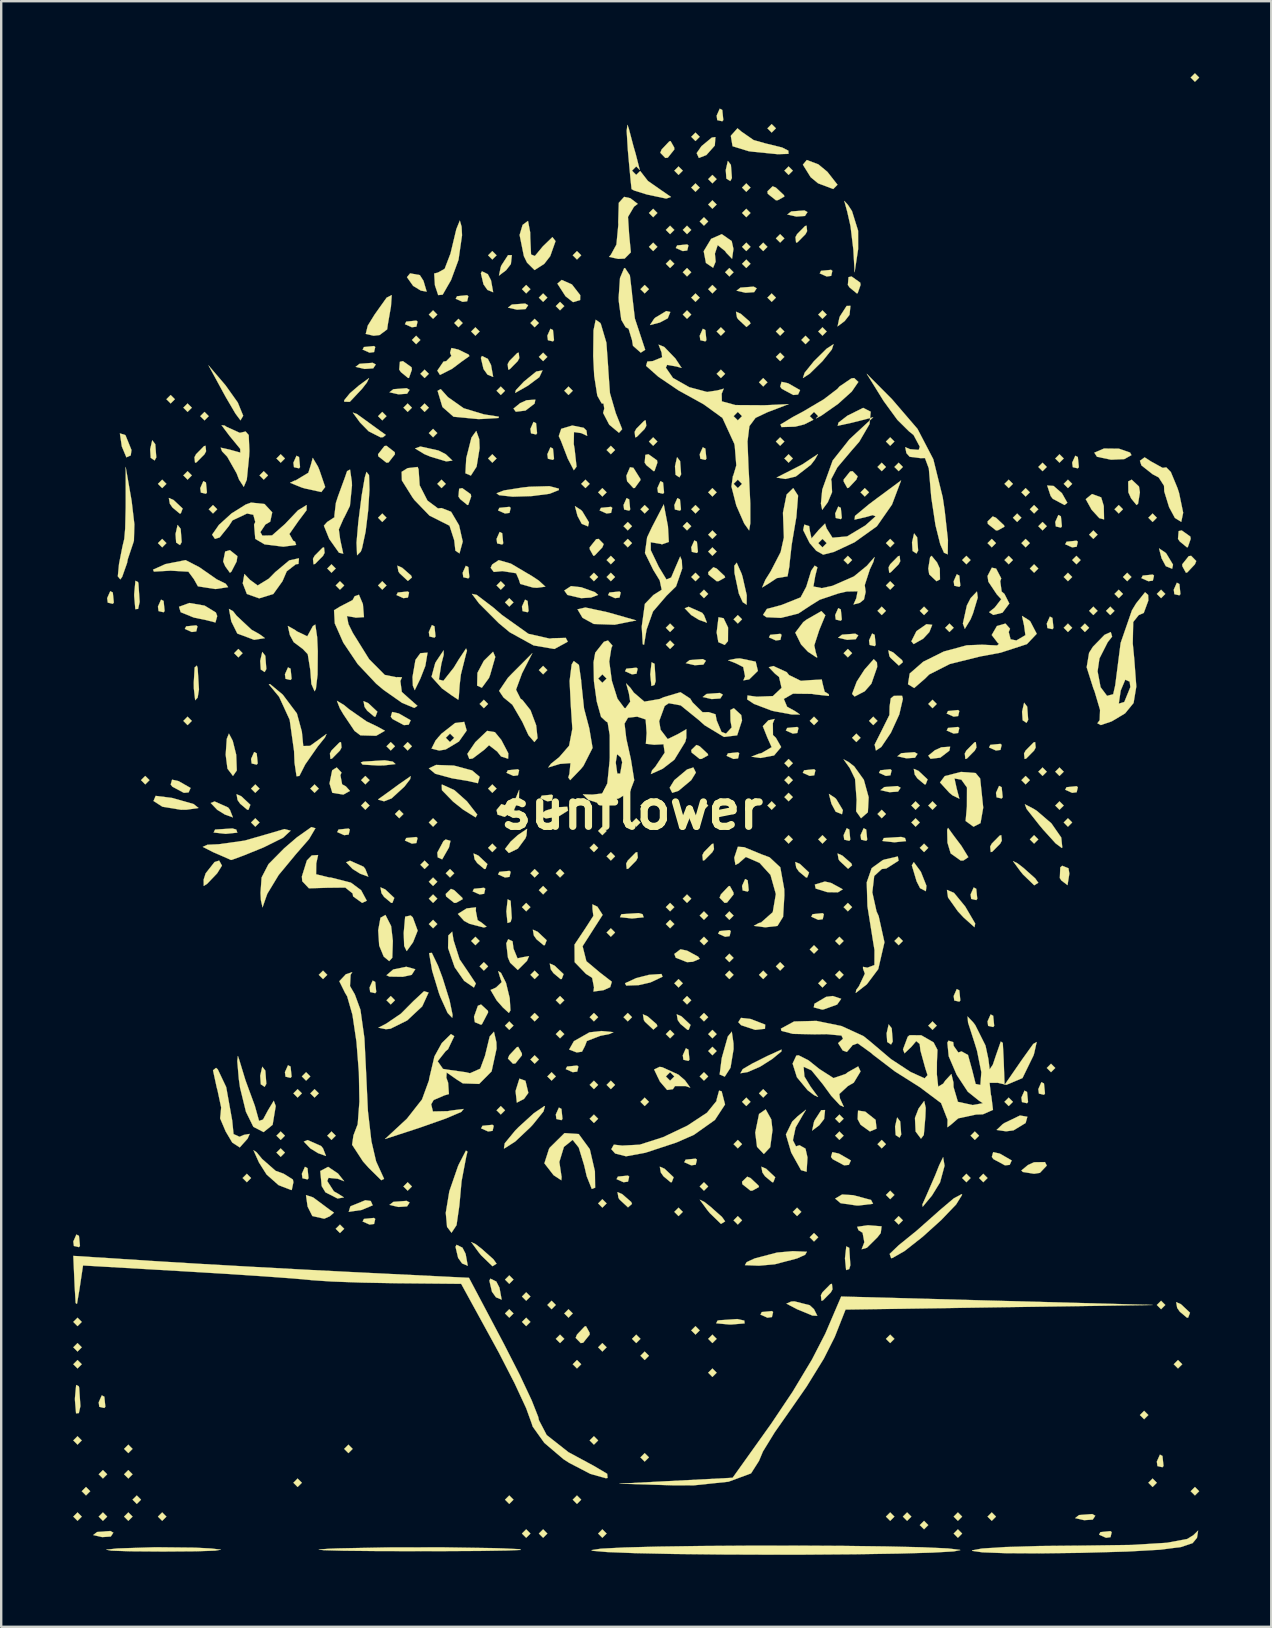
<source format=kicad_pcb>
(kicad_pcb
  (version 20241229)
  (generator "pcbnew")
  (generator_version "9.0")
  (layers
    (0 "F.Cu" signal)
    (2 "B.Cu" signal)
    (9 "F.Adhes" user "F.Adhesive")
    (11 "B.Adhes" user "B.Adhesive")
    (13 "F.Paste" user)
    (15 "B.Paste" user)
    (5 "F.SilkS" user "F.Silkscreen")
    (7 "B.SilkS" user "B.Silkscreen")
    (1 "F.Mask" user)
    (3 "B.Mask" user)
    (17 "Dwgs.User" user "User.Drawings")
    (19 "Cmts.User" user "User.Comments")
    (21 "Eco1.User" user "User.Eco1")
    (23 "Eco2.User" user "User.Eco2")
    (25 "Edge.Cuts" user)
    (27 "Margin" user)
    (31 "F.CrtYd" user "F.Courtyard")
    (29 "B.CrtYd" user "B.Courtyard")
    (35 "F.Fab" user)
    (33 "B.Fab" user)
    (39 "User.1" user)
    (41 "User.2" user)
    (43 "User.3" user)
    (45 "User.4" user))
  (footprint "sunflower"
    (layer "F.Cu")
    (at 23.288 30.697)
    (property "Reference" "sunflower" (at 0 0 0) (layer "F.SilkS") (effects (font (size 1.524 1.524) (thickness 0.3))))
    (attr through_hole)
    (fp_poly (pts (xy 10.052 -16.356) (xy 9.913 -16.227) (xy 9.922 -16.323) (xy 10.052 -16.356)) (stroke (width 0.01) (type solid)) (fill yes) (layer "F.SilkS"))
    (fp_poly (pts (xy 15.539 11.447) (xy 15.527 11.465) (xy 15.526 11.444) (xy 15.539 11.447)) (stroke (width 0.01) (type solid)) (fill yes) (layer "F.SilkS"))
    (fp_poly (pts (xy -22.931 21.343) (xy -23.107 21.519) (xy -23.283 21.343) (xy -23.107 21.167) (xy -22.931 21.343)) (stroke (width 0.01) (type solid)) (fill yes) (layer "F.SilkS"))
    (fp_poly (pts (xy -22.931 22.401) (xy -23.107 22.578) (xy -23.283 22.401) (xy -23.107 22.225) (xy -22.931 22.401)) (stroke (width 0.01) (type solid)) (fill yes) (layer "F.SilkS"))
    (fp_poly (pts (xy -22.931 23.107) (xy -23.107 23.283) (xy -23.283 23.107) (xy -23.107 22.931) (xy -22.931 23.107)) (stroke (width 0.01) (type solid)) (fill yes) (layer "F.SilkS"))
    (fp_poly (pts (xy -22.931 26.282) (xy -23.107 26.458) (xy -23.283 26.282) (xy -23.107 26.106) (xy -22.931 26.282)) (stroke (width 0.01) (type solid)) (fill yes) (layer "F.SilkS"))
    (fp_poly (pts (xy -22.931 29.457) (xy -23.107 29.633) (xy -23.283 29.457) (xy -23.107 29.281) (xy -22.931 29.457)) (stroke (width 0.01) (type solid)) (fill yes) (layer "F.SilkS"))
    (fp_poly (pts (xy -22.578 28.399) (xy -22.754 28.575) (xy -22.931 28.399) (xy -22.754 28.222) (xy -22.578 28.399)) (stroke (width 0.01) (type solid)) (fill yes) (layer "F.SilkS"))
    (fp_poly (pts (xy -21.872 27.693) (xy -22.049 27.869) (xy -22.225 27.693) (xy -22.049 27.517) (xy -21.872 27.693)) (stroke (width 0.01) (type solid)) (fill yes) (layer "F.SilkS"))
    (fp_poly (pts (xy -21.872 29.457) (xy -22.049 29.633) (xy -22.225 29.457) (xy -22.049 29.281) (xy -21.872 29.457)) (stroke (width 0.01) (type solid)) (fill yes) (layer "F.SilkS"))
    (fp_poly (pts (xy -20.814 26.635) (xy -20.99 26.811) (xy -21.167 26.635) (xy -20.99 26.458) (xy -20.814 26.635)) (stroke (width 0.01) (type solid)) (fill yes) (layer "F.SilkS"))
    (fp_poly (pts (xy -20.814 27.693) (xy -20.99 27.869) (xy -21.167 27.693) (xy -20.99 27.517) (xy -20.814 27.693)) (stroke (width 0.01) (type solid)) (fill yes) (layer "F.SilkS"))
    (fp_poly (pts (xy -20.814 29.457) (xy -20.99 29.633) (xy -21.167 29.457) (xy -20.99 29.281) (xy -20.814 29.457)) (stroke (width 0.01) (type solid)) (fill yes) (layer "F.SilkS"))
    (fp_poly (pts (xy -20.461 28.751) (xy -20.637 28.928) (xy -20.814 28.751) (xy -20.637 28.575) (xy -20.461 28.751)) (stroke (width 0.01) (type solid)) (fill yes) (layer "F.SilkS"))
    (fp_poly (pts (xy -20.108 -1.235) (xy -20.285 -1.058) (xy -20.461 -1.235) (xy -20.285 -1.411) (xy -20.108 -1.235)) (stroke (width 0.01) (type solid)) (fill yes) (layer "F.SilkS"))
    (fp_poly (pts (xy -19.403 -13.582) (xy -19.579 -13.406) (xy -19.756 -13.582) (xy -19.579 -13.758) (xy -19.403 -13.582)) (stroke (width 0.01) (type solid)) (fill yes) (layer "F.SilkS"))
    (fp_poly (pts (xy -19.403 -11.113) (xy -19.579 -10.936) (xy -19.756 -11.113) (xy -19.579 -11.289) (xy -19.403 -11.113)) (stroke (width 0.01) (type solid)) (fill yes) (layer "F.SilkS"))
    (fp_poly (pts (xy -19.403 29.457) (xy -19.579 29.633) (xy -19.756 29.457) (xy -19.579 29.281) (xy -19.403 29.457)) (stroke (width 0.01) (type solid)) (fill yes) (layer "F.SilkS"))
    (fp_poly (pts (xy -19.05 -17.11) (xy -19.226 -16.933) (xy -19.403 -17.11) (xy -19.226 -17.286) (xy -19.05 -17.11)) (stroke (width 0.01) (type solid)) (fill yes) (layer "F.SilkS"))
    (fp_poly (pts (xy -18.344 -16.757) (xy -18.521 -16.581) (xy -18.697 -16.757) (xy -18.521 -16.933) (xy -18.344 -16.757)) (stroke (width 0.01) (type solid)) (fill yes) (layer "F.SilkS"))
    (fp_poly (pts (xy -18.344 -13.935) (xy -18.521 -13.758) (xy -18.697 -13.935) (xy -18.521 -14.111) (xy -18.344 -13.935)) (stroke (width 0.01) (type solid)) (fill yes) (layer "F.SilkS"))
    (fp_poly (pts (xy -18.344 -3.704) (xy -18.521 -3.528) (xy -18.697 -3.704) (xy -18.521 -3.881) (xy -18.344 -3.704)) (stroke (width 0.01) (type solid)) (fill yes) (layer "F.SilkS"))
    (fp_poly (pts (xy -17.639 -16.404) (xy -17.815 -16.228) (xy -17.992 -16.404) (xy -17.815 -16.581) (xy -17.639 -16.404)) (stroke (width 0.01) (type solid)) (fill yes) (layer "F.SilkS"))
    (fp_poly (pts (xy -17.286 -12.524) (xy -17.462 -12.347) (xy -17.639 -12.524) (xy -17.462 -12.7) (xy -17.286 -12.524)) (stroke (width 0.01) (type solid)) (fill yes) (layer "F.SilkS"))
    (fp_poly (pts (xy -16.228 -6.526) (xy -16.404 -6.35) (xy -16.581 -6.526) (xy -16.404 -6.703) (xy -16.228 -6.526)) (stroke (width 0.01) (type solid)) (fill yes) (layer "F.SilkS"))
    (fp_poly (pts (xy -15.875 15.346) (xy -16.051 15.522) (xy -16.228 15.346) (xy -16.051 15.169) (xy -15.875 15.346)) (stroke (width 0.01) (type solid)) (fill yes) (layer "F.SilkS"))
    (fp_poly (pts (xy -15.522 -0.882) (xy -15.699 -0.706) (xy -15.875 -0.882) (xy -15.699 -1.058) (xy -15.522 -0.882)) (stroke (width 0.01) (type solid)) (fill yes) (layer "F.SilkS"))
    (fp_poly (pts (xy -15.522 0.529) (xy -15.699 0.706) (xy -15.875 0.529) (xy -15.699 0.353) (xy -15.522 0.529)) (stroke (width 0.01) (type solid)) (fill yes) (layer "F.SilkS"))
    (fp_poly (pts (xy -15.169 -13.935) (xy -15.346 -13.758) (xy -15.522 -13.935) (xy -15.346 -14.111) (xy -15.169 -13.935)) (stroke (width 0.01) (type solid)) (fill yes) (layer "F.SilkS"))
    (fp_poly (pts (xy -14.464 -14.64) (xy -14.64 -14.464) (xy -14.817 -14.64) (xy -14.64 -14.817) (xy -14.464 -14.64)) (stroke (width 0.01) (type solid)) (fill yes) (layer "F.SilkS"))
    (fp_poly (pts (xy -14.464 13.582) (xy -14.64 13.758) (xy -14.817 13.582) (xy -14.64 13.406) (xy -14.464 13.582)) (stroke (width 0.01) (type solid)) (fill yes) (layer "F.SilkS"))
    (fp_poly (pts (xy -14.464 14.287) (xy -14.64 14.464) (xy -14.817 14.287) (xy -14.64 14.111) (xy -14.464 14.287)) (stroke (width 0.01) (type solid)) (fill yes) (layer "F.SilkS"))
    (fp_poly (pts (xy -13.758 11.818) (xy -13.935 11.994) (xy -14.111 11.818) (xy -13.935 11.642) (xy -13.758 11.818)) (stroke (width 0.01) (type solid)) (fill yes) (layer "F.SilkS"))
    (fp_poly (pts (xy -13.758 28.046) (xy -13.935 28.222) (xy -14.111 28.046) (xy -13.935 27.869) (xy -13.758 28.046)) (stroke (width 0.01) (type solid)) (fill yes) (layer "F.SilkS"))
    (fp_poly (pts (xy -13.406 11.113) (xy -13.582 11.289) (xy -13.758 11.113) (xy -13.582 10.936) (xy -13.406 11.113)) (stroke (width 0.01) (type solid)) (fill yes) (layer "F.SilkS"))
    (fp_poly (pts (xy -13.053 -0.882) (xy -13.229 -0.706) (xy -13.406 -0.882) (xy -13.229 -1.058) (xy -13.053 -0.882)) (stroke (width 0.01) (type solid)) (fill yes) (layer "F.SilkS"))
    (fp_poly (pts (xy -13.053 11.818) (xy -13.229 11.994) (xy -13.406 11.818) (xy -13.229 11.642) (xy -13.053 11.818)) (stroke (width 0.01) (type solid)) (fill yes) (layer "F.SilkS"))
    (fp_poly (pts (xy -12.7 6.879) (xy -12.876 7.056) (xy -13.053 6.879) (xy -12.876 6.703) (xy -12.7 6.879)) (stroke (width 0.01) (type solid)) (fill yes) (layer "F.SilkS"))
    (fp_poly (pts (xy -12.347 -10.054) (xy -12.524 -9.878) (xy -12.7 -10.054) (xy -12.524 -10.231) (xy -12.347 -10.054)) (stroke (width 0.01) (type solid)) (fill yes) (layer "F.SilkS"))
    (fp_poly (pts (xy -12.347 13.582) (xy -12.524 13.758) (xy -12.7 13.582) (xy -12.524 13.406) (xy -12.347 13.582)) (stroke (width 0.01) (type solid)) (fill yes) (layer "F.SilkS"))
    (fp_poly (pts (xy -11.994 -9.349) (xy -12.171 -9.172) (xy -12.347 -9.349) (xy -12.171 -9.525) (xy -11.994 -9.349)) (stroke (width 0.01) (type solid)) (fill yes) (layer "F.SilkS"))
    (fp_poly (pts (xy -11.994 17.462) (xy -12.171 17.639) (xy -12.347 17.462) (xy -12.171 17.286) (xy -11.994 17.462)) (stroke (width 0.01) (type solid)) (fill yes) (layer "F.SilkS"))
    (fp_poly (pts (xy -11.642 26.635) (xy -11.818 26.811) (xy -11.994 26.635) (xy -11.818 26.458) (xy -11.642 26.635)) (stroke (width 0.01) (type solid)) (fill yes) (layer "F.SilkS"))
    (fp_poly (pts (xy -10.936 -1.235) (xy -11.113 -1.058) (xy -11.289 -1.235) (xy -11.113 -1.411) (xy -10.936 -1.235)) (stroke (width 0.01) (type solid)) (fill yes) (layer "F.SilkS"))
    (fp_poly (pts (xy -10.936 -0.176) (xy -11.113 0) (xy -11.289 -0.176) (xy -11.113 -0.353) (xy -10.936 -0.176)) (stroke (width 0.01) (type solid)) (fill yes) (layer "F.SilkS"))
    (fp_poly (pts (xy -10.231 -16.404) (xy -10.407 -16.228) (xy -10.583 -16.404) (xy -10.407 -16.581) (xy -10.231 -16.404)) (stroke (width 0.01) (type solid)) (fill yes) (layer "F.SilkS"))
    (fp_poly (pts (xy -10.231 -12.171) (xy -10.407 -11.994) (xy -10.583 -12.171) (xy -10.407 -12.347) (xy -10.231 -12.171)) (stroke (width 0.01) (type solid)) (fill yes) (layer "F.SilkS"))
    (fp_poly (pts (xy -10.231 -9.349) (xy -10.407 -9.172) (xy -10.583 -9.349) (xy -10.407 -9.525) (xy -10.231 -9.349)) (stroke (width 0.01) (type solid)) (fill yes) (layer "F.SilkS"))
    (fp_poly (pts (xy -9.878 -2.646) (xy -10.054 -2.469) (xy -10.231 -2.646) (xy -10.054 -2.822) (xy -9.878 -2.646)) (stroke (width 0.01) (type solid)) (fill yes) (layer "F.SilkS"))
    (fp_poly (pts (xy -9.878 7.938) (xy -10.054 8.114) (xy -10.231 7.938) (xy -10.054 7.761) (xy -9.878 7.938)) (stroke (width 0.01) (type solid)) (fill yes) (layer "F.SilkS"))
    (fp_poly (pts (xy -9.525 0.176) (xy -9.701 0.353) (xy -9.878 0.176) (xy -9.701 0) (xy -9.525 0.176)) (stroke (width 0.01) (type solid)) (fill yes) (layer "F.SilkS"))
    (fp_poly (pts (xy -9.172 -16.757) (xy -9.349 -16.581) (xy -9.525 -16.757) (xy -9.349 -16.933) (xy -9.172 -16.757)) (stroke (width 0.01) (type solid)) (fill yes) (layer "F.SilkS"))
    (fp_poly (pts (xy -9.172 -2.646) (xy -9.349 -2.469) (xy -9.525 -2.646) (xy -9.349 -2.822) (xy -9.172 -2.646)) (stroke (width 0.01) (type solid)) (fill yes) (layer "F.SilkS"))
    (fp_poly (pts (xy -9.172 15.699) (xy -9.349 15.875) (xy -9.525 15.699) (xy -9.349 15.522) (xy -9.172 15.699)) (stroke (width 0.01) (type solid)) (fill yes) (layer "F.SilkS"))
    (fp_poly (pts (xy -8.819 -19.579) (xy -8.996 -19.403) (xy -9.172 -19.579) (xy -8.996 -19.756) (xy -8.819 -19.579)) (stroke (width 0.01) (type solid)) (fill yes) (layer "F.SilkS"))
    (fp_poly (pts (xy -8.467 -18.168) (xy -8.643 -17.992) (xy -8.819 -18.168) (xy -8.643 -18.344) (xy -8.467 -18.168)) (stroke (width 0.01) (type solid)) (fill yes) (layer "F.SilkS"))
    (fp_poly (pts (xy -8.467 -16.757) (xy -8.643 -16.581) (xy -8.819 -16.757) (xy -8.643 -16.933) (xy -8.467 -16.757)) (stroke (width 0.01) (type solid)) (fill yes) (layer "F.SilkS"))
    (fp_poly (pts (xy -8.467 2.293) (xy -8.643 2.469) (xy -8.819 2.293) (xy -8.643 2.117) (xy -8.467 2.293)) (stroke (width 0.01) (type solid)) (fill yes) (layer "F.SilkS"))
    (fp_poly (pts (xy -8.114 -20.637) (xy -8.29 -20.461) (xy -8.467 -20.637) (xy -8.29 -20.814) (xy -8.114 -20.637)) (stroke (width 0.01) (type solid)) (fill yes) (layer "F.SilkS"))
    (fp_poly (pts (xy -8.114 -15.699) (xy -8.29 -15.522) (xy -8.467 -15.699) (xy -8.29 -15.875) (xy -8.114 -15.699)) (stroke (width 0.01) (type solid)) (fill yes) (layer "F.SilkS"))
    (fp_poly (pts (xy -8.114 0.529) (xy -8.29 0.706) (xy -8.467 0.529) (xy -8.29 0.353) (xy -8.114 0.529)) (stroke (width 0.01) (type solid)) (fill yes) (layer "F.SilkS"))
    (fp_poly (pts (xy -8.114 2.999) (xy -8.29 3.175) (xy -8.467 2.999) (xy -8.29 2.822) (xy -8.114 2.999)) (stroke (width 0.01) (type solid)) (fill yes) (layer "F.SilkS"))
    (fp_poly (pts (xy -8.114 3.704) (xy -8.29 3.881) (xy -8.467 3.704) (xy -8.29 3.528) (xy -8.114 3.704)) (stroke (width 0.01) (type solid)) (fill yes) (layer "F.SilkS"))
    (fp_poly (pts (xy -8.114 4.763) (xy -8.29 4.939) (xy -8.467 4.763) (xy -8.29 4.586) (xy -8.114 4.763)) (stroke (width 0.01) (type solid)) (fill yes) (layer "F.SilkS"))
    (fp_poly (pts (xy -7.761 -13.582) (xy -7.938 -13.406) (xy -8.114 -13.582) (xy -7.938 -13.758) (xy -7.761 -13.582)) (stroke (width 0.01) (type solid)) (fill yes) (layer "F.SilkS"))
    (fp_poly (pts (xy -7.408 2.646) (xy -7.585 2.822) (xy -7.761 2.646) (xy -7.585 2.469) (xy -7.408 2.646)) (stroke (width 0.01) (type solid)) (fill yes) (layer "F.SilkS"))
    (fp_poly (pts (xy -7.056 -20.285) (xy -7.232 -20.108) (xy -7.408 -20.285) (xy -7.232 -20.461) (xy -7.056 -20.285)) (stroke (width 0.01) (type solid)) (fill yes) (layer "F.SilkS"))
    (fp_poly (pts (xy -6.35 -19.932) (xy -6.526 -19.756) (xy -6.703 -19.932) (xy -6.526 -20.108) (xy -6.35 -19.932)) (stroke (width 0.01) (type solid)) (fill yes) (layer "F.SilkS"))
    (fp_poly (pts (xy -6.35 5.468) (xy -6.526 5.644) (xy -6.703 5.468) (xy -6.526 5.292) (xy -6.35 5.468)) (stroke (width 0.01) (type solid)) (fill yes) (layer "F.SilkS"))
    (fp_poly (pts (xy -5.997 -4.41) (xy -6.174 -4.233) (xy -6.35 -4.41) (xy -6.174 -4.586) (xy -5.997 -4.41)) (stroke (width 0.01) (type solid)) (fill yes) (layer "F.SilkS"))
    (fp_poly (pts (xy -5.997 6.526) (xy -6.174 6.703) (xy -6.35 6.526) (xy -6.174 6.35) (xy -5.997 6.526)) (stroke (width 0.01) (type solid)) (fill yes) (layer "F.SilkS"))
    (fp_poly (pts (xy -5.644 -23.107) (xy -5.821 -22.931) (xy -5.997 -23.107) (xy -5.821 -23.283) (xy -5.644 -23.107)) (stroke (width 0.01) (type solid)) (fill yes) (layer "F.SilkS"))
    (fp_poly (pts (xy -5.644 -14.64) (xy -5.821 -14.464) (xy -5.997 -14.64) (xy -5.821 -14.817) (xy -5.644 -14.64)) (stroke (width 0.01) (type solid)) (fill yes) (layer "F.SilkS"))
    (fp_poly (pts (xy -5.644 -0.882) (xy -5.821 -0.706) (xy -5.997 -0.882) (xy -5.821 -1.058) (xy -5.644 -0.882)) (stroke (width 0.01) (type solid)) (fill yes) (layer "F.SilkS"))
    (fp_poly (pts (xy -5.644 1.587) (xy -5.821 1.764) (xy -5.997 1.587) (xy -5.821 1.411) (xy -5.644 1.587)) (stroke (width 0.01) (type solid)) (fill yes) (layer "F.SilkS"))
    (fp_poly (pts (xy -5.292 -17.462) (xy -5.468 -17.286) (xy -5.644 -17.462) (xy -5.468 -17.639) (xy -5.292 -17.462)) (stroke (width 0.01) (type solid)) (fill yes) (layer "F.SilkS"))
    (fp_poly (pts (xy -5.292 -9.349) (xy -5.468 -9.172) (xy -5.644 -9.349) (xy -5.468 -9.525) (xy -5.292 -9.349)) (stroke (width 0.01) (type solid)) (fill yes) (layer "F.SilkS"))
    (fp_poly (pts (xy -5.292 12.524) (xy -5.468 12.7) (xy -5.644 12.524) (xy -5.468 12.347) (xy -5.292 12.524)) (stroke (width 0.01) (type solid)) (fill yes) (layer "F.SilkS"))
    (fp_poly (pts (xy -4.939 -8.643) (xy -5.115 -8.467) (xy -5.292 -8.643) (xy -5.115 -8.819) (xy -4.939 -8.643)) (stroke (width 0.01) (type solid)) (fill yes) (layer "F.SilkS"))
    (fp_poly (pts (xy -4.939 8.996) (xy -5.115 9.172) (xy -5.292 8.996) (xy -5.115 8.819) (xy -4.939 8.996)) (stroke (width 0.01) (type solid)) (fill yes) (layer "F.SilkS"))
    (fp_poly (pts (xy -4.939 19.579) (xy -5.115 19.756) (xy -5.292 19.579) (xy -5.115 19.403) (xy -4.939 19.579)) (stroke (width 0.01) (type solid)) (fill yes) (layer "F.SilkS"))
    (fp_poly (pts (xy -4.939 20.99) (xy -5.115 21.167) (xy -5.292 20.99) (xy -5.115 20.814) (xy -4.939 20.99)) (stroke (width 0.01) (type solid)) (fill yes) (layer "F.SilkS"))
    (fp_poly (pts (xy -4.939 28.751) (xy -5.115 28.928) (xy -5.292 28.751) (xy -5.115 28.575) (xy -4.939 28.751)) (stroke (width 0.01) (type solid)) (fill yes) (layer "F.SilkS"))
    (fp_poly (pts (xy -4.233 -21.696) (xy -4.41 -21.519) (xy -4.586 -21.696) (xy -4.41 -21.872) (xy -4.233 -21.696)) (stroke (width 0.01) (type solid)) (fill yes) (layer "F.SilkS"))
    (fp_poly (pts (xy -4.233 4.057) (xy -4.41 4.233) (xy -4.586 4.057) (xy -4.41 3.881) (xy -4.233 4.057)) (stroke (width 0.01) (type solid)) (fill yes) (layer "F.SilkS"))
    (fp_poly (pts (xy -4.233 20.285) (xy -4.41 20.461) (xy -4.586 20.285) (xy -4.41 20.108) (xy -4.233 20.285)) (stroke (width 0.01) (type solid)) (fill yes) (layer "F.SilkS"))
    (fp_poly (pts (xy -4.233 21.343) (xy -4.41 21.519) (xy -4.586 21.343) (xy -4.41 21.167) (xy -4.233 21.343)) (stroke (width 0.01) (type solid)) (fill yes) (layer "F.SilkS"))
    (fp_poly (pts (xy -4.233 30.163) (xy -4.41 30.339) (xy -4.586 30.163) (xy -4.41 29.986) (xy -4.233 30.163)) (stroke (width 0.01) (type solid)) (fill yes) (layer "F.SilkS"))
    (fp_poly (pts (xy -3.881 -20.285) (xy -4.057 -20.108) (xy -4.233 -20.285) (xy -4.057 -20.461) (xy -3.881 -20.285)) (stroke (width 0.01) (type solid)) (fill yes) (layer "F.SilkS"))
    (fp_poly (pts (xy -3.881 2.646) (xy -4.057 2.822) (xy -4.233 2.646) (xy -4.057 2.469) (xy -3.881 2.646)) (stroke (width 0.01) (type solid)) (fill yes) (layer "F.SilkS"))
    (fp_poly (pts (xy -3.881 6.879) (xy -4.057 7.056) (xy -4.233 6.879) (xy -4.057 6.703) (xy -3.881 6.879)) (stroke (width 0.01) (type solid)) (fill yes) (layer "F.SilkS"))
    (fp_poly (pts (xy -3.881 8.643) (xy -4.057 8.819) (xy -4.233 8.643) (xy -4.057 8.467) (xy -3.881 8.643)) (stroke (width 0.01) (type solid)) (fill yes) (layer "F.SilkS"))
    (fp_poly (pts (xy -3.881 10.407) (xy -4.057 10.583) (xy -4.233 10.407) (xy -4.057 10.231) (xy -3.881 10.407)) (stroke (width 0.01) (type solid)) (fill yes) (layer "F.SilkS"))
    (fp_poly (pts (xy -3.528 -21.343) (xy -3.704 -21.167) (xy -3.881 -21.343) (xy -3.704 -21.519) (xy -3.528 -21.343)) (stroke (width 0.01) (type solid)) (fill yes) (layer "F.SilkS"))
    (fp_poly (pts (xy -3.528 -18.874) (xy -3.704 -18.697) (xy -3.881 -18.874) (xy -3.704 -19.05) (xy -3.528 -18.874)) (stroke (width 0.01) (type solid)) (fill yes) (layer "F.SilkS"))
    (fp_poly (pts (xy -3.528 -5.821) (xy -3.704 -5.644) (xy -3.881 -5.821) (xy -3.704 -5.997) (xy -3.528 -5.821)) (stroke (width 0.01) (type solid)) (fill yes) (layer "F.SilkS"))
    (fp_poly (pts (xy -3.528 3.351) (xy -3.704 3.528) (xy -3.881 3.351) (xy -3.704 3.175) (xy -3.528 3.351)) (stroke (width 0.01) (type solid)) (fill yes) (layer "F.SilkS"))
    (fp_poly (pts (xy -3.528 30.163) (xy -3.704 30.339) (xy -3.881 30.163) (xy -3.704 29.986) (xy -3.528 30.163)) (stroke (width 0.01) (type solid)) (fill yes) (layer "F.SilkS"))
    (fp_poly (pts (xy -3.175 11.113) (xy -3.351 11.289) (xy -3.528 11.113) (xy -3.351 10.936) (xy -3.175 11.113)) (stroke (width 0.01) (type solid)) (fill yes) (layer "F.SilkS"))
    (fp_poly (pts (xy -3.175 20.637) (xy -3.351 20.814) (xy -3.528 20.637) (xy -3.351 20.461) (xy -3.175 20.637)) (stroke (width 0.01) (type solid)) (fill yes) (layer "F.SilkS"))
    (fp_poly (pts (xy -2.822 -20.99) (xy -2.999 -20.814) (xy -3.175 -20.99) (xy -2.999 -21.167) (xy -2.822 -20.99)) (stroke (width 0.01) (type solid)) (fill yes) (layer "F.SilkS"))
    (fp_poly (pts (xy -2.822 2.646) (xy -2.999 2.822) (xy -3.175 2.646) (xy -2.999 2.469) (xy -2.822 2.646)) (stroke (width 0.01) (type solid)) (fill yes) (layer "F.SilkS"))
    (fp_poly (pts (xy -2.822 7.938) (xy -2.999 8.114) (xy -3.175 7.938) (xy -2.999 7.761) (xy -2.822 7.938)) (stroke (width 0.01) (type solid)) (fill yes) (layer "F.SilkS"))
    (fp_poly (pts (xy -2.822 9.349) (xy -2.999 9.525) (xy -3.175 9.349) (xy -2.999 9.172) (xy -2.822 9.349)) (stroke (width 0.01) (type solid)) (fill yes) (layer "F.SilkS"))
    (fp_poly (pts (xy -2.822 22.049) (xy -2.999 22.225) (xy -3.175 22.049) (xy -2.999 21.872) (xy -2.822 22.049)) (stroke (width 0.01) (type solid)) (fill yes) (layer "F.SilkS"))
    (fp_poly (pts (xy -2.469 -17.462) (xy -2.646 -17.286) (xy -2.822 -17.462) (xy -2.646 -17.639) (xy -2.469 -17.462)) (stroke (width 0.01) (type solid)) (fill yes) (layer "F.SilkS"))
    (fp_poly (pts (xy -2.469 20.99) (xy -2.646 21.167) (xy -2.822 20.99) (xy -2.646 20.814) (xy -2.469 20.99)) (stroke (width 0.01) (type solid)) (fill yes) (layer "F.SilkS"))
    (fp_poly (pts (xy -2.117 -23.107) (xy -2.293 -22.931) (xy -2.469 -23.107) (xy -2.293 -23.283) (xy -2.117 -23.107)) (stroke (width 0.01) (type solid)) (fill yes) (layer "F.SilkS"))
    (fp_poly (pts (xy -2.117 23.107) (xy -2.293 23.283) (xy -2.469 23.107) (xy -2.293 22.931) (xy -2.117 23.107)) (stroke (width 0.01) (type solid)) (fill yes) (layer "F.SilkS"))
    (fp_poly (pts (xy -2.117 28.751) (xy -2.293 28.928) (xy -2.469 28.751) (xy -2.293 28.575) (xy -2.117 28.751)) (stroke (width 0.01) (type solid)) (fill yes) (layer "F.SilkS"))
    (fp_poly (pts (xy -1.764 -13.582) (xy -1.94 -13.406) (xy -2.117 -13.582) (xy -1.94 -13.758) (xy -1.764 -13.582)) (stroke (width 0.01) (type solid)) (fill yes) (layer "F.SilkS"))
    (fp_poly (pts (xy -1.411 -9.701) (xy -1.587 -9.525) (xy -1.764 -9.701) (xy -1.587 -9.878) (xy -1.411 -9.701)) (stroke (width 0.01) (type solid)) (fill yes) (layer "F.SilkS"))
    (fp_poly (pts (xy -1.411 1.587) (xy -1.587 1.764) (xy -1.764 1.587) (xy -1.587 1.411) (xy -1.411 1.587)) (stroke (width 0.01) (type solid)) (fill yes) (layer "F.SilkS"))
    (fp_poly (pts (xy -1.411 8.643) (xy -1.587 8.819) (xy -1.764 8.643) (xy -1.587 8.467) (xy -1.411 8.643)) (stroke (width 0.01) (type solid)) (fill yes) (layer "F.SilkS"))
    (fp_poly (pts (xy -1.411 11.465) (xy -1.587 11.642) (xy -1.764 11.465) (xy -1.587 11.289) (xy -1.411 11.465)) (stroke (width 0.01) (type solid)) (fill yes) (layer "F.SilkS"))
    (fp_poly (pts (xy -1.411 12.876) (xy -1.587 13.053) (xy -1.764 12.876) (xy -1.587 12.7) (xy -1.411 12.876)) (stroke (width 0.01) (type solid)) (fill yes) (layer "F.SilkS"))
    (fp_poly (pts (xy -1.411 26.282) (xy -1.587 26.458) (xy -1.764 26.282) (xy -1.587 26.106) (xy -1.411 26.282)) (stroke (width 0.01) (type solid)) (fill yes) (layer "F.SilkS"))
    (fp_poly (pts (xy -1.058 -13.229) (xy -1.235 -13.053) (xy -1.411 -13.229) (xy -1.235 -13.406) (xy -1.058 -13.229)) (stroke (width 0.01) (type solid)) (fill yes) (layer "F.SilkS"))
    (fp_poly (pts (xy -1.058 0.882) (xy -1.235 1.058) (xy -1.411 0.882) (xy -1.235 0.706) (xy -1.058 0.882)) (stroke (width 0.01) (type solid)) (fill yes) (layer "F.SilkS"))
    (fp_poly (pts (xy -1.058 16.404) (xy -1.235 16.581) (xy -1.411 16.404) (xy -1.235 16.228) (xy -1.058 16.404)) (stroke (width 0.01) (type solid)) (fill yes) (layer "F.SilkS"))
    (fp_poly (pts (xy -1.058 22.401) (xy -1.235 22.578) (xy -1.411 22.401) (xy -1.235 22.225) (xy -1.058 22.401)) (stroke (width 0.01) (type solid)) (fill yes) (layer "F.SilkS"))
    (fp_poly (pts (xy -1.058 30.163) (xy -1.235 30.339) (xy -1.411 30.163) (xy -1.235 29.986) (xy -1.058 30.163)) (stroke (width 0.01) (type solid)) (fill yes) (layer "F.SilkS"))
    (fp_poly (pts (xy -0.706 -14.993) (xy -0.882 -14.817) (xy -1.058 -14.993) (xy -0.882 -15.169) (xy -0.706 -14.993)) (stroke (width 0.01) (type solid)) (fill yes) (layer "F.SilkS"))
    (fp_poly (pts (xy -0.706 -10.407) (xy -0.882 -10.231) (xy -1.058 -10.407) (xy -0.882 -10.583) (xy -0.706 -10.407)) (stroke (width 0.01) (type solid)) (fill yes) (layer "F.SilkS"))
    (fp_poly (pts (xy -0.706 -9.701) (xy -0.882 -9.525) (xy -1.058 -9.701) (xy -0.882 -9.878) (xy -0.706 -9.701)) (stroke (width 0.01) (type solid)) (fill yes) (layer "F.SilkS"))
    (fp_poly (pts (xy -0.706 1.94) (xy -0.882 2.117) (xy -1.058 1.94) (xy -0.882 1.764) (xy -0.706 1.94)) (stroke (width 0.01) (type solid)) (fill yes) (layer "F.SilkS"))
    (fp_poly (pts (xy -0.706 5.115) (xy -0.882 5.292) (xy -1.058 5.115) (xy -0.882 4.939) (xy -0.706 5.115)) (stroke (width 0.01) (type solid)) (fill yes) (layer "F.SilkS"))
    (fp_poly (pts (xy -0.706 11.465) (xy -0.882 11.642) (xy -1.058 11.465) (xy -0.882 11.289) (xy -0.706 11.465)) (stroke (width 0.01) (type solid)) (fill yes) (layer "F.SilkS"))
    (fp_poly (pts (xy 0 -11.818) (xy -0.176 -11.642) (xy -0.353 -11.818) (xy -0.176 -11.994) (xy 0 -11.818)) (stroke (width 0.01) (type solid)) (fill yes) (layer "F.SilkS"))
    (fp_poly (pts (xy 0 -11.113) (xy -0.176 -10.936) (xy -0.353 -11.113) (xy -0.176 -11.289) (xy 0 -11.113)) (stroke (width 0.01) (type solid)) (fill yes) (layer "F.SilkS"))
    (fp_poly (pts (xy 0 8.643) (xy -0.176 8.819) (xy -0.353 8.643) (xy -0.176 8.467) (xy 0 8.643)) (stroke (width 0.01) (type solid)) (fill yes) (layer "F.SilkS"))
    (fp_poly (pts (xy 0.353 0.529) (xy 0.176 0.706) (xy 0 0.529) (xy 0.176 0.353) (xy 0.353 0.529)) (stroke (width 0.01) (type solid)) (fill yes) (layer "F.SilkS"))
    (fp_poly (pts (xy 0.353 22.049) (xy 0.176 22.225) (xy 0 22.049) (xy 0.176 21.872) (xy 0.353 22.049)) (stroke (width 0.01) (type solid)) (fill yes) (layer "F.SilkS"))
    (fp_poly (pts (xy 0.706 -21.696) (xy 0.529 -21.519) (xy 0.353 -21.696) (xy 0.529 -21.872) (xy 0.706 -21.696)) (stroke (width 0.01) (type solid)) (fill yes) (layer "F.SilkS"))
    (fp_poly (pts (xy 0.706 -12.524) (xy 0.529 -12.347) (xy 0.353 -12.524) (xy 0.529 -12.7) (xy 0.706 -12.524)) (stroke (width 0.01) (type solid)) (fill yes) (layer "F.SilkS"))
    (fp_poly (pts (xy 0.706 -0.176) (xy 0.529 0) (xy 0.353 -0.176) (xy 0.529 -0.353) (xy 0.706 -0.176)) (stroke (width 0.01) (type solid)) (fill yes) (layer "F.SilkS"))
    (fp_poly (pts (xy 0.706 12.171) (xy 0.529 12.347) (xy 0.353 12.171) (xy 0.529 11.994) (xy 0.706 12.171)) (stroke (width 0.01) (type solid)) (fill yes) (layer "F.SilkS"))
    (fp_poly (pts (xy 0.706 22.754) (xy 0.529 22.931) (xy 0.353 22.754) (xy 0.529 22.578) (xy 0.706 22.754)) (stroke (width 0.01) (type solid)) (fill yes) (layer "F.SilkS"))
    (fp_poly (pts (xy 0.706 26.988) (xy 0.529 27.164) (xy 0.353 26.988) (xy 0.529 26.811) (xy 0.706 26.988)) (stroke (width 0.01) (type solid)) (fill yes) (layer "F.SilkS"))
    (fp_poly (pts (xy 1.058 -24.871) (xy 0.882 -24.694) (xy 0.706 -24.871) (xy 0.882 -25.047) (xy 1.058 -24.871)) (stroke (width 0.01) (type solid)) (fill yes) (layer "F.SilkS"))
    (fp_poly (pts (xy 1.058 -23.46) (xy 0.882 -23.283) (xy 0.706 -23.46) (xy 0.882 -23.636) (xy 1.058 -23.46)) (stroke (width 0.01) (type solid)) (fill yes) (layer "F.SilkS"))
    (fp_poly (pts (xy 1.058 -15.346) (xy 0.882 -15.169) (xy 0.706 -15.346) (xy 0.882 -15.522) (xy 1.058 -15.346)) (stroke (width 0.01) (type solid)) (fill yes) (layer "F.SilkS"))
    (fp_poly (pts (xy 1.764 -24.165) (xy 1.587 -23.989) (xy 1.411 -24.165) (xy 1.587 -24.342) (xy 1.764 -24.165)) (stroke (width 0.01) (type solid)) (fill yes) (layer "F.SilkS"))
    (fp_poly (pts (xy 1.764 -22.754) (xy 1.587 -22.578) (xy 1.411 -22.754) (xy 1.587 -22.931) (xy 1.764 -22.754)) (stroke (width 0.01) (type solid)) (fill yes) (layer "F.SilkS"))
    (fp_poly (pts (xy 1.764 -7.585) (xy 1.587 -7.408) (xy 1.411 -7.585) (xy 1.587 -7.761) (xy 1.764 -7.585)) (stroke (width 0.01) (type solid)) (fill yes) (layer "F.SilkS"))
    (fp_poly (pts (xy 1.764 -6.879) (xy 1.587 -6.703) (xy 1.411 -6.879) (xy 1.587 -7.056) (xy 1.764 -6.879)) (stroke (width 0.01) (type solid)) (fill yes) (layer "F.SilkS"))
    (fp_poly (pts (xy 1.764 4.057) (xy 1.587 4.233) (xy 1.411 4.057) (xy 1.587 3.881) (xy 1.764 4.057)) (stroke (width 0.01) (type solid)) (fill yes) (layer "F.SilkS"))
    (fp_poly (pts (xy 1.764 4.763) (xy 1.587 4.939) (xy 1.411 4.763) (xy 1.587 4.586) (xy 1.764 4.763)) (stroke (width 0.01) (type solid)) (fill yes) (layer "F.SilkS"))
    (fp_poly (pts (xy 1.764 9.349) (xy 1.587 9.525) (xy 1.411 9.349) (xy 1.587 9.172) (xy 1.764 9.349)) (stroke (width 0.01) (type solid)) (fill yes) (layer "F.SilkS"))
    (fp_poly (pts (xy 2.117 -26.635) (xy 1.94 -26.458) (xy 1.764 -26.635) (xy 1.94 -26.811) (xy 2.117 -26.635)) (stroke (width 0.01) (type solid)) (fill yes) (layer "F.SilkS"))
    (fp_poly (pts (xy 2.117 7.232) (xy 1.94 7.408) (xy 1.764 7.232) (xy 1.94 7.056) (xy 2.117 7.232)) (stroke (width 0.01) (type solid)) (fill yes) (layer "F.SilkS"))
    (fp_poly (pts (xy 2.117 16.757) (xy 1.94 16.933) (xy 1.764 16.757) (xy 1.94 16.581) (xy 2.117 16.757)) (stroke (width 0.01) (type solid)) (fill yes) (layer "F.SilkS"))
    (fp_poly (pts (xy 2.469 -24.165) (xy 2.293 -23.989) (xy 2.117 -24.165) (xy 2.293 -24.342) (xy 2.469 -24.165)) (stroke (width 0.01) (type solid)) (fill yes) (layer "F.SilkS"))
    (fp_poly (pts (xy 2.469 -22.401) (xy 2.293 -22.225) (xy 2.117 -22.401) (xy 2.293 -22.578) (xy 2.469 -22.401)) (stroke (width 0.01) (type solid)) (fill yes) (layer "F.SilkS"))
    (fp_poly (pts (xy 2.469 -20.637) (xy 2.293 -20.461) (xy 2.117 -20.637) (xy 2.293 -20.814) (xy 2.469 -20.637)) (stroke (width 0.01) (type solid)) (fill yes) (layer "F.SilkS"))
    (fp_poly (pts (xy 2.469 -11.818) (xy 2.293 -11.642) (xy 2.117 -11.818) (xy 2.293 -11.994) (xy 2.469 -11.818)) (stroke (width 0.01) (type solid)) (fill yes) (layer "F.SilkS"))
    (fp_poly (pts (xy 2.469 3.704) (xy 2.293 3.881) (xy 2.117 3.704) (xy 2.293 3.528) (xy 2.469 3.704)) (stroke (width 0.01) (type solid)) (fill yes) (layer "F.SilkS"))
    (fp_poly (pts (xy 2.469 7.938) (xy 2.293 8.114) (xy 2.117 7.938) (xy 2.293 7.761) (xy 2.469 7.938)) (stroke (width 0.01) (type solid)) (fill yes) (layer "F.SilkS"))
    (fp_poly (pts (xy 2.822 -28.046) (xy 2.646 -27.869) (xy 2.469 -28.046) (xy 2.646 -28.222) (xy 2.822 -28.046)) (stroke (width 0.01) (type solid)) (fill yes) (layer "F.SilkS"))
    (fp_poly (pts (xy 2.822 -25.929) (xy 2.646 -25.753) (xy 2.469 -25.929) (xy 2.646 -26.106) (xy 2.822 -25.929)) (stroke (width 0.01) (type solid)) (fill yes) (layer "F.SilkS"))
    (fp_poly (pts (xy 2.822 -21.343) (xy 2.646 -21.167) (xy 2.469 -21.343) (xy 2.646 -21.519) (xy 2.822 -21.343)) (stroke (width 0.01) (type solid)) (fill yes) (layer "F.SilkS"))
    (fp_poly (pts (xy 2.822 -12.524) (xy 2.646 -12.347) (xy 2.469 -12.524) (xy 2.646 -12.7) (xy 2.822 -12.524)) (stroke (width 0.01) (type solid)) (fill yes) (layer "F.SilkS"))
    (fp_poly (pts (xy 2.822 -9.701) (xy 2.646 -9.525) (xy 2.469 -9.701) (xy 2.646 -9.878) (xy 2.822 -9.701)) (stroke (width 0.01) (type solid)) (fill yes) (layer "F.SilkS"))
    (fp_poly (pts (xy 2.822 21.696) (xy 2.646 21.872) (xy 2.469 21.696) (xy 2.646 21.519) (xy 2.822 21.696)) (stroke (width 0.01) (type solid)) (fill yes) (layer "F.SilkS"))
    (fp_poly (pts (xy 3.175 -24.518) (xy 2.999 -24.342) (xy 2.822 -24.518) (xy 2.999 -24.694) (xy 3.175 -24.518)) (stroke (width 0.01) (type solid)) (fill yes) (layer "F.SilkS"))
    (fp_poly (pts (xy 3.175 -8.996) (xy 2.999 -8.819) (xy 2.822 -8.996) (xy 2.999 -9.172) (xy 3.175 -8.996)) (stroke (width 0.01) (type solid)) (fill yes) (layer "F.SilkS"))
    (fp_poly (pts (xy 3.175 -0.176) (xy 2.999 0) (xy 2.822 -0.176) (xy 2.999 -0.353) (xy 3.175 -0.176)) (stroke (width 0.01) (type solid)) (fill yes) (layer "F.SilkS"))
    (fp_poly (pts (xy 3.175 4.41) (xy 2.999 4.586) (xy 2.822 4.41) (xy 2.999 4.233) (xy 3.175 4.41)) (stroke (width 0.01) (type solid)) (fill yes) (layer "F.SilkS"))
    (fp_poly (pts (xy 3.175 5.468) (xy 2.999 5.644) (xy 2.822 5.468) (xy 2.999 5.292) (xy 3.175 5.468)) (stroke (width 0.01) (type solid)) (fill yes) (layer "F.SilkS"))
    (fp_poly (pts (xy 3.175 8.643) (xy 2.999 8.819) (xy 2.822 8.643) (xy 2.999 8.467) (xy 3.175 8.643)) (stroke (width 0.01) (type solid)) (fill yes) (layer "F.SilkS"))
    (fp_poly (pts (xy 3.175 11.113) (xy 2.999 11.289) (xy 2.822 11.113) (xy 2.999 10.936) (xy 3.175 11.113)) (stroke (width 0.01) (type solid)) (fill yes) (layer "F.SilkS"))
    (fp_poly (pts (xy 3.175 15.699) (xy 2.999 15.875) (xy 2.822 15.699) (xy 2.999 15.522) (xy 3.175 15.699)) (stroke (width 0.01) (type solid)) (fill yes) (layer "F.SilkS"))
    (fp_poly (pts (xy 3.528 -26.282) (xy 3.351 -26.106) (xy 3.175 -26.282) (xy 3.351 -26.458) (xy 3.528 -26.282)) (stroke (width 0.01) (type solid)) (fill yes) (layer "F.SilkS"))
    (fp_poly (pts (xy 3.528 -25.224) (xy 3.351 -25.047) (xy 3.175 -25.224) (xy 3.351 -25.4) (xy 3.528 -25.224)) (stroke (width 0.01) (type solid)) (fill yes) (layer "F.SilkS"))
    (fp_poly (pts (xy 3.528 -21.696) (xy 3.351 -21.519) (xy 3.175 -21.696) (xy 3.351 -21.872) (xy 3.528 -21.696)) (stroke (width 0.01) (type solid)) (fill yes) (layer "F.SilkS"))
    (fp_poly (pts (xy 3.528 -13.229) (xy 3.351 -13.053) (xy 3.175 -13.229) (xy 3.351 -13.406) (xy 3.528 -13.229)) (stroke (width 0.01) (type solid)) (fill yes) (layer "F.SilkS"))
    (fp_poly (pts (xy 3.528 -11.465) (xy 3.351 -11.289) (xy 3.175 -11.465) (xy 3.351 -11.642) (xy 3.528 -11.465)) (stroke (width 0.01) (type solid)) (fill yes) (layer "F.SilkS"))
    (fp_poly (pts (xy 3.528 -10.76) (xy 3.351 -10.583) (xy 3.175 -10.76) (xy 3.351 -10.936) (xy 3.528 -10.76)) (stroke (width 0.01) (type solid)) (fill yes) (layer "F.SilkS"))
    (fp_poly (pts (xy 3.528 9.349) (xy 3.351 9.525) (xy 3.175 9.349) (xy 3.351 9.172) (xy 3.528 9.349)) (stroke (width 0.01) (type solid)) (fill yes) (layer "F.SilkS"))
    (fp_poly (pts (xy 3.528 10.054) (xy 3.351 10.231) (xy 3.175 10.054) (xy 3.351 9.878) (xy 3.528 10.054)) (stroke (width 0.01) (type solid)) (fill yes) (layer "F.SilkS"))
    (fp_poly (pts (xy 3.528 22.049) (xy 3.351 22.225) (xy 3.175 22.049) (xy 3.351 21.872) (xy 3.528 22.049)) (stroke (width 0.01) (type solid)) (fill yes) (layer "F.SilkS"))
    (fp_poly (pts (xy 3.528 23.46) (xy 3.351 23.636) (xy 3.175 23.46) (xy 3.351 23.283) (xy 3.528 23.46)) (stroke (width 0.01) (type solid)) (fill yes) (layer "F.SilkS"))
    (fp_poly (pts (xy 3.881 -19.932) (xy 3.704 -19.756) (xy 3.528 -19.932) (xy 3.704 -20.108) (xy 3.881 -19.932)) (stroke (width 0.01) (type solid)) (fill yes) (layer "F.SilkS"))
    (fp_poly (pts (xy 3.881 -18.168) (xy 3.704 -17.992) (xy 3.528 -18.168) (xy 3.704 -18.344) (xy 3.881 -18.168)) (stroke (width 0.01) (type solid)) (fill yes) (layer "F.SilkS"))
    (fp_poly (pts (xy 4.233 -22.401) (xy 4.057 -22.225) (xy 3.881 -22.401) (xy 4.057 -22.578) (xy 4.233 -22.401)) (stroke (width 0.01) (type solid)) (fill yes) (layer "F.SilkS"))
    (fp_poly (pts (xy 4.233 4.41) (xy 4.057 4.586) (xy 3.881 4.41) (xy 4.057 4.233) (xy 4.233 4.41)) (stroke (width 0.01) (type solid)) (fill yes) (layer "F.SilkS"))
    (fp_poly (pts (xy 4.233 6.174) (xy 4.057 6.35) (xy 3.881 6.174) (xy 4.057 5.997) (xy 4.233 6.174)) (stroke (width 0.01) (type solid)) (fill yes) (layer "F.SilkS"))
    (fp_poly (pts (xy 4.233 6.879) (xy 4.057 7.056) (xy 3.881 6.879) (xy 4.057 6.703) (xy 4.233 6.879)) (stroke (width 0.01) (type solid)) (fill yes) (layer "F.SilkS"))
    (fp_poly (pts (xy 4.586 -7.938) (xy 4.41 -7.761) (xy 4.233 -7.938) (xy 4.41 -8.114) (xy 4.586 -7.938)) (stroke (width 0.01) (type solid)) (fill yes) (layer "F.SilkS"))
    (fp_poly (pts (xy 4.586 13.935) (xy 4.41 14.111) (xy 4.233 13.935) (xy 4.41 13.758) (xy 4.586 13.935)) (stroke (width 0.01) (type solid)) (fill yes) (layer "F.SilkS"))
    (fp_poly (pts (xy 4.586 17.11) (xy 4.41 17.286) (xy 4.233 17.11) (xy 4.41 16.933) (xy 4.586 17.11)) (stroke (width 0.01) (type solid)) (fill yes) (layer "F.SilkS"))
    (fp_poly (pts (xy 4.939 -25.929) (xy 4.763 -25.753) (xy 4.586 -25.929) (xy 4.763 -26.106) (xy 4.939 -25.929)) (stroke (width 0.01) (type solid)) (fill yes) (layer "F.SilkS"))
    (fp_poly (pts (xy 4.939 -24.871) (xy 4.763 -24.694) (xy 4.586 -24.871) (xy 4.763 -25.047) (xy 4.939 -24.871)) (stroke (width 0.01) (type solid)) (fill yes) (layer "F.SilkS"))
    (fp_poly (pts (xy 4.939 -23.46) (xy 4.763 -23.283) (xy 4.586 -23.46) (xy 4.763 -23.636) (xy 4.939 -23.46)) (stroke (width 0.01) (type solid)) (fill yes) (layer "F.SilkS"))
    (fp_poly (pts (xy 4.939 -22.754) (xy 4.763 -22.578) (xy 4.586 -22.754) (xy 4.763 -22.931) (xy 4.939 -22.754)) (stroke (width 0.01) (type solid)) (fill yes) (layer "F.SilkS"))
    (fp_poly (pts (xy 4.939 12.171) (xy 4.763 12.347) (xy 4.586 12.171) (xy 4.763 11.994) (xy 4.939 12.171)) (stroke (width 0.01) (type solid)) (fill yes) (layer "F.SilkS"))
    (fp_poly (pts (xy 5.644 -23.46) (xy 5.468 -23.283) (xy 5.292 -23.46) (xy 5.468 -23.636) (xy 5.644 -23.46)) (stroke (width 0.01) (type solid)) (fill yes) (layer "F.SilkS"))
    (fp_poly (pts (xy 5.644 -17.815) (xy 5.468 -17.639) (xy 5.292 -17.815) (xy 5.468 -17.992) (xy 5.644 -17.815)) (stroke (width 0.01) (type solid)) (fill yes) (layer "F.SilkS"))
    (fp_poly (pts (xy 5.644 6.879) (xy 5.468 7.056) (xy 5.292 6.879) (xy 5.468 6.703) (xy 5.644 6.879)) (stroke (width 0.01) (type solid)) (fill yes) (layer "F.SilkS"))
    (fp_poly (pts (xy 5.644 11.818) (xy 5.468 11.994) (xy 5.292 11.818) (xy 5.468 11.642) (xy 5.644 11.818)) (stroke (width 0.01) (type solid)) (fill yes) (layer "F.SilkS"))
    (fp_poly (pts (xy 5.997 -28.399) (xy 5.821 -28.222) (xy 5.644 -28.399) (xy 5.821 -28.575) (xy 5.997 -28.399)) (stroke (width 0.01) (type solid)) (fill yes) (layer "F.SilkS"))
    (fp_poly (pts (xy 5.997 -21.343) (xy 5.821 -21.167) (xy 5.644 -21.343) (xy 5.821 -21.519) (xy 5.997 -21.343)) (stroke (width 0.01) (type solid)) (fill yes) (layer "F.SilkS"))
    (fp_poly (pts (xy 5.997 -0.176) (xy 5.821 0) (xy 5.644 -0.176) (xy 5.821 -0.353) (xy 5.997 -0.176)) (stroke (width 0.01) (type solid)) (fill yes) (layer "F.SilkS"))
    (fp_poly (pts (xy 6.35 -23.812) (xy 6.174 -23.636) (xy 5.997 -23.812) (xy 6.174 -23.989) (xy 6.35 -23.812)) (stroke (width 0.01) (type solid)) (fill yes) (layer "F.SilkS"))
    (fp_poly (pts (xy 6.35 -19.932) (xy 6.174 -19.756) (xy 5.997 -19.932) (xy 6.174 -20.108) (xy 6.35 -19.932)) (stroke (width 0.01) (type solid)) (fill yes) (layer "F.SilkS"))
    (fp_poly (pts (xy 6.35 -18.874) (xy 6.174 -18.697) (xy 5.997 -18.874) (xy 6.174 -19.05) (xy 6.35 -18.874)) (stroke (width 0.01) (type solid)) (fill yes) (layer "F.SilkS"))
    (fp_poly (pts (xy 6.35 -15.346) (xy 6.174 -15.169) (xy 5.997 -15.346) (xy 6.174 -15.522) (xy 6.35 -15.346)) (stroke (width 0.01) (type solid)) (fill yes) (layer "F.SilkS"))
    (fp_poly (pts (xy 6.35 6.526) (xy 6.174 6.703) (xy 5.997 6.526) (xy 6.174 6.35) (xy 6.35 6.526)) (stroke (width 0.01) (type solid)) (fill yes) (layer "F.SilkS"))
    (fp_poly (pts (xy 6.703 -26.635) (xy 6.526 -26.458) (xy 6.35 -26.635) (xy 6.526 -26.811) (xy 6.703 -26.635)) (stroke (width 0.01) (type solid)) (fill yes) (layer "F.SilkS"))
    (fp_poly (pts (xy 6.703 -14.64) (xy 6.526 -14.464) (xy 6.35 -14.64) (xy 6.526 -14.817) (xy 6.703 -14.64)) (stroke (width 0.01) (type solid)) (fill yes) (layer "F.SilkS"))
    (fp_poly (pts (xy 6.703 -1.94) (xy 6.526 -1.764) (xy 6.35 -1.94) (xy 6.526 -2.117) (xy 6.703 -1.94)) (stroke (width 0.01) (type solid)) (fill yes) (layer "F.SilkS"))
    (fp_poly (pts (xy 6.703 -1.235) (xy 6.526 -1.058) (xy 6.35 -1.235) (xy 6.526 -1.411) (xy 6.703 -1.235)) (stroke (width 0.01) (type solid)) (fill yes) (layer "F.SilkS"))
    (fp_poly (pts (xy 6.703 -0.529) (xy 6.526 -0.353) (xy 6.35 -0.529) (xy 6.526 -0.706) (xy 6.703 -0.529)) (stroke (width 0.01) (type solid)) (fill yes) (layer "F.SilkS"))
    (fp_poly (pts (xy 6.703 1.235) (xy 6.526 1.411) (xy 6.35 1.235) (xy 6.526 1.058) (xy 6.703 1.235)) (stroke (width 0.01) (type solid)) (fill yes) (layer "F.SilkS"))
    (fp_poly (pts (xy 7.056 16.757) (xy 6.879 16.933) (xy 6.703 16.757) (xy 6.879 16.581) (xy 7.056 16.757)) (stroke (width 0.01) (type solid)) (fill yes) (layer "F.SilkS"))
    (fp_poly (pts (xy 7.408 -19.579) (xy 7.232 -19.403) (xy 7.056 -19.579) (xy 7.232 -19.756) (xy 7.408 -19.579)) (stroke (width 0.01) (type solid)) (fill yes) (layer "F.SilkS"))
    (fp_poly (pts (xy 7.761 -3.704) (xy 7.585 -3.528) (xy 7.408 -3.704) (xy 7.585 -3.881) (xy 7.761 -3.704)) (stroke (width 0.01) (type solid)) (fill yes) (layer "F.SilkS"))
    (fp_poly (pts (xy 7.761 5.821) (xy 7.585 5.997) (xy 7.408 5.821) (xy 7.585 5.644) (xy 7.761 5.821)) (stroke (width 0.01) (type solid)) (fill yes) (layer "F.SilkS"))
    (fp_poly (pts (xy 7.761 17.815) (xy 7.585 17.992) (xy 7.408 17.815) (xy 7.585 17.639) (xy 7.761 17.815)) (stroke (width 0.01) (type solid)) (fill yes) (layer "F.SilkS"))
    (fp_poly (pts (xy 8.114 -20.637) (xy 7.938 -20.461) (xy 7.761 -20.637) (xy 7.938 -20.814) (xy 8.114 -20.637)) (stroke (width 0.01) (type solid)) (fill yes) (layer "F.SilkS"))
    (fp_poly (pts (xy 8.114 -19.932) (xy 7.938 -19.756) (xy 7.761 -19.932) (xy 7.938 -20.108) (xy 8.114 -19.932)) (stroke (width 0.01) (type solid)) (fill yes) (layer "F.SilkS"))
    (fp_poly (pts (xy 8.114 1.235) (xy 7.938 1.411) (xy 7.761 1.235) (xy 7.938 1.058) (xy 8.114 1.235)) (stroke (width 0.01) (type solid)) (fill yes) (layer "F.SilkS"))
    (fp_poly (pts (xy 8.114 7.232) (xy 7.938 7.408) (xy 7.761 7.232) (xy 7.938 7.056) (xy 8.114 7.232)) (stroke (width 0.01) (type solid)) (fill yes) (layer "F.SilkS"))
    (fp_poly (pts (xy 8.819 5.468) (xy 8.643 5.644) (xy 8.467 5.468) (xy 8.643 5.292) (xy 8.819 5.468)) (stroke (width 0.01) (type solid)) (fill yes) (layer "F.SilkS"))
    (fp_poly (pts (xy 8.819 6.879) (xy 8.643 7.056) (xy 8.467 6.879) (xy 8.643 6.703) (xy 8.819 6.879)) (stroke (width 0.01) (type solid)) (fill yes) (layer "F.SilkS"))
    (fp_poly (pts (xy 8.819 12.876) (xy 8.643 13.053) (xy 8.467 12.876) (xy 8.643 12.7) (xy 8.819 12.876)) (stroke (width 0.01) (type solid)) (fill yes) (layer "F.SilkS"))
    (fp_poly (pts (xy 8.819 13.582) (xy 8.643 13.758) (xy 8.467 13.582) (xy 8.643 13.406) (xy 8.819 13.582)) (stroke (width 0.01) (type solid)) (fill yes) (layer "F.SilkS"))
    (fp_poly (pts (xy 9.172 -10.407) (xy 8.996 -10.231) (xy 8.819 -10.407) (xy 8.996 -10.583) (xy 9.172 -10.407)) (stroke (width 0.01) (type solid)) (fill yes) (layer "F.SilkS"))
    (fp_poly (pts (xy 9.172 -6.526) (xy 8.996 -6.35) (xy 8.819 -6.526) (xy 8.996 -6.703) (xy 9.172 -6.526)) (stroke (width 0.01) (type solid)) (fill yes) (layer "F.SilkS"))
    (fp_poly (pts (xy 9.172 4.057) (xy 8.996 4.233) (xy 8.819 4.057) (xy 8.996 3.881) (xy 9.172 4.057)) (stroke (width 0.01) (type solid)) (fill yes) (layer "F.SilkS"))
    (fp_poly (pts (xy 9.525 -2.999) (xy 9.349 -2.822) (xy 9.172 -2.999) (xy 9.349 -3.175) (xy 9.525 -2.999)) (stroke (width 0.01) (type solid)) (fill yes) (layer "F.SilkS"))
    (fp_poly (pts (xy 9.878 -13.229) (xy 9.701 -13.053) (xy 9.525 -13.229) (xy 9.701 -13.406) (xy 9.878 -13.229)) (stroke (width 0.01) (type solid)) (fill yes) (layer "F.SilkS"))
    (fp_poly (pts (xy 10.231 -3.704) (xy 10.054 -3.528) (xy 9.878 -3.704) (xy 10.054 -3.881) (xy 10.231 -3.704)) (stroke (width 0.01) (type solid)) (fill yes) (layer "F.SilkS"))
    (fp_poly (pts (xy 10.583 -14.287) (xy 10.407 -14.111) (xy 10.231 -14.287) (xy 10.407 -14.464) (xy 10.583 -14.287)) (stroke (width 0.01) (type solid)) (fill yes) (layer "F.SilkS"))
    (fp_poly (pts (xy 10.583 -8.29) (xy 10.407 -8.114) (xy 10.231 -8.29) (xy 10.407 -8.467) (xy 10.583 -8.29)) (stroke (width 0.01) (type solid)) (fill yes) (layer "F.SilkS"))
    (fp_poly (pts (xy 10.583 0.176) (xy 10.407 0.353) (xy 10.231 0.176) (xy 10.407 0) (xy 10.583 0.176)) (stroke (width 0.01) (type solid)) (fill yes) (layer "F.SilkS"))
    (fp_poly (pts (xy 10.583 13.935) (xy 10.407 14.111) (xy 10.231 13.935) (xy 10.407 13.758) (xy 10.583 13.935)) (stroke (width 0.01) (type solid)) (fill yes) (layer "F.SilkS"))
    (fp_poly (pts (xy 10.936 -15.346) (xy 10.76 -15.169) (xy 10.583 -15.346) (xy 10.76 -15.522) (xy 10.936 -15.346)) (stroke (width 0.01) (type solid)) (fill yes) (layer "F.SilkS"))
    (fp_poly (pts (xy 10.936 -11.113) (xy 10.76 -10.936) (xy 10.583 -11.113) (xy 10.76 -11.289) (xy 10.936 -11.113)) (stroke (width 0.01) (type solid)) (fill yes) (layer "F.SilkS"))
    (fp_poly (pts (xy 10.936 -9.349) (xy 10.76 -9.172) (xy 10.583 -9.349) (xy 10.76 -9.525) (xy 10.936 -9.349)) (stroke (width 0.01) (type solid)) (fill yes) (layer "F.SilkS"))
    (fp_poly (pts (xy 10.936 16.051) (xy 10.76 16.228) (xy 10.583 16.051) (xy 10.76 15.875) (xy 10.936 16.051)) (stroke (width 0.01) (type solid)) (fill yes) (layer "F.SilkS"))
    (fp_poly (pts (xy 10.936 22.049) (xy 10.76 22.225) (xy 10.583 22.049) (xy 10.76 21.872) (xy 10.936 22.049)) (stroke (width 0.01) (type solid)) (fill yes) (layer "F.SilkS"))
    (fp_poly (pts (xy 10.936 29.457) (xy 10.76 29.633) (xy 10.583 29.457) (xy 10.76 29.281) (xy 10.936 29.457)) (stroke (width 0.01) (type solid)) (fill yes) (layer "F.SilkS"))
    (fp_poly (pts (xy 11.289 -14.287) (xy 11.113 -14.111) (xy 10.936 -14.287) (xy 11.113 -14.464) (xy 11.289 -14.287)) (stroke (width 0.01) (type solid)) (fill yes) (layer "F.SilkS"))
    (fp_poly (pts (xy 11.289 5.468) (xy 11.113 5.644) (xy 10.936 5.468) (xy 11.113 5.292) (xy 11.289 5.468)) (stroke (width 0.01) (type solid)) (fill yes) (layer "F.SilkS"))
    (fp_poly (pts (xy 11.289 17.11) (xy 11.113 17.286) (xy 10.936 17.11) (xy 11.113 16.933) (xy 11.289 17.11)) (stroke (width 0.01) (type solid)) (fill yes) (layer "F.SilkS"))
    (fp_poly (pts (xy 11.642 29.457) (xy 11.465 29.633) (xy 11.289 29.457) (xy 11.465 29.281) (xy 11.642 29.457)) (stroke (width 0.01) (type solid)) (fill yes) (layer "F.SilkS"))
    (fp_poly (pts (xy 11.994 -0.176) (xy 11.818 0) (xy 11.642 -0.176) (xy 11.818 -0.353) (xy 11.994 -0.176)) (stroke (width 0.01) (type solid)) (fill yes) (layer "F.SilkS"))
    (fp_poly (pts (xy 11.994 0.529) (xy 11.818 0.706) (xy 11.642 0.529) (xy 11.818 0.353) (xy 11.994 0.529)) (stroke (width 0.01) (type solid)) (fill yes) (layer "F.SilkS"))
    (fp_poly (pts (xy 12.347 -8.29) (xy 12.171 -8.114) (xy 11.994 -8.29) (xy 12.171 -8.467) (xy 12.347 -8.29)) (stroke (width 0.01) (type solid)) (fill yes) (layer "F.SilkS"))
    (fp_poly (pts (xy 12.347 1.587) (xy 12.171 1.764) (xy 11.994 1.587) (xy 12.171 1.411) (xy 12.347 1.587)) (stroke (width 0.01) (type solid)) (fill yes) (layer "F.SilkS"))
    (fp_poly (pts (xy 12.347 29.81) (xy 12.171 29.986) (xy 11.994 29.81) (xy 12.171 29.633) (xy 12.347 29.81)) (stroke (width 0.01) (type solid)) (fill yes) (layer "F.SilkS"))
    (fp_poly (pts (xy 12.7 -4.41) (xy 12.524 -4.233) (xy 12.347 -4.41) (xy 12.524 -4.586) (xy 12.7 -4.41)) (stroke (width 0.01) (type solid)) (fill yes) (layer "F.SilkS"))
    (fp_poly (pts (xy 12.7 -0.176) (xy 12.524 0) (xy 12.347 -0.176) (xy 12.524 -0.353) (xy 12.7 -0.176)) (stroke (width 0.01) (type solid)) (fill yes) (layer "F.SilkS"))
    (fp_poly (pts (xy 12.7 8.996) (xy 12.524 9.172) (xy 12.347 8.996) (xy 12.524 8.819) (xy 12.7 8.996)) (stroke (width 0.01) (type solid)) (fill yes) (layer "F.SilkS"))
    (fp_poly (pts (xy 13.406 -7.585) (xy 13.229 -7.408) (xy 13.053 -7.585) (xy 13.229 -7.761) (xy 13.406 -7.585)) (stroke (width 0.01) (type solid)) (fill yes) (layer "F.SilkS"))
    (fp_poly (pts (xy 13.758 29.457) (xy 13.582 29.633) (xy 13.406 29.457) (xy 13.582 29.281) (xy 13.758 29.457)) (stroke (width 0.01) (type solid)) (fill yes) (layer "F.SilkS"))
    (fp_poly (pts (xy 13.758 30.163) (xy 13.582 30.339) (xy 13.406 30.163) (xy 13.582 29.986) (xy 13.758 30.163)) (stroke (width 0.01) (type solid)) (fill yes) (layer "F.SilkS"))
    (fp_poly (pts (xy 14.111 -10.407) (xy 13.935 -10.231) (xy 13.758 -10.407) (xy 13.935 -10.583) (xy 14.111 -10.407)) (stroke (width 0.01) (type solid)) (fill yes) (layer "F.SilkS"))
    (fp_poly (pts (xy 14.111 15.346) (xy 13.935 15.522) (xy 13.758 15.346) (xy 13.935 15.169) (xy 14.111 15.346)) (stroke (width 0.01) (type solid)) (fill yes) (layer "F.SilkS"))
    (fp_poly (pts (xy 14.464 13.582) (xy 14.287 13.758) (xy 14.111 13.582) (xy 14.287 13.406) (xy 14.464 13.582)) (stroke (width 0.01) (type solid)) (fill yes) (layer "F.SilkS"))
    (fp_poly (pts (xy 14.817 15.346) (xy 14.64 15.522) (xy 14.464 15.346) (xy 14.64 15.169) (xy 14.817 15.346)) (stroke (width 0.01) (type solid)) (fill yes) (layer "F.SilkS"))
    (fp_poly (pts (xy 15.169 -11.113) (xy 14.993 -10.936) (xy 14.817 -11.113) (xy 14.993 -11.289) (xy 15.169 -11.113)) (stroke (width 0.01) (type solid)) (fill yes) (layer "F.SilkS"))
    (fp_poly (pts (xy 15.169 29.457) (xy 14.993 29.633) (xy 14.817 29.457) (xy 14.993 29.281) (xy 15.169 29.457)) (stroke (width 0.01) (type solid)) (fill yes) (layer "F.SilkS"))
    (fp_poly (pts (xy 15.875 -13.582) (xy 15.699 -13.406) (xy 15.522 -13.582) (xy 15.699 -13.758) (xy 15.875 -13.582)) (stroke (width 0.01) (type solid)) (fill yes) (layer "F.SilkS"))
    (fp_poly (pts (xy 15.875 -10.407) (xy 15.699 -10.231) (xy 15.522 -10.407) (xy 15.699 -10.583) (xy 15.875 -10.407)) (stroke (width 0.01) (type solid)) (fill yes) (layer "F.SilkS"))
    (fp_poly (pts (xy 15.875 12.171) (xy 15.699 12.347) (xy 15.522 12.171) (xy 15.699 11.994) (xy 15.875 12.171)) (stroke (width 0.01) (type solid)) (fill yes) (layer "F.SilkS"))
    (fp_poly (pts (xy 16.228 -12.171) (xy 16.051 -11.994) (xy 15.875 -12.171) (xy 16.051 -12.347) (xy 16.228 -12.171)) (stroke (width 0.01) (type solid)) (fill yes) (layer "F.SilkS"))
    (fp_poly (pts (xy 16.581 -13.229) (xy 16.404 -13.053) (xy 16.228 -13.229) (xy 16.404 -13.406) (xy 16.581 -13.229)) (stroke (width 0.01) (type solid)) (fill yes) (layer "F.SilkS"))
    (fp_poly (pts (xy 16.581 -11.113) (xy 16.404 -10.936) (xy 16.228 -11.113) (xy 16.404 -11.289) (xy 16.581 -11.113)) (stroke (width 0.01) (type solid)) (fill yes) (layer "F.SilkS"))
    (fp_poly (pts (xy 16.581 -1.235) (xy 16.404 -1.058) (xy 16.228 -1.235) (xy 16.404 -1.411) (xy 16.581 -1.235)) (stroke (width 0.01) (type solid)) (fill yes) (layer "F.SilkS"))
    (fp_poly (pts (xy 16.933 -12.524) (xy 16.757 -12.347) (xy 16.581 -12.524) (xy 16.757 -12.7) (xy 16.933 -12.524)) (stroke (width 0.01) (type solid)) (fill yes) (layer "F.SilkS"))
    (fp_poly (pts (xy 16.933 -10.054) (xy 16.757 -9.878) (xy 16.581 -10.054) (xy 16.757 -10.231) (xy 16.933 -10.054)) (stroke (width 0.01) (type solid)) (fill yes) (layer "F.SilkS"))
    (fp_poly (pts (xy 16.933 1.235) (xy 16.757 1.411) (xy 16.581 1.235) (xy 16.757 1.058) (xy 16.933 1.235)) (stroke (width 0.01) (type solid)) (fill yes) (layer "F.SilkS"))
    (fp_poly (pts (xy 17.286 -14.287) (xy 17.11 -14.111) (xy 16.933 -14.287) (xy 17.11 -14.464) (xy 17.286 -14.287)) (stroke (width 0.01) (type solid)) (fill yes) (layer "F.SilkS"))
    (fp_poly (pts (xy 17.286 -11.818) (xy 17.11 -11.642) (xy 16.933 -11.818) (xy 17.11 -11.994) (xy 17.286 -11.818)) (stroke (width 0.01) (type solid)) (fill yes) (layer "F.SilkS"))
    (fp_poly (pts (xy 17.286 -1.587) (xy 17.11 -1.411) (xy 16.933 -1.587) (xy 17.11 -1.764) (xy 17.286 -1.587)) (stroke (width 0.01) (type solid)) (fill yes) (layer "F.SilkS"))
    (fp_poly (pts (xy 17.639 10.76) (xy 17.462 10.936) (xy 17.286 10.76) (xy 17.462 10.583) (xy 17.639 10.76)) (stroke (width 0.01) (type solid)) (fill yes) (layer "F.SilkS"))
    (fp_poly (pts (xy 17.992 -14.64) (xy 17.815 -14.464) (xy 17.639 -14.64) (xy 17.815 -14.817) (xy 17.992 -14.64)) (stroke (width 0.01) (type solid)) (fill yes) (layer "F.SilkS"))
    (fp_poly (pts (xy 17.992 -1.587) (xy 17.815 -1.411) (xy 17.639 -1.587) (xy 17.815 -1.764) (xy 17.992 -1.587)) (stroke (width 0.01) (type solid)) (fill yes) (layer "F.SilkS"))
    (fp_poly (pts (xy 17.992 -0.176) (xy 17.815 0) (xy 17.639 -0.176) (xy 17.815 -0.353) (xy 17.992 -0.176)) (stroke (width 0.01) (type solid)) (fill yes) (layer "F.SilkS"))
    (fp_poly (pts (xy 18.344 -13.582) (xy 18.168 -13.406) (xy 17.992 -13.582) (xy 18.168 -13.758) (xy 18.344 -13.582)) (stroke (width 0.01) (type solid)) (fill yes) (layer "F.SilkS"))
    (fp_poly (pts (xy 18.344 -9.701) (xy 18.168 -9.525) (xy 17.992 -9.701) (xy 18.168 -9.878) (xy 18.344 -9.701)) (stroke (width 0.01) (type solid)) (fill yes) (layer "F.SilkS"))
    (fp_poly (pts (xy 18.344 -7.585) (xy 18.168 -7.408) (xy 17.992 -7.585) (xy 18.168 -7.761) (xy 18.344 -7.585)) (stroke (width 0.01) (type solid)) (fill yes) (layer "F.SilkS"))
    (fp_poly (pts (xy 18.344 0.529) (xy 18.168 0.706) (xy 17.992 0.529) (xy 18.168 0.353) (xy 18.344 0.529)) (stroke (width 0.01) (type solid)) (fill yes) (layer "F.SilkS"))
    (fp_poly (pts (xy 18.697 -10.407) (xy 18.521 -10.231) (xy 18.344 -10.407) (xy 18.521 -10.583) (xy 18.697 -10.407)) (stroke (width 0.01) (type solid)) (fill yes) (layer "F.SilkS"))
    (fp_poly (pts (xy 19.05 -7.585) (xy 18.874 -7.408) (xy 18.697 -7.585) (xy 18.874 -7.761) (xy 19.05 -7.585)) (stroke (width 0.01) (type solid)) (fill yes) (layer "F.SilkS"))
    (fp_poly (pts (xy 19.403 -11.465) (xy 19.226 -11.289) (xy 19.05 -11.465) (xy 19.226 -11.642) (xy 19.403 -11.465)) (stroke (width 0.01) (type solid)) (fill yes) (layer "F.SilkS"))
    (fp_poly (pts (xy 19.403 -8.29) (xy 19.226 -8.114) (xy 19.05 -8.29) (xy 19.226 -8.467) (xy 19.403 -8.29)) (stroke (width 0.01) (type solid)) (fill yes) (layer "F.SilkS"))
    (fp_poly (pts (xy 20.108 -8.29) (xy 19.932 -8.114) (xy 19.756 -8.29) (xy 19.932 -8.467) (xy 20.108 -8.29)) (stroke (width 0.01) (type solid)) (fill yes) (layer "F.SilkS"))
    (fp_poly (pts (xy 20.461 -12.524) (xy 20.285 -12.347) (xy 20.108 -12.524) (xy 20.285 -12.7) (xy 20.461 -12.524)) (stroke (width 0.01) (type solid)) (fill yes) (layer "F.SilkS"))
    (fp_poly (pts (xy 20.461 -8.996) (xy 20.285 -8.819) (xy 20.108 -8.996) (xy 20.285 -9.172) (xy 20.461 -8.996)) (stroke (width 0.01) (type solid)) (fill yes) (layer "F.SilkS"))
    (fp_poly (pts (xy 20.814 -9.701) (xy 20.637 -9.525) (xy 20.461 -9.701) (xy 20.637 -9.878) (xy 20.814 -9.701)) (stroke (width 0.01) (type solid)) (fill yes) (layer "F.SilkS"))
    (fp_poly (pts (xy 21.519 25.224) (xy 21.343 25.4) (xy 21.167 25.224) (xy 21.343 25.047) (xy 21.519 25.224)) (stroke (width 0.01) (type solid)) (fill yes) (layer "F.SilkS"))
    (fp_poly (pts (xy 21.872 -12.171) (xy 21.696 -11.994) (xy 21.519 -12.171) (xy 21.696 -12.347) (xy 21.872 -12.171)) (stroke (width 0.01) (type solid)) (fill yes) (layer "F.SilkS"))
    (fp_poly (pts (xy 21.872 28.046) (xy 21.696 28.222) (xy 21.519 28.046) (xy 21.696 27.869) (xy 21.872 28.046)) (stroke (width 0.01) (type solid)) (fill yes) (layer "F.SilkS"))
    (fp_poly (pts (xy 22.225 -8.996) (xy 22.049 -8.819) (xy 21.872 -8.996) (xy 22.049 -9.172) (xy 22.225 -8.996)) (stroke (width 0.01) (type solid)) (fill yes) (layer "F.SilkS"))
    (fp_poly (pts (xy 22.225 20.637) (xy 22.049 20.814) (xy 21.872 20.637) (xy 22.049 20.461) (xy 22.225 20.637)) (stroke (width 0.01) (type solid)) (fill yes) (layer "F.SilkS"))
    (fp_poly (pts (xy 22.931 23.107) (xy 22.754 23.283) (xy 22.578 23.107) (xy 22.754 22.931) (xy 22.931 23.107)) (stroke (width 0.01) (type solid)) (fill yes) (layer "F.SilkS"))
    (fp_poly (pts (xy 23.636 -30.515) (xy 23.46 -30.339) (xy 23.283 -30.515) (xy 23.46 -30.692) (xy 23.636 -30.515)) (stroke (width 0.01) (type solid)) (fill yes) (layer "F.SilkS"))
    (fp_poly (pts (xy 23.636 28.399) (xy 23.46 28.575) (xy 23.283 28.399) (xy 23.46 28.222) (xy 23.636 28.399)) (stroke (width 0.01) (type solid)) (fill yes) (layer "F.SilkS"))
    (fp_poly (pts (xy -23.048 17.756) (xy -23.006 18.175) (xy -23.048 18.227) (xy -23.258 18.178) (xy -23.283 17.992) (xy -23.154 17.701) (xy -23.048 17.756)) (stroke (width 0.01) (type solid)) (fill yes) (layer "F.SilkS"))
    (fp_poly (pts (xy -21.99 24.459) (xy -21.948 24.878) (xy -21.99 24.93) (xy -22.2 24.881) (xy -22.225 24.694) (xy -22.096 24.404) (xy -21.99 24.459)) (stroke (width 0.01) (type solid)) (fill yes) (layer "F.SilkS"))
    (fp_poly (pts (xy -21.637 -9.055) (xy -21.595 -8.636) (xy -21.637 -8.584) (xy -21.847 -8.633) (xy -21.872 -8.819) (xy -21.743 -9.11) (xy -21.637 -9.055)) (stroke (width 0.01) (type solid)) (fill yes) (layer "F.SilkS"))
    (fp_poly (pts (xy -21.615 30.126) (xy -21.72 30.286) (xy -22.078 30.311) (xy -22.454 30.225) (xy -22.291 30.098) (xy -21.74 30.056) (xy -21.615 30.126)) (stroke (width 0.01) (type solid)) (fill yes) (layer "F.SilkS"))
    (fp_poly (pts (xy -19.867 -15.236) (xy -19.825 -14.684) (xy -19.895 -14.559) (xy -20.056 -14.665) (xy -20.08 -15.022) (xy -19.994 -15.399) (xy -19.867 -15.236)) (stroke (width 0.01) (type solid)) (fill yes) (layer "F.SilkS"))
    (fp_poly (pts (xy -19.52 -8.702) (xy -19.478 -8.283) (xy -19.52 -8.231) (xy -19.73 -8.28) (xy -19.756 -8.467) (xy -19.626 -8.757) (xy -19.52 -8.702)) (stroke (width 0.01) (type solid)) (fill yes) (layer "F.SilkS"))
    (fp_poly (pts (xy -18.809 -11.708) (xy -18.767 -11.156) (xy -18.837 -11.032) (xy -18.997 -11.137) (xy -19.022 -11.495) (xy -18.936 -11.871) (xy -18.809 -11.708)) (stroke (width 0.01) (type solid)) (fill yes) (layer "F.SilkS"))
    (fp_poly (pts (xy -18.109 -7.644) (xy -18.158 -7.434) (xy -18.344 -7.408) (xy -18.635 -7.537) (xy -18.58 -7.644) (xy -18.161 -7.686) (xy -18.109 -7.644)) (stroke (width 0.01) (type solid)) (fill yes) (layer "F.SilkS"))
    (fp_poly (pts (xy -17.756 -13.641) (xy -17.714 -13.222) (xy -17.756 -13.17) (xy -17.966 -13.219) (xy -17.992 -13.406) (xy -17.863 -13.696) (xy -17.756 -13.641)) (stroke (width 0.01) (type solid)) (fill yes) (layer "F.SilkS"))
    (fp_poly (pts (xy -16.492 0.825) (xy -16.448 0.953) (xy -16.933 1.003) (xy -17.434 0.947) (xy -17.374 0.825) (xy -16.652 0.778) (xy -16.492 0.825)) (stroke (width 0.01) (type solid)) (fill yes) (layer "F.SilkS"))
    (fp_poly (pts (xy -15.64 -2.352) (xy -15.598 -1.933) (xy -15.64 -1.881) (xy -15.85 -1.93) (xy -15.875 -2.117) (xy -15.746 -2.407) (xy -15.64 -2.352)) (stroke (width 0.01) (type solid)) (fill yes) (layer "F.SilkS"))
    (fp_poly (pts (xy -15.281 -6.416) (xy -15.239 -5.865) (xy -15.309 -5.74) (xy -15.469 -5.845) (xy -15.494 -6.203) (xy -15.408 -6.579) (xy -15.281 -6.416)) (stroke (width 0.01) (type solid)) (fill yes) (layer "F.SilkS"))
    (fp_poly (pts (xy -15.281 10.87) (xy -15.239 11.421) (xy -15.309 11.546) (xy -15.469 11.441) (xy -15.494 11.083) (xy -15.408 10.707) (xy -15.281 10.87)) (stroke (width 0.01) (type solid)) (fill yes) (layer "F.SilkS"))
    (fp_poly (pts (xy -14.229 -5.88) (xy -14.186 -5.461) (xy -14.229 -5.409) (xy -14.438 -5.458) (xy -14.464 -5.644) (xy -14.335 -5.935) (xy -14.229 -5.88)) (stroke (width 0.01) (type solid)) (fill yes) (layer "F.SilkS"))
    (fp_poly (pts (xy -14.229 10.701) (xy -14.186 11.12) (xy -14.229 11.171) (xy -14.438 11.123) (xy -14.464 10.936) (xy -14.335 10.646) (xy -14.229 10.701)) (stroke (width 0.01) (type solid)) (fill yes) (layer "F.SilkS"))
    (fp_poly (pts (xy -13.876 -14.699) (xy -13.834 -14.28) (xy -13.876 -14.229) (xy -14.086 -14.277) (xy -14.111 -14.464) (xy -13.982 -14.754) (xy -13.876 -14.699)) (stroke (width 0.01) (type solid)) (fill yes) (layer "F.SilkS"))
    (fp_poly (pts (xy -13.523 14.934) (xy -13.481 15.353) (xy -13.523 15.405) (xy -13.733 15.356) (xy -13.758 15.169) (xy -13.629 14.879) (xy -13.523 14.934)) (stroke (width 0.01) (type solid)) (fill yes) (layer "F.SilkS"))
    (fp_poly (pts (xy -11.759 0.823) (xy -11.808 1.033) (xy -11.994 1.058) (xy -12.285 0.929) (xy -12.23 0.823) (xy -11.811 0.781) (xy -11.759 0.823)) (stroke (width 0.01) (type solid)) (fill yes) (layer "F.SilkS"))
    (fp_poly (pts (xy -10.701 -19.285) (xy -10.749 -19.075) (xy -10.936 -19.05) (xy -11.226 -19.179) (xy -11.171 -19.285) (xy -10.753 -19.327) (xy -10.701 -19.285)) (stroke (width 0.01) (type solid)) (fill yes) (layer "F.SilkS"))
    (fp_poly (pts (xy -10.701 7.173) (xy -10.659 7.592) (xy -10.701 7.644) (xy -10.911 7.595) (xy -10.936 7.408) (xy -10.807 7.118) (xy -10.701 7.173)) (stroke (width 0.01) (type solid)) (fill yes) (layer "F.SilkS"))
    (fp_poly (pts (xy -10.701 17.051) (xy -10.749 17.261) (xy -10.936 17.286) (xy -11.226 17.157) (xy -11.171 17.051) (xy -10.753 17.009) (xy -10.701 17.051)) (stroke (width 0.01) (type solid)) (fill yes) (layer "F.SilkS"))
    (fp_poly (pts (xy -10.679 -18.558) (xy -10.784 -18.397) (xy -11.142 -18.372) (xy -11.518 -18.458) (xy -11.355 -18.585) (xy -10.804 -18.627) (xy -10.679 -18.558)) (stroke (width 0.01) (type solid)) (fill yes) (layer "F.SilkS"))
    (fp_poly (pts (xy -9.29 -9.055) (xy -9.338 -8.845) (xy -9.525 -8.819) (xy -9.815 -8.949) (xy -9.76 -9.055) (xy -9.342 -9.097) (xy -9.29 -9.055)) (stroke (width 0.01) (type solid)) (fill yes) (layer "F.SilkS"))
    (fp_poly (pts (xy -9.268 -17.499) (xy -9.373 -17.339) (xy -9.731 -17.314) (xy -10.107 -17.4) (xy -9.944 -17.527) (xy -9.393 -17.569) (xy -9.268 -17.499)) (stroke (width 0.01) (type solid)) (fill yes) (layer "F.SilkS"))
    (fp_poly (pts (xy -9.268 16.367) (xy -9.373 16.528) (xy -9.731 16.553) (xy -10.107 16.467) (xy -9.944 16.34) (xy -9.393 16.298) (xy -9.268 16.367)) (stroke (width 0.01) (type solid)) (fill yes) (layer "F.SilkS"))
    (fp_poly (pts (xy -8.937 -20.344) (xy -8.985 -20.134) (xy -9.172 -20.108) (xy -9.463 -20.237) (xy -9.407 -20.344) (xy -8.989 -20.386) (xy -8.937 -20.344)) (stroke (width 0.01) (type solid)) (fill yes) (layer "F.SilkS"))
    (fp_poly (pts (xy -8.937 1.176) (xy -8.985 1.386) (xy -9.172 1.411) (xy -9.463 1.282) (xy -9.407 1.176) (xy -8.989 1.134) (xy -8.937 1.176)) (stroke (width 0.01) (type solid)) (fill yes) (layer "F.SilkS"))
    (fp_poly (pts (xy -8.231 -7.644) (xy -8.189 -7.225) (xy -8.231 -7.173) (xy -8.441 -7.222) (xy -8.467 -7.408) (xy -8.338 -7.699) (xy -8.231 -7.644)) (stroke (width 0.01) (type solid)) (fill yes) (layer "F.SilkS"))
    (fp_poly (pts (xy -6.82 -21.402) (xy -6.869 -21.192) (xy -7.056 -21.167) (xy -7.346 -21.296) (xy -7.291 -21.402) (xy -6.872 -21.444) (xy -6.82 -21.402)) (stroke (width 0.01) (type solid)) (fill yes) (layer "F.SilkS"))
    (fp_poly (pts (xy -6.82 -10.113) (xy -6.778 -9.694) (xy -6.82 -9.643) (xy -7.03 -9.691) (xy -7.056 -9.878) (xy -6.926 -10.168) (xy -6.82 -10.113)) (stroke (width 0.01) (type solid)) (fill yes) (layer "F.SilkS"))
    (fp_poly (pts (xy -6.115 3.293) (xy -6.163 3.502) (xy -6.35 3.528) (xy -6.64 3.399) (xy -6.585 3.293) (xy -6.167 3.25) (xy -6.115 3.293)) (stroke (width 0.01) (type solid)) (fill yes) (layer "F.SilkS"))
    (fp_poly (pts (xy -5.762 13.17) (xy -5.81 13.38) (xy -5.997 13.406) (xy -6.288 13.276) (xy -6.232 13.17) (xy -5.814 13.128) (xy -5.762 13.17)) (stroke (width 0.01) (type solid)) (fill yes) (layer "F.SilkS"))
    (fp_poly (pts (xy -5.409 -11.524) (xy -5.367 -11.105) (xy -5.409 -11.054) (xy -5.619 -11.102) (xy -5.644 -11.289) (xy -5.515 -11.579) (xy -5.409 -11.524)) (stroke (width 0.01) (type solid)) (fill yes) (layer "F.SilkS"))
    (fp_poly (pts (xy -5.058 3.792) (xy -5.011 4.515) (xy -5.058 4.674) (xy -5.187 4.719) (xy -5.236 4.233) (xy -5.181 3.733) (xy -5.058 3.792)) (stroke (width 0.01) (type solid)) (fill yes) (layer "F.SilkS"))
    (fp_poly (pts (xy -5.056 -12.582) (xy -5.105 -12.373) (xy -5.292 -12.347) (xy -5.582 -12.476) (xy -5.527 -12.582) (xy -5.108 -12.625) (xy -5.056 -12.582)) (stroke (width 0.01) (type solid)) (fill yes) (layer "F.SilkS"))
    (fp_poly (pts (xy -5.056 2.587) (xy -5.105 2.797) (xy -5.292 2.822) (xy -5.582 2.693) (xy -5.527 2.587) (xy -5.108 2.545) (xy -5.056 2.587)) (stroke (width 0.01) (type solid)) (fill yes) (layer "F.SilkS"))
    (fp_poly (pts (xy -4.704 -1.646) (xy -4.752 -1.437) (xy -4.939 -1.411) (xy -5.229 -1.54) (xy -5.174 -1.646) (xy -4.755 -1.689) (xy -4.704 -1.646)) (stroke (width 0.01) (type solid)) (fill yes) (layer "F.SilkS"))
    (fp_poly (pts (xy -4.351 -8.702) (xy -4.309 -8.283) (xy -4.351 -8.231) (xy -4.561 -8.28) (xy -4.586 -8.467) (xy -4.457 -8.757) (xy -4.351 -8.702)) (stroke (width 0.01) (type solid)) (fill yes) (layer "F.SilkS"))
    (fp_poly (pts (xy -4.329 -21.027) (xy -4.434 -20.867) (xy -4.792 -20.842) (xy -5.168 -20.928) (xy -5.005 -21.055) (xy -4.454 -21.097) (xy -4.329 -21.027)) (stroke (width 0.01) (type solid)) (fill yes) (layer "F.SilkS"))
    (fp_poly (pts (xy -3.998 -16.11) (xy -3.956 -15.692) (xy -3.998 -15.64) (xy -4.208 -15.688) (xy -4.233 -15.875) (xy -4.104 -16.165) (xy -3.998 -16.11)) (stroke (width 0.01) (type solid)) (fill yes) (layer "F.SilkS"))
    (fp_poly (pts (xy -3.293 -19.991) (xy -3.25 -19.572) (xy -3.293 -19.52) (xy -3.502 -19.569) (xy -3.528 -19.756) (xy -3.399 -20.046) (xy -3.293 -19.991)) (stroke (width 0.01) (type solid)) (fill yes) (layer "F.SilkS"))
    (fp_poly (pts (xy -3.293 -15.052) (xy -3.25 -14.633) (xy -3.293 -14.581) (xy -3.502 -14.63) (xy -3.528 -14.817) (xy -3.399 -15.107) (xy -3.293 -15.052)) (stroke (width 0.01) (type solid)) (fill yes) (layer "F.SilkS"))
    (fp_poly (pts (xy -3.293 -0.588) (xy -3.341 -0.378) (xy -3.528 -0.353) (xy -3.818 -0.482) (xy -3.763 -0.588) (xy -3.344 -0.63) (xy -3.293 -0.588)) (stroke (width 0.01) (type solid)) (fill yes) (layer "F.SilkS"))
    (fp_poly (pts (xy -2.94 12.465) (xy -2.898 12.883) (xy -2.94 12.935) (xy -3.15 12.887) (xy -3.175 12.7) (xy -3.046 12.41) (xy -2.94 12.465)) (stroke (width 0.01) (type solid)) (fill yes) (layer "F.SilkS"))
    (fp_poly (pts (xy -2.234 10.701) (xy -2.283 10.911) (xy -2.469 10.936) (xy -2.76 10.807) (xy -2.705 10.701) (xy -2.286 10.659) (xy -2.234 10.701)) (stroke (width 0.01) (type solid)) (fill yes) (layer "F.SilkS"))
    (fp_poly (pts (xy -0.823 -12.582) (xy -0.872 -12.373) (xy -1.058 -12.347) (xy -1.349 -12.476) (xy -1.294 -12.582) (xy -0.875 -12.625) (xy -0.823 -12.582)) (stroke (width 0.01) (type solid)) (fill yes) (layer "F.SilkS"))
    (fp_poly (pts (xy -0.47 -9.055) (xy -0.519 -8.845) (xy -0.706 -8.819) (xy -0.996 -8.949) (xy -0.941 -9.055) (xy -0.522 -9.097) (xy -0.47 -9.055)) (stroke (width 0.01) (type solid)) (fill yes) (layer "F.SilkS"))
    (fp_poly (pts (xy -0.118 -12.935) (xy -0.075 -12.517) (xy -0.118 -12.465) (xy -0.327 -12.513) (xy -0.353 -12.7) (xy -0.224 -12.99) (xy -0.118 -12.935)) (stroke (width 0.01) (type solid)) (fill yes) (layer "F.SilkS"))
    (fp_poly (pts (xy -0.118 15.287) (xy -0.166 15.497) (xy -0.353 15.522) (xy -0.643 15.393) (xy -0.588 15.287) (xy -0.169 15.245) (xy -0.118 15.287)) (stroke (width 0.01) (type solid)) (fill yes) (layer "F.SilkS"))
    (fp_poly (pts (xy 0.235 -5.88) (xy 0.187 -5.67) (xy 0 -5.644) (xy -0.29 -5.774) (xy -0.235 -5.88) (xy 0.183 -5.922) (xy 0.235 -5.88)) (stroke (width 0.01) (type solid)) (fill yes) (layer "F.SilkS"))
    (fp_poly (pts (xy 0.441 4.352) (xy 0.485 4.481) (xy 0 4.53) (xy -0.501 4.475) (xy -0.441 4.352) (xy 0.281 4.306) (xy 0.441 4.352)) (stroke (width 0.01) (type solid)) (fill yes) (layer "F.SilkS"))
    (fp_poly (pts (xy 0.939 -6.085) (xy 0.986 -5.363) (xy 0.939 -5.203) (xy 0.81 -5.159) (xy 0.761 -5.644) (xy 0.817 -6.145) (xy 0.939 -6.085)) (stroke (width 0.01) (type solid)) (fill yes) (layer "F.SilkS"))
    (fp_poly (pts (xy 1.294 -13.641) (xy 1.336 -13.222) (xy 1.294 -13.17) (xy 1.084 -13.219) (xy 1.058 -13.406) (xy 1.187 -13.696) (xy 1.294 -13.641)) (stroke (width 0.01) (type solid)) (fill yes) (layer "F.SilkS"))
    (fp_poly (pts (xy 1.999 -12.935) (xy 2.041 -12.517) (xy 1.999 -12.465) (xy 1.789 -12.513) (xy 1.764 -12.7) (xy 1.893 -12.99) (xy 1.999 -12.935)) (stroke (width 0.01) (type solid)) (fill yes) (layer "F.SilkS"))
    (fp_poly (pts (xy 2.005 -14.53) (xy 2.047 -13.979) (xy 1.977 -13.854) (xy 1.817 -13.959) (xy 1.792 -14.317) (xy 1.878 -14.693) (xy 2.005 -14.53)) (stroke (width 0.01) (type solid)) (fill yes) (layer "F.SilkS"))
    (fp_poly (pts (xy 2.352 -23.519) (xy 2.303 -23.309) (xy 2.117 -23.283) (xy 1.826 -23.412) (xy 1.881 -23.519) (xy 2.3 -23.561) (xy 2.352 -23.519)) (stroke (width 0.01) (type solid)) (fill yes) (layer "F.SilkS"))
    (fp_poly (pts (xy 2.352 9.995) (xy 2.394 10.414) (xy 2.352 10.466) (xy 2.142 10.417) (xy 2.117 10.231) (xy 2.246 9.94) (xy 2.352 9.995)) (stroke (width 0.01) (type solid)) (fill yes) (layer "F.SilkS"))
    (fp_poly (pts (xy 2.705 -11.171) (xy 2.747 -10.753) (xy 2.705 -10.701) (xy 2.495 -10.749) (xy 2.469 -10.936) (xy 2.599 -11.226) (xy 2.705 -11.171)) (stroke (width 0.01) (type solid)) (fill yes) (layer "F.SilkS"))
    (fp_poly (pts (xy 2.705 14.581) (xy 2.656 14.791) (xy 2.469 14.817) (xy 2.179 14.688) (xy 2.234 14.581) (xy 2.653 14.539) (xy 2.705 14.581)) (stroke (width 0.01) (type solid)) (fill yes) (layer "F.SilkS"))
    (fp_poly (pts (xy 3.057 -19.991) (xy 3.1 -19.572) (xy 3.057 -19.52) (xy 2.848 -19.569) (xy 2.822 -19.756) (xy 2.951 -20.046) (xy 3.057 -19.991)) (stroke (width 0.01) (type solid)) (fill yes) (layer "F.SilkS"))
    (fp_poly (pts (xy 3.057 -15.052) (xy 3.1 -14.633) (xy 3.057 -14.581) (xy 2.848 -14.63) (xy 2.822 -14.817) (xy 2.951 -15.107) (xy 3.057 -15.052)) (stroke (width 0.01) (type solid)) (fill yes) (layer "F.SilkS"))
    (fp_poly (pts (xy 3.079 -6.21) (xy 2.974 -6.05) (xy 2.616 -6.025) (xy 2.24 -6.111) (xy 2.403 -6.238) (xy 2.955 -6.28) (xy 3.079 -6.21)) (stroke (width 0.01) (type solid)) (fill yes) (layer "F.SilkS"))
    (fp_poly (pts (xy 3.763 -29.163) (xy 3.805 -28.744) (xy 3.763 -28.693) (xy 3.553 -28.741) (xy 3.528 -28.928) (xy 3.657 -29.218) (xy 3.763 -29.163)) (stroke (width 0.01) (type solid)) (fill yes) (layer "F.SilkS"))
    (fp_poly (pts (xy 3.785 -4.799) (xy 3.68 -4.639) (xy 3.322 -4.614) (xy 2.946 -4.7) (xy 3.109 -4.827) (xy 3.66 -4.869) (xy 3.785 -4.799)) (stroke (width 0.01) (type solid)) (fill yes) (layer "F.SilkS"))
    (fp_poly (pts (xy 4.116 5.056) (xy 4.067 5.266) (xy 3.881 5.292) (xy 3.59 5.163) (xy 3.645 5.056) (xy 4.064 5.014) (xy 4.116 5.056)) (stroke (width 0.01) (type solid)) (fill yes) (layer "F.SilkS"))
    (fp_poly (pts (xy 4.122 -26.877) (xy 4.164 -26.326) (xy 4.094 -26.201) (xy 3.933 -26.306) (xy 3.908 -26.664) (xy 3.995 -27.041) (xy 4.122 -26.877)) (stroke (width 0.01) (type solid)) (fill yes) (layer "F.SilkS"))
    (fp_poly (pts (xy 4.469 -2.352) (xy 4.42 -2.142) (xy 4.233 -2.117) (xy 3.943 -2.246) (xy 3.998 -2.352) (xy 4.417 -2.394) (xy 4.469 -2.352)) (stroke (width 0.01) (type solid)) (fill yes) (layer "F.SilkS"))
    (fp_poly (pts (xy 4.821 2.94) (xy 4.864 3.358) (xy 4.821 3.41) (xy 4.612 3.362) (xy 4.586 3.175) (xy 4.715 2.885) (xy 4.821 2.94)) (stroke (width 0.01) (type solid)) (fill yes) (layer "F.SilkS"))
    (fp_poly (pts (xy 5.196 -21.733) (xy 5.091 -21.572) (xy 4.733 -21.547) (xy 4.357 -21.633) (xy 4.52 -21.76) (xy 5.071 -21.802) (xy 5.196 -21.733)) (stroke (width 0.01) (type solid)) (fill yes) (layer "F.SilkS"))
    (fp_poly (pts (xy 5.88 20.931) (xy 5.831 21.141) (xy 5.644 21.167) (xy 5.354 21.038) (xy 5.409 20.931) (xy 5.828 20.889) (xy 5.88 20.931)) (stroke (width 0.01) (type solid)) (fill yes) (layer "F.SilkS"))
    (fp_poly (pts (xy 6.232 -7.291) (xy 6.184 -7.081) (xy 5.997 -7.056) (xy 5.707 -7.185) (xy 5.762 -7.291) (xy 6.181 -7.333) (xy 6.232 -7.291)) (stroke (width 0.01) (type solid)) (fill yes) (layer "F.SilkS"))
    (fp_poly (pts (xy 6.938 -3.41) (xy 6.89 -3.2) (xy 6.703 -3.175) (xy 6.412 -3.304) (xy 6.468 -3.41) (xy 6.886 -3.452) (xy 6.938 -3.41)) (stroke (width 0.01) (type solid)) (fill yes) (layer "F.SilkS"))
    (fp_poly (pts (xy 7.313 -24.908) (xy 7.208 -24.747) (xy 6.85 -24.722) (xy 6.473 -24.808) (xy 6.637 -24.935) (xy 7.188 -24.977) (xy 7.313 -24.908)) (stroke (width 0.01) (type solid)) (fill yes) (layer "F.SilkS"))
    (fp_poly (pts (xy 7.644 -1.646) (xy 7.595 -1.437) (xy 7.408 -1.411) (xy 7.118 -1.54) (xy 7.173 -1.646) (xy 7.592 -1.689) (xy 7.644 -1.646)) (stroke (width 0.01) (type solid)) (fill yes) (layer "F.SilkS"))
    (fp_poly (pts (xy 7.996 4.351) (xy 7.948 4.561) (xy 7.761 4.586) (xy 7.471 4.457) (xy 7.526 4.351) (xy 7.945 4.309) (xy 7.996 4.351)) (stroke (width 0.01) (type solid)) (fill yes) (layer "F.SilkS"))
    (fp_poly (pts (xy 8.349 -22.46) (xy 8.301 -22.25) (xy 8.114 -22.225) (xy 7.824 -22.354) (xy 7.879 -22.46) (xy 8.297 -22.502) (xy 8.349 -22.46)) (stroke (width 0.01) (type solid)) (fill yes) (layer "F.SilkS"))
    (fp_poly (pts (xy 8.702 -12.582) (xy 8.744 -12.164) (xy 8.702 -12.112) (xy 8.492 -12.16) (xy 8.467 -12.347) (xy 8.596 -12.638) (xy 8.702 -12.582)) (stroke (width 0.01) (type solid)) (fill yes) (layer "F.SilkS"))
    (fp_poly (pts (xy 8.702 -8.349) (xy 8.744 -7.93) (xy 8.702 -7.879) (xy 8.492 -7.927) (xy 8.467 -8.114) (xy 8.596 -8.404) (xy 8.702 -8.349)) (stroke (width 0.01) (type solid)) (fill yes) (layer "F.SilkS"))
    (fp_poly (pts (xy 9.053 18.256) (xy 9.1 18.979) (xy 9.053 19.138) (xy 8.924 19.183) (xy 8.875 18.697) (xy 8.931 18.196) (xy 9.053 18.256)) (stroke (width 0.01) (type solid)) (fill yes) (layer "F.SilkS"))
    (fp_poly (pts (xy 9.055 0.823) (xy 9.097 1.242) (xy 9.055 1.294) (xy 8.845 1.245) (xy 8.819 1.058) (xy 8.949 0.768) (xy 9.055 0.823)) (stroke (width 0.01) (type solid)) (fill yes) (layer "F.SilkS"))
    (fp_poly (pts (xy 9.429 -7.269) (xy 9.324 -7.108) (xy 8.966 -7.083) (xy 8.59 -7.17) (xy 8.753 -7.297) (xy 9.305 -7.339) (xy 9.429 -7.269)) (stroke (width 0.01) (type solid)) (fill yes) (layer "F.SilkS"))
    (fp_poly (pts (xy 9.76 0.823) (xy 9.802 1.242) (xy 9.76 1.294) (xy 9.55 1.245) (xy 9.525 1.058) (xy 9.654 0.768) (xy 9.76 0.823)) (stroke (width 0.01) (type solid)) (fill yes) (layer "F.SilkS"))
    (fp_poly (pts (xy 10.113 -7.291) (xy 10.155 -6.872) (xy 10.113 -6.82) (xy 9.903 -6.869) (xy 9.878 -7.056) (xy 10.007 -7.346) (xy 10.113 -7.291)) (stroke (width 0.01) (type solid)) (fill yes) (layer "F.SilkS"))
    (fp_poly (pts (xy 10.819 -1.646) (xy 10.77 -1.437) (xy 10.583 -1.411) (xy 10.293 -1.54) (xy 10.348 -1.646) (xy 10.767 -1.689) (xy 10.819 -1.646)) (stroke (width 0.01) (type solid)) (fill yes) (layer "F.SilkS"))
    (fp_poly (pts (xy 10.824 9.106) (xy 10.866 9.657) (xy 10.796 9.782) (xy 10.636 9.677) (xy 10.611 9.319) (xy 10.697 8.943) (xy 10.824 9.106)) (stroke (width 0.01) (type solid)) (fill yes) (layer "F.SilkS"))
    (fp_poly (pts (xy 11.177 12.987) (xy 11.219 13.538) (xy 11.149 13.663) (xy 10.989 13.558) (xy 10.964 13.2) (xy 11.05 12.823) (xy 11.177 12.987)) (stroke (width 0.01) (type solid)) (fill yes) (layer "F.SilkS"))
    (fp_poly (pts (xy 11.193 -0.919) (xy 11.088 -0.758) (xy 10.73 -0.733) (xy 10.354 -0.82) (xy 10.517 -0.947) (xy 11.069 -0.989) (xy 11.193 -0.919)) (stroke (width 0.01) (type solid)) (fill yes) (layer "F.SilkS"))
    (fp_poly (pts (xy 11.377 1.177) (xy 11.421 1.306) (xy 10.936 1.355) (xy 10.435 1.3) (xy 10.495 1.177) (xy 11.217 1.131) (xy 11.377 1.177)) (stroke (width 0.01) (type solid)) (fill yes) (layer "F.SilkS"))
    (fp_poly (pts (xy 11.883 -11.355) (xy 11.925 -10.804) (xy 11.855 -10.679) (xy 11.694 -10.784) (xy 11.67 -11.142) (xy 11.756 -11.518) (xy 11.883 -11.355)) (stroke (width 0.01) (type solid)) (fill yes) (layer "F.SilkS"))
    (fp_poly (pts (xy 11.899 -2.33) (xy 11.794 -2.169) (xy 11.436 -2.145) (xy 11.059 -2.231) (xy 11.223 -2.358) (xy 11.774 -2.4) (xy 11.899 -2.33)) (stroke (width 0.01) (type solid)) (fill yes) (layer "F.SilkS"))
    (fp_poly (pts (xy 13.641 -9.76) (xy 13.683 -9.342) (xy 13.641 -9.29) (xy 13.431 -9.338) (xy 13.406 -9.525) (xy 13.535 -9.815) (xy 13.641 -9.76)) (stroke (width 0.01) (type solid)) (fill yes) (layer "F.SilkS"))
    (fp_poly (pts (xy 13.641 -4.116) (xy 13.592 -3.906) (xy 13.406 -3.881) (xy 13.115 -4.01) (xy 13.17 -4.116) (xy 13.589 -4.158) (xy 13.641 -4.116)) (stroke (width 0.01) (type solid)) (fill yes) (layer "F.SilkS"))
    (fp_poly (pts (xy 13.641 -3.41) (xy 13.592 -3.2) (xy 13.406 -3.175) (xy 13.115 -3.304) (xy 13.17 -3.41) (xy 13.589 -3.452) (xy 13.641 -3.41)) (stroke (width 0.01) (type solid)) (fill yes) (layer "F.SilkS"))
    (fp_poly (pts (xy 13.641 7.526) (xy 13.683 7.945) (xy 13.641 7.996) (xy 13.431 7.948) (xy 13.406 7.761) (xy 13.535 7.471) (xy 13.641 7.526)) (stroke (width 0.01) (type solid)) (fill yes) (layer "F.SilkS"))
    (fp_poly (pts (xy 14.346 3.293) (xy 14.389 3.711) (xy 14.346 3.763) (xy 14.137 3.715) (xy 14.111 3.528) (xy 14.24 3.237) (xy 14.346 3.293)) (stroke (width 0.01) (type solid)) (fill yes) (layer "F.SilkS"))
    (fp_poly (pts (xy 15.052 8.584) (xy 15.094 9.003) (xy 15.052 9.055) (xy 14.842 9.006) (xy 14.817 8.819) (xy 14.946 8.529) (xy 15.052 8.584)) (stroke (width 0.01) (type solid)) (fill yes) (layer "F.SilkS"))
    (fp_poly (pts (xy 15.405 -2.705) (xy 15.356 -2.495) (xy 15.169 -2.469) (xy 14.879 -2.599) (xy 14.934 -2.705) (xy 15.353 -2.747) (xy 15.405 -2.705)) (stroke (width 0.01) (type solid)) (fill yes) (layer "F.SilkS"))
    (fp_poly (pts (xy 15.405 -0.941) (xy 15.447 -0.522) (xy 15.405 -0.47) (xy 15.195 -0.519) (xy 15.169 -0.706) (xy 15.299 -0.996) (xy 15.405 -0.941)) (stroke (width 0.01) (type solid)) (fill yes) (layer "F.SilkS"))
    (fp_poly (pts (xy 16.463 11.759) (xy 16.505 12.178) (xy 16.463 12.23) (xy 16.253 12.181) (xy 16.228 11.994) (xy 16.357 11.704) (xy 16.463 11.759)) (stroke (width 0.01) (type solid)) (fill yes) (layer "F.SilkS"))
    (fp_poly (pts (xy 16.469 -4.299) (xy 16.511 -3.748) (xy 16.441 -3.623) (xy 16.281 -3.729) (xy 16.256 -4.086) (xy 16.342 -4.463) (xy 16.469 -4.299)) (stroke (width 0.01) (type solid)) (fill yes) (layer "F.SilkS"))
    (fp_poly (pts (xy 17.169 11.406) (xy 17.211 11.825) (xy 17.169 11.877) (xy 16.959 11.828) (xy 16.933 11.642) (xy 17.062 11.351) (xy 17.169 11.406)) (stroke (width 0.01) (type solid)) (fill yes) (layer "F.SilkS"))
    (fp_poly (pts (xy 17.521 -7.996) (xy 17.564 -7.578) (xy 17.521 -7.526) (xy 17.312 -7.574) (xy 17.286 -7.761) (xy 17.415 -8.051) (xy 17.521 -7.996)) (stroke (width 0.01) (type solid)) (fill yes) (layer "F.SilkS"))
    (fp_poly (pts (xy 17.874 -12.23) (xy 17.916 -11.811) (xy 17.874 -11.759) (xy 17.664 -11.808) (xy 17.639 -11.994) (xy 17.768 -12.285) (xy 17.874 -12.23)) (stroke (width 0.01) (type solid)) (fill yes) (layer "F.SilkS"))
    (fp_poly (pts (xy 18.58 -14.699) (xy 18.622 -14.28) (xy 18.58 -14.229) (xy 18.37 -14.277) (xy 18.344 -14.464) (xy 18.474 -14.754) (xy 18.58 -14.699)) (stroke (width 0.01) (type solid)) (fill yes) (layer "F.SilkS"))
    (fp_poly (pts (xy 18.58 -11.171) (xy 18.531 -10.962) (xy 18.344 -10.936) (xy 18.054 -11.065) (xy 18.109 -11.171) (xy 18.528 -11.214) (xy 18.58 -11.171)) (stroke (width 0.01) (type solid)) (fill yes) (layer "F.SilkS"))
    (fp_poly (pts (xy 18.58 -0.941) (xy 18.531 -0.731) (xy 18.344 -0.706) (xy 18.054 -0.835) (xy 18.109 -0.941) (xy 18.528 -0.983) (xy 18.58 -0.941)) (stroke (width 0.01) (type solid)) (fill yes) (layer "F.SilkS"))
    (fp_poly (pts (xy 19.307 29.42) (xy 19.202 29.581) (xy 18.844 29.605) (xy 18.468 29.519) (xy 18.631 29.392) (xy 19.182 29.35) (xy 19.307 29.42)) (stroke (width 0.01) (type solid)) (fill yes) (layer "F.SilkS"))
    (fp_poly (pts (xy 19.991 30.104) (xy 19.942 30.313) (xy 19.756 30.339) (xy 19.465 30.21) (xy 19.52 30.104) (xy 19.939 30.061) (xy 19.991 30.104)) (stroke (width 0.01) (type solid)) (fill yes) (layer "F.SilkS"))
    (fp_poly (pts (xy 21.755 -9.76) (xy 21.706 -9.55) (xy 21.519 -9.525) (xy 21.229 -9.654) (xy 21.284 -9.76) (xy 21.703 -9.802) (xy 21.755 -9.76)) (stroke (width 0.01) (type solid)) (fill yes) (layer "F.SilkS"))
    (fp_poly (pts (xy 22.107 26.929) (xy 22.15 27.347) (xy 22.107 27.399) (xy 21.898 27.351) (xy 21.872 27.164) (xy 22.001 26.874) (xy 22.107 26.929)) (stroke (width 0.01) (type solid)) (fill yes) (layer "F.SilkS"))
    (fp_poly (pts (xy 22.813 -9.407) (xy 22.855 -8.989) (xy 22.813 -8.937) (xy 22.603 -8.985) (xy 22.578 -9.172) (xy 22.707 -9.463) (xy 22.813 -9.407)) (stroke (width 0.01) (type solid)) (fill yes) (layer "F.SilkS"))
    (fp_poly (pts (xy -21.124 -15.62) (xy -21.107 -15.604) (xy -20.859 -14.994) (xy -20.889 -14.768) (xy -21.071 -14.687) (xy -21.261 -15.141) (xy -21.342 -15.686) (xy -21.124 -15.62)) (stroke (width 0.01) (type solid)) (fill yes) (layer "F.SilkS"))
    (fp_poly (pts (xy -19.105 -12.91) (xy -18.726 -12.555) (xy -18.803 -12.351) (xy -18.853 -12.347) (xy -19.151 -12.598) (xy -19.26 -12.755) (xy -19.302 -12.996) (xy -19.105 -12.91)) (stroke (width 0.01) (type solid)) (fill yes) (layer "F.SilkS"))
    (fp_poly (pts (xy -18.892 -1.193) (xy -18.395 -0.908) (xy -18.479 -0.724) (xy -18.676 -0.706) (xy -19.155 -0.962) (xy -19.224 -1.054) (xy -19.167 -1.255) (xy -18.892 -1.193)) (stroke (width 0.01) (type solid)) (fill yes) (layer "F.SilkS"))
    (fp_poly (pts (xy -16.832 -0.096) (xy -16.757 0) (xy -16.633 0.317) (xy -16.967 0.198) (xy -17.286 0) (xy -17.557 -0.283) (xy -17.395 -0.347) (xy -16.832 -0.096)) (stroke (width 0.01) (type solid)) (fill yes) (layer "F.SilkS"))
    (fp_poly (pts (xy -16.282 -0.563) (xy -15.904 -0.208) (xy -15.981 -0.003) (xy -16.031 0) (xy -16.329 -0.251) (xy -16.438 -0.407) (xy -16.479 -0.649) (xy -16.282 -0.563)) (stroke (width 0.01) (type solid)) (fill yes) (layer "F.SilkS"))
    (fp_poly (pts (xy -12.952 14.015) (xy -12.876 14.111) (xy -12.752 14.428) (xy -13.086 14.309) (xy -13.406 14.111) (xy -13.677 13.828) (xy -13.515 13.764) (xy -12.952 14.015)) (stroke (width 0.01) (type solid)) (fill yes) (layer "F.SilkS"))
    (fp_poly (pts (xy -11.188 2.373) (xy -11.113 2.469) (xy -10.988 2.787) (xy -11.322 2.667) (xy -11.642 2.469) (xy -11.913 2.186) (xy -11.751 2.122) (xy -11.188 2.373)) (stroke (width 0.01) (type solid)) (fill yes) (layer "F.SilkS"))
    (fp_poly (pts (xy -10.991 -4.443) (xy -10.612 -4.088) (xy -10.69 -3.884) (xy -10.739 -3.881) (xy -11.037 -4.131) (xy -11.146 -4.288) (xy -11.188 -4.529) (xy -10.991 -4.443)) (stroke (width 0.01) (type solid)) (fill yes) (layer "F.SilkS"))
    (fp_poly (pts (xy -10.888 16.303) (xy -10.806 16.484) (xy -11.261 16.675) (xy -11.805 16.756) (xy -11.74 16.538) (xy -11.723 16.521) (xy -11.113 16.272) (xy -10.888 16.303)) (stroke (width 0.01) (type solid)) (fill yes) (layer "F.SilkS"))
    (fp_poly (pts (xy -10.285 3.318) (xy -9.906 3.673) (xy -9.984 3.877) (xy -10.033 3.881) (xy -10.332 3.63) (xy -10.441 3.473) (xy -10.482 3.232) (xy -10.285 3.318)) (stroke (width 0.01) (type solid)) (fill yes) (layer "F.SilkS"))
    (fp_poly (pts (xy -9.72 -4.015) (xy -9.223 -3.73) (xy -9.306 -3.546) (xy -9.504 -3.528) (xy -9.983 -3.784) (xy -10.052 -3.877) (xy -9.995 -4.077) (xy -9.72 -4.015)) (stroke (width 0.01) (type solid)) (fill yes) (layer "F.SilkS"))
    (fp_poly (pts (xy -9.58 -10.088) (xy -9.204 -9.76) (xy -9.172 -9.681) (xy -9.34 -9.536) (xy -9.688 -9.86) (xy -9.735 -9.932) (xy -9.777 -10.174) (xy -9.58 -10.088)) (stroke (width 0.01) (type solid)) (fill yes) (layer "F.SilkS"))
    (fp_poly (pts (xy -9.032 6.645) (xy -9.182 6.88) (xy -9.549 6.96) (xy -10.109 6.952) (xy -10.231 6.895) (xy -9.951 6.655) (xy -9.405 6.542) (xy -9.032 6.645)) (stroke (width 0.01) (type solid)) (fill yes) (layer "F.SilkS"))
    (fp_poly (pts (xy -8.842 -22.282) (xy -8.691 -22.047) (xy -8.556 -21.593) (xy -8.799 -21.636) (xy -9.122 -21.834) (xy -9.378 -22.196) (xy -9.247 -22.355) (xy -8.842 -22.282)) (stroke (width 0.01) (type solid)) (fill yes) (layer "F.SilkS"))
    (fp_poly (pts (xy -7.565 1.294) (xy -7.627 1.569) (xy -7.911 2.066) (xy -8.095 1.983) (xy -8.114 1.785) (xy -7.858 1.306) (xy -7.765 1.237) (xy -7.565 1.294)) (stroke (width 0.01) (type solid)) (fill yes) (layer "F.SilkS"))
    (fp_poly (pts (xy -7.066 18.248) (xy -6.934 18.506) (xy -6.844 19.003) (xy -7.081 18.906) (xy -7.246 18.674) (xy -7.355 18.212) (xy -7.311 18.129) (xy -7.066 18.248)) (stroke (width 0.01) (type solid)) (fill yes) (layer "F.SilkS"))
    (fp_poly (pts (xy -6.405 1.907) (xy -6.026 2.262) (xy -6.103 2.466) (xy -6.153 2.469) (xy -6.451 2.219) (xy -6.56 2.062) (xy -6.602 1.821) (xy -6.405 1.907)) (stroke (width 0.01) (type solid)) (fill yes) (layer "F.SilkS"))
    (fp_poly (pts (xy -6.008 -22.321) (xy -5.875 -22.064) (xy -5.785 -21.567) (xy -6.022 -21.663) (xy -6.188 -21.896) (xy -6.297 -22.357) (xy -6.253 -22.44) (xy -6.008 -22.321)) (stroke (width 0.01) (type solid)) (fill yes) (layer "F.SilkS"))
    (fp_poly (pts (xy -6.008 -18.793) (xy -5.875 -18.536) (xy -5.785 -18.039) (xy -6.022 -18.135) (xy -6.188 -18.368) (xy -6.297 -18.83) (xy -6.253 -18.912) (xy -6.008 -18.793)) (stroke (width 0.01) (type solid)) (fill yes) (layer "F.SilkS"))
    (fp_poly (pts (xy -5.655 19.66) (xy -5.523 19.917) (xy -5.432 20.414) (xy -5.669 20.317) (xy -5.835 20.085) (xy -5.944 19.623) (xy -5.9 19.54) (xy -5.655 19.66)) (stroke (width 0.01) (type solid)) (fill yes) (layer "F.SilkS"))
    (fp_poly (pts (xy -5.047 -22.743) (xy -5.248 -22.484) (xy -5.545 -22.261) (xy -5.47 -22.614) (xy -5.445 -22.681) (xy -5.166 -23.113) (xy -5.007 -23.116) (xy -5.047 -22.743)) (stroke (width 0.01) (type solid)) (fill yes) (layer "F.SilkS"))
    (fp_poly (pts (xy -4.441 11.293) (xy -4.319 11.798) (xy -4.498 12.047) (xy -4.798 12.205) (xy -4.85 11.746) (xy -4.846 11.698) (xy -4.691 11.204) (xy -4.441 11.293)) (stroke (width 0.01) (type solid)) (fill yes) (layer "F.SilkS"))
    (fp_poly (pts (xy -4.059 -16.929) (xy -4.437 -16.637) (xy -4.841 -16.588) (xy -4.939 -16.719) (xy -4.662 -16.946) (xy -4.391 -17.068) (xy -4.027 -17.093) (xy -4.059 -16.929)) (stroke (width 0.01) (type solid)) (fill yes) (layer "F.SilkS"))
    (fp_poly (pts (xy -3.935 5.082) (xy -3.556 5.437) (xy -3.634 5.641) (xy -3.683 5.644) (xy -3.982 5.394) (xy -4.091 5.237) (xy -4.132 4.996) (xy -3.935 5.082)) (stroke (width 0.01) (type solid)) (fill yes) (layer "F.SilkS"))
    (fp_poly (pts (xy -3.86 -18.031) (xy -4.338 -17.674) (xy -4.867 -17.373) (xy -4.84 -17.486) (xy -4.506 -17.843) (xy -3.99 -18.264) (xy -3.729 -18.31) (xy -3.86 -18.031)) (stroke (width 0.01) (type solid)) (fill yes) (layer "F.SilkS"))
    (fp_poly (pts (xy -3.23 6.493) (xy -2.851 6.848) (xy -2.928 7.052) (xy -2.978 7.056) (xy -3.276 6.805) (xy -3.385 6.648) (xy -3.427 6.407) (xy -3.23 6.493)) (stroke (width 0.01) (type solid)) (fill yes) (layer "F.SilkS"))
    (fp_poly (pts (xy -2.504 -21.894) (xy -2.156 -21.445) (xy -2.162 -21.242) (xy -2.457 -21.155) (xy -2.77 -21.401) (xy -3.109 -21.928) (xy -2.929 -22.082) (xy -2.504 -21.894)) (stroke (width 0.01) (type solid)) (fill yes) (layer "F.SilkS"))
    (fp_poly (pts (xy -2.119 -12.487) (xy -2.073 -12.441) (xy -1.794 -11.979) (xy -1.832 -11.809) (xy -2.094 -11.915) (xy -2.27 -12.244) (xy -2.378 -12.656) (xy -2.119 -12.487)) (stroke (width 0.01) (type solid)) (fill yes) (layer "F.SilkS"))
    (fp_poly (pts (xy -0.407 16.018) (xy -0.032 16.346) (xy 0 16.425) (xy -0.167 16.57) (xy -0.516 16.245) (xy -0.563 16.173) (xy -0.604 15.932) (xy -0.407 16.018)) (stroke (width 0.01) (type solid)) (fill yes) (layer "F.SilkS"))
    (fp_poly (pts (xy 0.651 8.609) (xy 1.027 8.937) (xy 1.058 9.017) (xy 0.891 9.162) (xy 0.542 8.837) (xy 0.495 8.765) (xy 0.454 8.524) (xy 0.651 8.609)) (stroke (width 0.01) (type solid)) (fill yes) (layer "F.SilkS"))
    (fp_poly (pts (xy 1.357 14.959) (xy 1.735 15.315) (xy 1.658 15.519) (xy 1.608 15.522) (xy 1.31 15.272) (xy 1.201 15.115) (xy 1.159 14.874) (xy 1.357 14.959)) (stroke (width 0.01) (type solid)) (fill yes) (layer "F.SilkS"))
    (fp_poly (pts (xy 1.597 -20.746) (xy 1.491 -20.483) (xy 1.162 -20.307) (xy 0.75 -20.2) (xy 0.919 -20.458) (xy 0.964 -20.505) (xy 1.427 -20.784) (xy 1.597 -20.746)) (stroke (width 0.01) (type solid)) (fill yes) (layer "F.SilkS"))
    (fp_poly (pts (xy 2.062 8.609) (xy 2.441 8.965) (xy 2.363 9.169) (xy 2.314 9.172) (xy 2.015 8.922) (xy 1.907 8.765) (xy 1.865 8.524) (xy 2.062 8.609)) (stroke (width 0.01) (type solid)) (fill yes) (layer "F.SilkS"))
    (fp_poly (pts (xy 2.923 -8.21) (xy 2.999 -8.114) (xy 3.123 -7.797) (xy 2.789 -7.916) (xy 2.469 -8.114) (xy 2.198 -8.397) (xy 2.36 -8.461) (xy 2.923 -8.21)) (stroke (width 0.01) (type solid)) (fill yes) (layer "F.SilkS"))
    (fp_poly (pts (xy 3.452 -27.682) (xy 3.1 -27.286) (xy 2.787 -27.164) (xy 2.695 -27.367) (xy 2.897 -27.657) (xy 3.327 -28.014) (xy 3.475 -28.034) (xy 3.452 -27.682)) (stroke (width 0.01) (type solid)) (fill yes) (layer "F.SilkS"))
    (fp_poly (pts (xy 3.817 -7.983) (xy 4.004 -7.596) (xy 4 -7.028) (xy 3.865 -6.87) (xy 3.599 -6.986) (xy 3.528 -7.388) (xy 3.606 -8.023) (xy 3.817 -7.983)) (stroke (width 0.01) (type solid)) (fill yes) (layer "F.SilkS"))
    (fp_poly (pts (xy 4.532 -20.671) (xy 4.907 -20.343) (xy 4.939 -20.264) (xy 4.771 -20.119) (xy 4.423 -20.444) (xy 4.376 -20.516) (xy 4.334 -20.757) (xy 4.532 -20.671)) (stroke (width 0.01) (type solid)) (fill yes) (layer "F.SilkS"))
    (fp_poly (pts (xy 4.938 8.717) (xy 5.55 8.952) (xy 5.542 9.127) (xy 5.136 9.172) (xy 4.549 8.978) (xy 4.43 8.852) (xy 4.543 8.672) (xy 4.938 8.717)) (stroke (width 0.01) (type solid)) (fill yes) (layer "F.SilkS"))
    (fp_poly (pts (xy 5.59 14.959) (xy 5.969 15.315) (xy 5.891 15.519) (xy 5.842 15.522) (xy 5.543 15.272) (xy 5.434 15.115) (xy 5.393 14.874) (xy 5.59 14.959)) (stroke (width 0.01) (type solid)) (fill yes) (layer "F.SilkS"))
    (fp_poly (pts (xy 6.508 -17.773) (xy 7.005 -17.489) (xy 6.921 -17.305) (xy 6.724 -17.286) (xy 6.245 -17.542) (xy 6.176 -17.635) (xy 6.233 -17.835) (xy 6.508 -17.773)) (stroke (width 0.01) (type solid)) (fill yes) (layer "F.SilkS"))
    (fp_poly (pts (xy 7.001 2.259) (xy 7.38 2.615) (xy 7.302 2.819) (xy 7.253 2.822) (xy 6.954 2.572) (xy 6.845 2.415) (xy 6.804 2.174) (xy 7.001 2.259)) (stroke (width 0.01) (type solid)) (fill yes) (layer "F.SilkS"))
    (fp_poly (pts (xy 8.006 12.887) (xy 7.805 13.147) (xy 7.508 13.37) (xy 7.582 13.016) (xy 7.607 12.949) (xy 7.887 12.517) (xy 8.046 12.514) (xy 8.006 12.887)) (stroke (width 0.01) (type solid)) (fill yes) (layer "F.SilkS"))
    (fp_poly (pts (xy 8.302 3.052) (xy 8.783 3.314) (xy 8.582 3.44) (xy 8.138 3.433) (xy 7.655 3.282) (xy 7.62 3.117) (xy 8.039 2.99) (xy 8.302 3.052)) (stroke (width 0.01) (type solid)) (fill yes) (layer "F.SilkS"))
    (fp_poly (pts (xy 8.464 -0.492) (xy 8.51 -0.447) (xy 8.789 0.016) (xy 8.751 0.186) (xy 8.489 0.08) (xy 8.313 -0.249) (xy 8.206 -0.662) (xy 8.464 -0.492)) (stroke (width 0.01) (type solid)) (fill yes) (layer "F.SilkS"))
    (fp_poly (pts (xy 8.625 14.329) (xy 9.121 14.614) (xy 9.038 14.798) (xy 8.84 14.817) (xy 8.362 14.56) (xy 8.293 14.468) (xy 8.35 14.267) (xy 8.625 14.329)) (stroke (width 0.01) (type solid)) (fill yes) (layer "F.SilkS"))
    (fp_poly (pts (xy 8.765 1.907) (xy 9.141 2.235) (xy 9.172 2.314) (xy 9.005 2.459) (xy 8.656 2.134) (xy 8.609 2.062) (xy 8.568 1.821) (xy 8.765 1.907)) (stroke (width 0.01) (type solid)) (fill yes) (layer "F.SilkS"))
    (fp_poly (pts (xy 9.065 -20.626) (xy 8.863 -20.367) (xy 8.567 -20.144) (xy 8.641 -20.498) (xy 8.666 -20.565) (xy 8.945 -20.997) (xy 9.104 -21) (xy 9.065 -20.626)) (stroke (width 0.01) (type solid)) (fill yes) (layer "F.SilkS"))
    (fp_poly (pts (xy 9.719 12.579) (xy 10.152 12.921) (xy 10.191 13.288) (xy 9.916 13.406) (xy 9.527 13.126) (xy 9.404 12.894) (xy 9.42 12.536) (xy 9.719 12.579)) (stroke (width 0.01) (type solid)) (fill yes) (layer "F.SilkS"))
    (fp_poly (pts (xy 9.948 -16.589) (xy 9.922 -16.323) (xy 9.171 -16.133) (xy 8.573 -16.003) (xy 8.604 -16.134) (xy 8.975 -16.422) (xy 9.634 -16.75) (xy 9.948 -16.589)) (stroke (width 0.01) (type solid)) (fill yes) (layer "F.SilkS"))
    (fp_poly (pts (xy 10.882 -6.56) (xy 11.257 -6.232) (xy 11.289 -6.153) (xy 11.121 -6.008) (xy 10.773 -6.333) (xy 10.726 -6.405) (xy 10.684 -6.646) (xy 10.882 -6.56)) (stroke (width 0.01) (type solid)) (fill yes) (layer "F.SilkS"))
    (fp_poly (pts (xy 11.94 -1.621) (xy 12.319 -1.266) (xy 12.241 -1.062) (xy 12.192 -1.058) (xy 11.893 -1.309) (xy 11.784 -1.466) (xy 11.743 -1.707) (xy 11.94 -1.621)) (stroke (width 0.01) (type solid)) (fill yes) (layer "F.SilkS"))
    (fp_poly (pts (xy 12.038 2.584) (xy 12.271 3.169) (xy 12.247 3.393) (xy 12.006 3.267) (xy 11.862 2.985) (xy 11.662 2.315) (xy 11.744 2.181) (xy 12.038 2.584)) (stroke (width 0.01) (type solid)) (fill yes) (layer "F.SilkS"))
    (fp_poly (pts (xy 12.512 -7.708) (xy 12.392 -7.406) (xy 12.135 -7.13) (xy 11.737 -6.905) (xy 11.642 -7.021) (xy 11.855 -7.445) (xy 12.272 -7.735) (xy 12.512 -7.708)) (stroke (width 0.01) (type solid)) (fill yes) (layer "F.SilkS"))
    (fp_poly (pts (xy 13.227 -2.465) (xy 12.849 -2.173) (xy 12.445 -2.124) (xy 12.347 -2.255) (xy 12.624 -2.482) (xy 12.895 -2.604) (xy 13.259 -2.629) (xy 13.227 -2.465)) (stroke (width 0.01) (type solid)) (fill yes) (layer "F.SilkS"))
    (fp_poly (pts (xy 15.328 14.329) (xy 15.824 14.614) (xy 15.741 14.798) (xy 15.543 14.817) (xy 15.065 14.56) (xy 14.996 14.468) (xy 15.052 14.267) (xy 15.328 14.329)) (stroke (width 0.01) (type solid)) (fill yes) (layer "F.SilkS"))
    (fp_poly (pts (xy 17.571 -13.495) (xy 17.917 -13.194) (xy 18.142 -12.795) (xy 18.026 -12.7) (xy 17.538 -12.958) (xy 17.448 -13.076) (xy 17.303 -13.514) (xy 17.571 -13.495)) (stroke (width 0.01) (type solid)) (fill yes) (layer "F.SilkS"))
    (fp_poly (pts (xy 18.19 2.437) (xy 18.227 2.661) (xy 18.15 3.141) (xy 17.894 2.946) (xy 17.83 2.847) (xy 17.848 2.402) (xy 17.927 2.333) (xy 18.19 2.437)) (stroke (width 0.01) (type solid)) (fill yes) (layer "F.SilkS"))
    (fp_poly (pts (xy 19.553 -13.019) (xy 19.661 -12.661) (xy 19.673 -12.101) (xy 19.475 -12.154) (xy 19.154 -12.505) (xy 18.91 -12.945) (xy 19.17 -13.159) (xy 19.553 -13.019)) (stroke (width 0.01) (type solid)) (fill yes) (layer "F.SilkS"))
    (fp_poly (pts (xy 22.222 -10.723) (xy 22.269 -10.677) (xy 22.547 -10.215) (xy 22.51 -10.045) (xy 22.247 -10.151) (xy 22.071 -10.48) (xy 21.964 -10.892) (xy 22.222 -10.723)) (stroke (width 0.01) (type solid)) (fill yes) (layer "F.SilkS"))
    (fp_poly (pts (xy 22.876 20.604) (xy 23.255 20.959) (xy 23.177 21.163) (xy 23.128 21.167) (xy 22.829 20.916) (xy 22.72 20.759) (xy 22.679 20.518) (xy 22.876 20.604)) (stroke (width 0.01) (type solid)) (fill yes) (layer "F.SilkS"))
    (fp_poly (pts (xy -23.056 24.023) (xy -23.039 24.084) (xy -22.987 24.852) (xy -23.052 25.142) (xy -23.168 25.154) (xy -23.215 24.602) (xy -23.215 24.518) (xy -23.164 23.971) (xy -23.056 24.023)) (stroke (width 0.01) (type solid)) (fill yes) (layer "F.SilkS"))
    (fp_poly (pts (xy -20.587 -9.491) (xy -20.569 -9.43) (xy -20.518 -8.662) (xy -20.582 -8.372) (xy -20.698 -8.36) (xy -20.746 -8.912) (xy -20.745 -8.996) (xy -20.694 -9.543) (xy -20.587 -9.491)) (stroke (width 0.01) (type solid)) (fill yes) (layer "F.SilkS"))
    (fp_poly (pts (xy -19.168 -0.494) (xy -18.269 -0.239) (xy -18.065 -0.075) (xy -18.557 -0.003) (xy -18.794 0) (xy -19.568 -0.127) (xy -19.941 -0.367) (xy -19.851 -0.58) (xy -19.168 -0.494)) (stroke (width 0.01) (type solid)) (fill yes) (layer "F.SilkS"))
    (fp_poly (pts (xy -18.101 -5.909) (xy -18.046 -5.014) (xy -18.101 -4.674) (xy -18.204 -4.565) (xy -18.259 -5.052) (xy -18.263 -5.292) (xy -18.226 -5.933) (xy -18.134 -6.009) (xy -18.101 -5.909)) (stroke (width 0.01) (type solid)) (fill yes) (layer "F.SilkS"))
    (fp_poly (pts (xy -17.75 -14.942) (xy -17.815 -14.817) (xy -18.148 -14.48) (xy -18.21 -14.464) (xy -18.234 -14.692) (xy -18.168 -14.817) (xy -17.836 -15.154) (xy -17.774 -15.169) (xy -17.75 -14.942)) (stroke (width 0.01) (type solid)) (fill yes) (layer "F.SilkS"))
    (fp_poly (pts (xy -17.088 2.326) (xy -17.286 2.646) (xy -17.704 3.084) (xy -17.847 3.175) (xy -17.851 2.908) (xy -17.766 2.646) (xy -17.396 2.178) (xy -17.205 2.117) (xy -17.088 2.326)) (stroke (width 0.01) (type solid)) (fill yes) (layer "F.SilkS"))
    (fp_poly (pts (xy -16.938 -17.688) (xy -16.428 -16.971) (xy -16.203 -16.42) (xy -16.316 -16.23) (xy -16.523 -16.507) (xy -16.924 -17.19) (xy -17.027 -17.377) (xy -17.649 -18.521) (xy -16.938 -17.688)) (stroke (width 0.01) (type solid)) (fill yes) (layer "F.SilkS"))
    (fp_poly (pts (xy -16.639 -2.875) (xy -16.494 -2.293) (xy -16.47 -1.638) (xy -16.629 -1.411) (xy -16.858 -1.713) (xy -16.933 -2.293) (xy -16.887 -2.957) (xy -16.798 -3.175) (xy -16.639 -2.875)) (stroke (width 0.01) (type solid)) (fill yes) (layer "F.SilkS"))
    (fp_poly (pts (xy -16.445 -10.57) (xy -16.476 -10.348) (xy -16.697 -9.922) (xy -16.757 -9.878) (xy -16.953 -10.149) (xy -17.038 -10.348) (xy -16.954 -10.762) (xy -16.757 -10.819) (xy -16.445 -10.57)) (stroke (width 0.01) (type solid)) (fill yes) (layer "F.SilkS"))
    (fp_poly (pts (xy -12.811 -10.708) (xy -12.876 -10.583) (xy -13.209 -10.246) (xy -13.271 -10.231) (xy -13.295 -10.458) (xy -13.229 -10.583) (xy -12.897 -10.92) (xy -12.835 -10.936) (xy -12.811 -10.708)) (stroke (width 0.01) (type solid)) (fill yes) (layer "F.SilkS"))
    (fp_poly (pts (xy -12.105 -2.594) (xy -12.171 -2.469) (xy -12.503 -2.133) (xy -12.565 -2.117) (xy -12.589 -2.345) (xy -12.524 -2.469) (xy -12.191 -2.806) (xy -12.129 -2.822) (xy -12.105 -2.594)) (stroke (width 0.01) (type solid)) (fill yes) (layer "F.SilkS"))
    (fp_poly (pts (xy -11.047 -17.806) (xy -11.244 -17.551) (xy -11.759 -17.002) (xy -11.989 -17.005) (xy -11.994 -17.067) (xy -11.753 -17.361) (xy -11.377 -17.684) (xy -10.959 -17.989) (xy -11.047 -17.806)) (stroke (width 0.01) (type solid)) (fill yes) (layer "F.SilkS"))
    (fp_poly (pts (xy -9.966 -2.007) (xy -9.856 -1.905) (xy -10.344 -1.849) (xy -10.583 -1.846) (xy -11.225 -1.883) (xy -11.301 -1.974) (xy -11.201 -2.007) (xy -10.306 -2.062) (xy -9.966 -2.007)) (stroke (width 0.01) (type solid)) (fill yes) (layer "F.SilkS"))
    (fp_poly (pts (xy -9.888 -14.901) (xy -9.878 -14.817) (xy -10.146 -14.474) (xy -10.231 -14.464) (xy -10.573 -14.732) (xy -10.583 -14.817) (xy -10.315 -15.159) (xy -10.231 -15.169) (xy -9.888 -14.901)) (stroke (width 0.01) (type solid)) (fill yes) (layer "F.SilkS"))
    (fp_poly (pts (xy -9.187 -18.441) (xy -9.172 -18.344) (xy -9.293 -18.001) (xy -9.328 -17.992) (xy -9.629 -18.239) (xy -9.701 -18.344) (xy -9.673 -18.67) (xy -9.546 -18.697) (xy -9.187 -18.441)) (stroke (width 0.01) (type solid)) (fill yes) (layer "F.SilkS"))
    (fp_poly (pts (xy -9.136 4.482) (xy -8.932 5.037) (xy -9.125 5.522) (xy -9.389 5.889) (xy -9.494 5.677) (xy -9.514 5.133) (xy -9.453 4.455) (xy -9.222 4.405) (xy -9.136 4.482)) (stroke (width 0.01) (type solid)) (fill yes) (layer "F.SilkS"))
    (fp_poly (pts (xy -8.612 -5.996) (xy -8.819 -5.468) (xy -9.054 -4.984) (xy -9.132 -5.171) (xy -9.147 -5.535) (xy -9.024 -6.246) (xy -8.819 -6.526) (xy -8.52 -6.548) (xy -8.612 -5.996)) (stroke (width 0.01) (type solid)) (fill yes) (layer "F.SilkS"))
    (fp_poly (pts (xy -8.066 -14.973) (xy -7.761 -14.817) (xy -7.484 -14.552) (xy -7.741 -14.519) (xy -8.398 -14.716) (xy -8.643 -14.817) (xy -9.041 -15.057) (xy -8.819 -15.139) (xy -8.066 -14.973)) (stroke (width 0.01) (type solid)) (fill yes) (layer "F.SilkS"))
    (fp_poly (pts (xy -7.408 3.351) (xy -7.072 3.668) (xy -7.056 3.725) (xy -7.328 3.877) (xy -7.408 3.881) (xy -7.748 3.609) (xy -7.761 3.507) (xy -7.545 3.296) (xy -7.408 3.351)) (stroke (width 0.01) (type solid)) (fill yes) (layer "F.SilkS"))
    (fp_poly (pts (xy -6.717 -13.149) (xy -6.703 -13.053) (xy -6.823 -12.709) (xy -6.858 -12.7) (xy -7.16 -12.947) (xy -7.232 -13.053) (xy -7.204 -13.378) (xy -7.076 -13.406) (xy -6.717 -13.149)) (stroke (width 0.01) (type solid)) (fill yes) (layer "F.SilkS"))
    (fp_poly (pts (xy -6.517 18.102) (xy -6.262 18.299) (xy -5.773 18.735) (xy -5.644 18.917) (xy -5.816 19.022) (xy -6.285 18.569) (xy -6.395 18.433) (xy -6.7 18.015) (xy -6.517 18.102)) (stroke (width 0.01) (type solid)) (fill yes) (layer "F.SilkS"))
    (fp_poly (pts (xy -6.366 -15.445) (xy -6.35 -15.073) (xy -6.476 -14.3) (xy -6.715 -13.927) (xy -6.942 -14.024) (xy -6.907 -14.655) (xy -6.69 -15.511) (xy -6.49 -15.789) (xy -6.366 -15.445)) (stroke (width 0.01) (type solid)) (fill yes) (layer "F.SilkS"))
    (fp_poly (pts (xy -6.003 8.381) (xy -5.997 8.446) (xy -6.25 8.931) (xy -6.291 8.959) (xy -6.549 8.852) (xy -6.585 8.628) (xy -6.422 8.168) (xy -6.291 8.114) (xy -6.003 8.381)) (stroke (width 0.01) (type solid)) (fill yes) (layer "F.SilkS"))
    (fp_poly (pts (xy -5.697 -6.37) (xy -5.913 -5.617) (xy -5.961 -5.491) (xy -6.257 -5.086) (xy -6.454 -5.175) (xy -6.441 -5.707) (xy -6.174 -6.21) (xy -5.79 -6.586) (xy -5.697 -6.37)) (stroke (width 0.01) (type solid)) (fill yes) (layer "F.SilkS"))
    (fp_poly (pts (xy -4.697 -18.822) (xy -4.763 -18.697) (xy -5.095 -18.36) (xy -5.157 -18.344) (xy -5.181 -18.572) (xy -5.115 -18.697) (xy -4.783 -19.034) (xy -4.721 -19.05) (xy -4.697 -18.822)) (stroke (width 0.01) (type solid)) (fill yes) (layer "F.SilkS"))
    (fp_poly (pts (xy -4.59 10.151) (xy -4.586 10.231) (xy -4.857 10.57) (xy -4.96 10.583) (xy -5.17 10.367) (xy -5.115 10.231) (xy -4.798 9.894) (xy -4.742 9.878) (xy -4.59 10.151)) (stroke (width 0.01) (type solid)) (fill yes) (layer "F.SilkS"))
    (fp_poly (pts (xy -4.398 1.073) (xy -4.439 1.185) (xy -4.757 1.618) (xy -5.132 1.802) (xy -5.292 1.631) (xy -5.058 1.327) (xy -4.754 1.052) (xy -4.372 0.794) (xy -4.398 1.073)) (stroke (width 0.01) (type solid)) (fill yes) (layer "F.SilkS"))
    (fp_poly (pts (xy -2.666 0.033) (xy -3.052 0.275) (xy -3.584 0.362) (xy -3.879 0.237) (xy -3.881 0.218) (xy -3.59 0.032) (xy -3.175 -0.102) (xy -2.697 -0.126) (xy -2.666 0.033)) (stroke (width 0.01) (type solid)) (fill yes) (layer "F.SilkS"))
    (fp_poly (pts (xy -2.117 -9.274) (xy -1.547 -9.07) (xy -1.411 -8.955) (xy -1.708 -8.845) (xy -2.117 -8.819) (xy -2.69 -8.953) (xy -2.822 -9.139) (xy -2.541 -9.321) (xy -2.117 -9.274)) (stroke (width 0.01) (type solid)) (fill yes) (layer "F.SilkS"))
    (fp_poly (pts (xy -1.768 21.792) (xy -1.764 21.872) (xy -2.035 22.211) (xy -2.137 22.225) (xy -2.348 22.009) (xy -2.293 21.872) (xy -1.976 21.536) (xy -1.919 21.519) (xy -1.768 21.792)) (stroke (width 0.01) (type solid)) (fill yes) (layer "F.SilkS"))
    (fp_poly (pts (xy -1.18 -11.073) (xy -1.235 -10.936) (xy -1.552 -10.6) (xy -1.608 -10.583) (xy -1.76 -10.856) (xy -1.764 -10.936) (xy -1.493 -11.275) (xy -1.39 -11.289) (xy -1.18 -11.073)) (stroke (width 0.01) (type solid)) (fill yes) (layer "F.SilkS"))
    (fp_poly (pts (xy -1.02 -8.232) (xy -0.706 -8.144) (xy 0.176 -7.891) (xy -0.724 -7.712) (xy -1.592 -7.743) (xy -2.061 -8) (xy -2.271 -8.354) (xy -1.941 -8.43) (xy -1.02 -8.232)) (stroke (width 0.01) (type solid)) (fill yes) (layer "F.SilkS"))
    (fp_poly (pts (xy 0.059 -14.251) (xy 0.35 -13.786) (xy 0.353 -13.738) (xy 0.116 -13.412) (xy 0.059 -13.406) (xy -0.204 -13.691) (xy -0.235 -13.919) (xy -0.082 -14.275) (xy 0.059 -14.251)) (stroke (width 0.01) (type solid)) (fill yes) (layer "F.SilkS"))
    (fp_poly (pts (xy 0.242 1.992) (xy 0.176 2.117) (xy -0.156 2.454) (xy -0.218 2.469) (xy -0.242 2.242) (xy -0.176 2.117) (xy 0.156 1.78) (xy 0.218 1.764) (xy 0.242 1.992)) (stroke (width 0.01) (type solid)) (fill yes) (layer "F.SilkS"))
    (fp_poly (pts (xy 0.595 -16) (xy 0.529 -15.875) (xy 0.197 -15.538) (xy 0.135 -15.522) (xy 0.111 -15.75) (xy 0.176 -15.875) (xy 0.509 -16.212) (xy 0.571 -16.228) (xy 0.595 -16)) (stroke (width 0.01) (type solid)) (fill yes) (layer "F.SilkS"))
    (fp_poly (pts (xy 1.044 -14.561) (xy 1.058 -14.464) (xy 0.938 -14.12) (xy 0.903 -14.111) (xy 0.602 -14.358) (xy 0.529 -14.464) (xy 0.557 -14.789) (xy 0.685 -14.817) (xy 1.044 -14.561)) (stroke (width 0.01) (type solid)) (fill yes) (layer "F.SilkS"))
    (fp_poly (pts (xy 1.273 6.958) (xy 0.766 7.196) (xy 0.277 7.308) (xy -0.241 7.326) (xy -0.291 7.229) (xy 0.177 7.014) (xy 0.706 6.879) (xy 1.229 6.843) (xy 1.273 6.958)) (stroke (width 0.01) (type solid)) (fill yes) (layer "F.SilkS"))
    (fp_poly (pts (xy 1.76 -27.597) (xy 1.764 -27.517) (xy 1.493 -27.177) (xy 1.39 -27.164) (xy 1.18 -27.38) (xy 1.235 -27.517) (xy 1.552 -27.853) (xy 1.608 -27.869) (xy 1.76 -27.597)) (stroke (width 0.01) (type solid)) (fill yes) (layer "F.SilkS"))
    (fp_poly (pts (xy 2.293 5.87) (xy 2.757 6.12) (xy 2.822 6.211) (xy 2.534 6.335) (xy 2.293 6.35) (xy 1.824 6.165) (xy 1.764 6.008) (xy 2.022 5.814) (xy 2.293 5.87)) (stroke (width 0.01) (type solid)) (fill yes) (layer "F.SilkS"))
    (fp_poly (pts (xy 2.663 -1.551) (xy 2.469 -1.235) (xy 1.938 -0.79) (xy 1.677 -0.706) (xy 1.57 -0.918) (xy 1.764 -1.235) (xy 2.295 -1.679) (xy 2.556 -1.764) (xy 2.663 -1.551)) (stroke (width 0.01) (type solid)) (fill yes) (layer "F.SilkS"))
    (fp_poly (pts (xy 2.822 -2.646) (xy 3.159 -2.329) (xy 3.175 -2.272) (xy 2.902 -2.121) (xy 2.822 -2.117) (xy 2.483 -2.388) (xy 2.469 -2.49) (xy 2.686 -2.701) (xy 2.822 -2.646)) (stroke (width 0.01) (type solid)) (fill yes) (layer "F.SilkS"))
    (fp_poly (pts (xy 3.008 16.338) (xy 3.263 16.536) (xy 3.752 16.971) (xy 3.881 17.153) (xy 3.709 17.259) (xy 3.24 16.805) (xy 3.13 16.669) (xy 2.825 16.251) (xy 3.008 16.338)) (stroke (width 0.01) (type solid)) (fill yes) (layer "F.SilkS"))
    (fp_poly (pts (xy 3.417 1.639) (xy 3.351 1.764) (xy 3.019 2.101) (xy 2.957 2.117) (xy 2.933 1.889) (xy 2.999 1.764) (xy 3.331 1.427) (xy 3.393 1.411) (xy 3.417 1.639)) (stroke (width 0.01) (type solid)) (fill yes) (layer "F.SilkS"))
    (fp_poly (pts (xy 3.528 -10.054) (xy 3.864 -9.737) (xy 3.881 -9.681) (xy 3.608 -9.529) (xy 3.528 -9.525) (xy 3.189 -9.796) (xy 3.175 -9.899) (xy 3.391 -10.109) (xy 3.528 -10.054)) (stroke (width 0.01) (type solid)) (fill yes) (layer "F.SilkS"))
    (fp_poly (pts (xy 4.229 3.448) (xy 4.233 3.528) (xy 3.962 3.867) (xy 3.86 3.881) (xy 3.649 3.664) (xy 3.704 3.528) (xy 4.021 3.191) (xy 4.078 3.175) (xy 4.229 3.448)) (stroke (width 0.01) (type solid)) (fill yes) (layer "F.SilkS"))
    (fp_poly (pts (xy 4.23 9.738) (xy 4.233 9.975) (xy 4.106 10.748) (xy 3.866 11.121) (xy 3.653 11.032) (xy 3.74 10.348) (xy 3.994 9.449) (xy 4.159 9.245) (xy 4.23 9.738)) (stroke (width 0.01) (type solid)) (fill yes) (layer "F.SilkS"))
    (fp_poly (pts (xy 4.681 21.288) (xy 4.693 21.404) (xy 4.14 21.451) (xy 4.057 21.451) (xy 3.51 21.4) (xy 3.562 21.292) (xy 3.623 21.275) (xy 4.391 21.223) (xy 4.681 21.288)) (stroke (width 0.01) (type solid)) (fill yes) (layer "F.SilkS"))
    (fp_poly (pts (xy 4.939 15.346) (xy 5.275 15.663) (xy 5.292 15.719) (xy 5.019 15.871) (xy 4.939 15.875) (xy 4.6 15.604) (xy 4.586 15.501) (xy 4.802 15.291) (xy 4.939 15.346)) (stroke (width 0.01) (type solid)) (fill yes) (layer "F.SilkS"))
    (fp_poly (pts (xy 5.805 12.904) (xy 5.855 13.348) (xy 5.76 14.063) (xy 5.494 14.346) (xy 5.211 14.046) (xy 5.136 13.454) (xy 5.295 12.677) (xy 5.572 12.485) (xy 5.805 12.904)) (stroke (width 0.01) (type solid)) (fill yes) (layer "F.SilkS"))
    (fp_poly (pts (xy 5.997 -25.929) (xy 6.334 -25.612) (xy 6.35 -25.556) (xy 6.077 -25.404) (xy 5.997 -25.4) (xy 5.658 -25.671) (xy 5.644 -25.774) (xy 5.861 -25.984) (xy 5.997 -25.929)) (stroke (width 0.01) (type solid)) (fill yes) (layer "F.SilkS"))
    (fp_poly (pts (xy 7.298 -24.114) (xy 7.232 -23.989) (xy 6.9 -23.652) (xy 6.838 -23.636) (xy 6.813 -23.864) (xy 6.879 -23.989) (xy 7.212 -24.326) (xy 7.274 -24.342) (xy 7.298 -24.114)) (stroke (width 0.01) (type solid)) (fill yes) (layer "F.SilkS"))
    (fp_poly (pts (xy 7.407 20.648) (xy 7.585 20.814) (xy 7.723 21.087) (xy 7.521 21.079) (xy 6.879 20.814) (xy 6.436 20.581) (xy 6.635 20.494) (xy 6.77 20.486) (xy 7.407 20.648)) (stroke (width 0.01) (type solid)) (fill yes) (layer "F.SilkS"))
    (fp_poly (pts (xy 8.328 -19.182) (xy 7.938 -18.697) (xy 7.407 -18.175) (xy 7.123 -17.992) (xy 7.194 -18.212) (xy 7.585 -18.697) (xy 8.115 -19.219) (xy 8.4 -19.403) (xy 8.328 -19.182)) (stroke (width 0.01) (type solid)) (fill yes) (layer "F.SilkS"))
    (fp_poly (pts (xy 8.356 19.983) (xy 8.29 20.108) (xy 7.958 20.445) (xy 7.896 20.461) (xy 7.872 20.233) (xy 7.938 20.108) (xy 8.27 19.771) (xy 8.332 19.756) (xy 8.356 19.983)) (stroke (width 0.01) (type solid)) (fill yes) (layer "F.SilkS"))
    (fp_poly (pts (xy 8.718 7.877) (xy 8.549 8.117) (xy 7.991 8.318) (xy 7.926 8.328) (xy 7.575 8.234) (xy 7.604 8.083) (xy 8.091 7.796) (xy 8.37 7.761) (xy 8.718 7.877)) (stroke (width 0.01) (type solid)) (fill yes) (layer "F.SilkS"))
    (fp_poly (pts (xy 9.22 16.061) (xy 9.963 16.261) (xy 10.046 16.42) (xy 9.454 16.492) (xy 9.363 16.492) (xy 8.693 16.395) (xy 8.467 16.204) (xy 8.756 16.033) (xy 9.22 16.061)) (stroke (width 0.01) (type solid)) (fill yes) (layer "F.SilkS"))
    (fp_poly (pts (xy 9.404 -13.895) (xy 9.349 -13.758) (xy 9.032 -13.422) (xy 8.975 -13.406) (xy 8.823 -13.678) (xy 8.819 -13.758) (xy 9.091 -14.098) (xy 9.193 -14.111) (xy 9.404 -13.895)) (stroke (width 0.01) (type solid)) (fill yes) (layer "F.SilkS"))
    (fp_poly (pts (xy 9.511 -21.969) (xy 9.525 -21.872) (xy 9.405 -21.529) (xy 9.369 -21.519) (xy 9.068 -21.767) (xy 8.996 -21.872) (xy 9.024 -22.197) (xy 9.151 -22.225) (xy 9.511 -21.969)) (stroke (width 0.01) (type solid)) (fill yes) (layer "F.SilkS"))
    (fp_poly (pts (xy 11.178 -10.355) (xy 11.113 -10.231) (xy 10.78 -9.894) (xy 10.718 -9.878) (xy 10.694 -10.106) (xy 10.76 -10.231) (xy 11.092 -10.567) (xy 11.154 -10.583) (xy 11.178 -10.355)) (stroke (width 0.01) (type solid)) (fill yes) (layer "F.SilkS"))
    (fp_poly (pts (xy 12.241 12.423) (xy 12.226 12.802) (xy 12.161 13.553) (xy 12.043 13.707) (xy 11.82 13.408) (xy 11.792 12.843) (xy 11.943 12.452) (xy 12.177 12.135) (xy 12.241 12.423)) (stroke (width 0.01) (type solid)) (fill yes) (layer "F.SilkS"))
    (fp_poly (pts (xy 12.713 -10.307) (xy 12.828 -10.054) (xy 12.835 -9.6) (xy 12.689 -9.525) (xy 12.386 -9.811) (xy 12.347 -10.054) (xy 12.423 -10.525) (xy 12.486 -10.583) (xy 12.713 -10.307)) (stroke (width 0.01) (type solid)) (fill yes) (layer "F.SilkS"))
    (fp_poly (pts (xy 14.353 -2.594) (xy 14.287 -2.469) (xy 13.955 -2.133) (xy 13.893 -2.117) (xy 13.869 -2.345) (xy 13.935 -2.469) (xy 14.267 -2.806) (xy 14.329 -2.822) (xy 14.353 -2.594)) (stroke (width 0.01) (type solid)) (fill yes) (layer "F.SilkS"))
    (fp_poly (pts (xy 14.409 -8.84) (xy 14.211 -8.183) (xy 14.111 -7.938) (xy 13.871 -7.54) (xy 13.789 -7.761) (xy 13.955 -8.514) (xy 14.111 -8.819) (xy 14.376 -9.097) (xy 14.409 -8.84)) (stroke (width 0.01) (type solid)) (fill yes) (layer "F.SilkS"))
    (fp_poly (pts (xy 15.169 -12.171) (xy 15.506 -11.854) (xy 15.522 -11.797) (xy 15.249 -11.646) (xy 15.169 -11.642) (xy 14.83 -11.913) (xy 14.817 -12.015) (xy 15.033 -12.226) (xy 15.169 -12.171)) (stroke (width 0.01) (type solid)) (fill yes) (layer "F.SilkS"))
    (fp_poly (pts (xy 15.412 1.286) (xy 15.346 1.411) (xy 15.013 1.748) (xy 14.951 1.764) (xy 14.927 1.536) (xy 14.993 1.411) (xy 15.325 1.074) (xy 15.387 1.058) (xy 15.412 1.286)) (stroke (width 0.01) (type solid)) (fill yes) (layer "F.SilkS"))
    (fp_poly (pts (xy 16.06 2.227) (xy 16.316 2.424) (xy 16.805 2.86) (xy 16.933 3.042) (xy 16.762 3.147) (xy 16.293 2.694) (xy 16.183 2.558) (xy 15.878 2.14) (xy 16.06 2.227)) (stroke (width 0.01) (type solid)) (fill yes) (layer "F.SilkS"))
    (fp_poly (pts (xy 16.477 12.793) (xy 16.404 13.053) (xy 15.901 13.36) (xy 15.59 13.4) (xy 15.195 13.343) (xy 15.451 13.099) (xy 15.522 13.053) (xy 16.169 12.741) (xy 16.477 12.793)) (stroke (width 0.01) (type solid)) (fill yes) (layer "F.SilkS"))
    (fp_poly (pts (xy 16.766 10.126) (xy 16.736 10.231) (xy 16.273 11.181) (xy 15.605 11.462) (xy 15.539 11.447) (xy 16.257 10.407) (xy 16.72 9.761) (xy 16.865 9.676) (xy 16.766 10.126)) (stroke (width 0.01) (type solid)) (fill yes) (layer "F.SilkS"))
    (fp_poly (pts (xy 16.823 -2.594) (xy 16.757 -2.469) (xy 16.425 -2.133) (xy 16.363 -2.117) (xy 16.338 -2.345) (xy 16.404 -2.469) (xy 16.737 -2.806) (xy 16.799 -2.822) (xy 16.823 -2.594)) (stroke (width 0.01) (type solid)) (fill yes) (layer "F.SilkS"))
    (fp_poly (pts (xy 17.286 14.828) (xy 17 15.131) (xy 16.757 15.169) (xy 16.286 15.094) (xy 16.228 15.031) (xy 16.504 14.803) (xy 16.757 14.689) (xy 17.211 14.682) (xy 17.286 14.828)) (stroke (width 0.01) (type solid)) (fill yes) (layer "F.SilkS"))
    (fp_poly (pts (xy 20.293 -15.048) (xy 20.757 -14.887) (xy 20.814 -14.779) (xy 20.514 -14.614) (xy 19.966 -14.589) (xy 19.379 -14.711) (xy 19.267 -14.882) (xy 19.67 -15.055) (xy 20.293 -15.048)) (stroke (width 0.01) (type solid)) (fill yes) (layer "F.SilkS"))
    (fp_poly (pts (xy 21.128 -13.472) (xy 21.167 -13.229) (xy 21.091 -12.758) (xy 21.028 -12.7) (xy 20.801 -12.976) (xy 20.686 -13.229) (xy 20.679 -13.683) (xy 20.825 -13.758) (xy 21.128 -13.472)) (stroke (width 0.01) (type solid)) (fill yes) (layer "F.SilkS"))
    (fp_poly (pts (xy 23.269 -11.386) (xy 23.283 -11.289) (xy 23.163 -10.945) (xy 23.128 -10.936) (xy 22.827 -11.183) (xy 22.754 -11.289) (xy 22.782 -11.614) (xy 22.91 -11.642) (xy 23.269 -11.386)) (stroke (width 0.01) (type solid)) (fill yes) (layer "F.SilkS"))
    (fp_poly (pts (xy 23.515 -10.367) (xy 23.46 -10.231) (xy 23.143 -9.894) (xy 23.086 -9.878) (xy 22.935 -10.151) (xy 22.931 -10.231) (xy 23.202 -10.57) (xy 23.304 -10.583) (xy 23.515 -10.367)) (stroke (width 0.01) (type solid)) (fill yes) (layer "F.SilkS"))
    (fp_poly (pts (xy -16.627 -8.277) (xy -16.475 -8.083) (xy -15.853 -7.502) (xy -15.522 -7.317) (xy -15.299 -7.153) (xy -15.746 -7.083) (xy -16.448 -7.345) (xy -16.698 -7.849) (xy -16.797 -8.371) (xy -16.627 -8.277)) (stroke (width 0.01) (type solid)) (fill yes) (layer "F.SilkS"))
    (fp_poly (pts (xy -13.29 16.154) (xy -13.113 16.284) (xy -12.592 16.672) (xy -12.42 16.79) (xy -12.593 16.94) (xy -12.826 17.042) (xy -13.322 16.93) (xy -13.519 16.536) (xy -13.586 16.057) (xy -13.29 16.154)) (stroke (width 0.01) (type solid)) (fill yes) (layer "F.SilkS"))
    (fp_poly (pts (xy -11.468 -16.494) (xy -11.113 -16.239) (xy -10.518 -15.806) (xy -10.26 -15.622) (xy -10.376 -15.527) (xy -10.481 -15.522) (xy -10.973 -15.772) (xy -11.334 -16.14) (xy -11.634 -16.552) (xy -11.468 -16.494)) (stroke (width 0.01) (type solid)) (fill yes) (layer "F.SilkS"))
    (fp_poly (pts (xy -10.039 4.844) (xy -9.966 5.462) (xy -9.99 6.166) (xy -10.119 6.308) (xy -10.348 6.115) (xy -10.536 5.659) (xy -10.577 5.022) (xy -10.482 4.5) (xy -10.275 4.382) (xy -10.039 4.844)) (stroke (width 0.01) (type solid)) (fill yes) (layer "F.SilkS"))
    (fp_poly (pts (xy -9.244 -1.279) (xy -9.48 -0.97) (xy -10.018 -0.475) (xy -10.333 -0.353) (xy -10.581 -0.422) (xy -10.554 -0.453) (xy -10.186 -0.716) (xy -9.701 -1.07) (xy -9.222 -1.402) (xy -9.244 -1.279)) (stroke (width 0.01) (type solid)) (fill yes) (layer "F.SilkS"))
    (fp_poly (pts (xy -7.399 -0.817) (xy -6.879 -0.353) (xy -6.448 0.201) (xy -6.519 0.316) (xy -7.039 -0.008) (xy -7.457 -0.341) (xy -7.92 -0.816) (xy -7.931 -1.044) (xy -7.904 -1.047) (xy -7.399 -0.817)) (stroke (width 0.01) (type solid)) (fill yes) (layer "F.SilkS"))
    (fp_poly (pts (xy 4.569 -9.835) (xy 4.605 -9.719) (xy 4.782 -8.942) (xy 4.777 -8.546) (xy 4.615 -8.652) (xy 4.453 -9.009) (xy 4.272 -9.867) (xy 4.264 -10.171) (xy 4.364 -10.297) (xy 4.569 -9.835)) (stroke (width 0.01) (type solid)) (fill yes) (layer "F.SilkS"))
    (fp_poly (pts (xy 6.228 10.069) (xy 5.842 10.387) (xy 5.337 10.707) (xy 4.823 10.93) (xy 4.518 10.981) (xy 4.616 10.808) (xy 5.011 10.576) (xy 5.644 10.259) (xy 6.23 9.993) (xy 6.228 10.069)) (stroke (width 0.01) (type solid)) (fill yes) (layer "F.SilkS"))
    (fp_poly (pts (xy 7.769 -26.896) (xy 8.143 -26.586) (xy 8.564 -26.049) (xy 8.387 -25.87) (xy 8.383 -25.87) (xy 7.754 -26.108) (xy 7.445 -26.364) (xy 7.122 -26.884) (xy 7.285 -27.079) (xy 7.769 -26.896)) (stroke (width 0.01) (type solid)) (fill yes) (layer "F.SilkS"))
    (fp_poly (pts (xy 8.998 -25.211) (xy 9.168 -24.95) (xy 9.423 -24.133) (xy 9.424 -23.363) (xy 9.278 -22.401) (xy 9.225 -23.343) (xy 9.107 -24.321) (xy 8.969 -24.93) (xy 8.847 -25.375) (xy 8.998 -25.211)) (stroke (width 0.01) (type solid)) (fill yes) (layer "F.SilkS"))
    (fp_poly (pts (xy 10.209 -6.14) (xy 10.219 -5.952) (xy 9.977 -5.255) (xy 9.701 -4.939) (xy 9.277 -4.72) (xy 9.172 -4.828) (xy 9.366 -5.341) (xy 9.69 -5.842) (xy 10.075 -6.277) (xy 10.209 -6.14)) (stroke (width 0.01) (type solid)) (fill yes) (layer "F.SilkS"))
    (fp_poly (pts (xy 13.42 3.463) (xy 13.879 4.022) (xy 13.895 4.046) (xy 14.303 4.743) (xy 14.272 4.894) (xy 13.817 4.486) (xy 13.58 4.231) (xy 13.171 3.654) (xy 13.125 3.338) (xy 13.42 3.463)) (stroke (width 0.01) (type solid)) (fill yes) (layer "F.SilkS"))
    (fp_poly (pts (xy 13.426 1.104) (xy 13.725 1.499) (xy 14.017 1.974) (xy 13.814 2.113) (xy 13.7 2.117) (xy 13.281 1.819) (xy 13.147 1.371) (xy 13.134 0.834) (xy 13.172 0.754) (xy 13.426 1.104)) (stroke (width 0.01) (type solid)) (fill yes) (layer "F.SilkS"))
    (fp_poly (pts (xy -17.81 -8.508) (xy -17.341 -8.221) (xy -17.286 -8.073) (xy -17.36 -7.805) (xy -17.374 -7.809) (xy -17.746 -7.905) (xy -18.261 -8.011) (xy -18.808 -8.234) (xy -18.878 -8.459) (xy -18.448 -8.618) (xy -17.81 -8.508)) (stroke (width 0.01) (type solid)) (fill yes) (layer "F.SilkS"))
    (fp_poly (pts (xy -12.106 -1.551) (xy -12.152 -1.441) (xy -12.08 -1.061) (xy -11.926 -0.977) (xy -11.754 -0.786) (xy -12.028 -0.633) (xy -12.488 -0.706) (xy -12.606 -1.097) (xy -12.494 -1.647) (xy -12.304 -1.764) (xy -12.106 -1.551)) (stroke (width 0.01) (type solid)) (fill yes) (layer "F.SilkS"))
    (fp_poly (pts (xy -8.478 7.618) (xy -8.742 8.193) (xy -9.369 8.779) (xy -10.066 9.125) (xy -10.258 9.144) (xy -10.569 9.081) (xy -10.243 8.913) (xy -9.632 8.498) (xy -9.108 7.971) (xy -8.666 7.561) (xy -8.478 7.618)) (stroke (width 0.01) (type solid)) (fill yes) (layer "F.SilkS"))
    (fp_poly (pts (xy -7.436 5.44) (xy -7.184 6.232) (xy -6.824 6.763) (xy -6.507 7.241) (xy -6.588 7.408) (xy -6.994 7.13) (xy -7.39 6.561) (xy -7.665 5.764) (xy -7.654 5.238) (xy -7.494 5.079) (xy -7.436 5.44)) (stroke (width 0.01) (type solid)) (fill yes) (layer "F.SilkS"))
    (fp_poly (pts (xy -6.51 4.207) (xy -6.434 4.598) (xy -6.264 4.705) (xy -6.06 4.874) (xy -6.174 4.906) (xy -6.765 4.754) (xy -6.997 4.63) (xy -7.257 4.341) (xy -6.89 4.11) (xy -6.501 4.066) (xy -6.51 4.207)) (stroke (width 0.01) (type solid)) (fill yes) (layer "F.SilkS"))
    (fp_poly (pts (xy -4.71 -0.477) (xy -4.926 0.027) (xy -5.307 0.296) (xy -5.604 0.202) (xy -5.644 0.009) (xy -5.441 -0.239) (xy -5.318 -0.193) (xy -4.955 -0.286) (xy -4.825 -0.532) (xy -4.703 -0.833) (xy -4.71 -0.477)) (stroke (width 0.01) (type solid)) (fill yes) (layer "F.SilkS"))
    (fp_poly (pts (xy 5.155 -6.173) (xy 5.247 -5.789) (xy 4.884 -5.434) (xy 4.641 -5.393) (xy 4.712 -5.563) (xy 4.635 -5.948) (xy 4.326 -6.106) (xy 4.004 -6.234) (xy 4.354 -6.301) (xy 4.498 -6.309) (xy 5.155 -6.173)) (stroke (width 0.01) (type solid)) (fill yes) (layer "F.SilkS"))
    (fp_poly (pts (xy 7.289 18.419) (xy 7.215 18.545) (xy 6.879 18.697) (xy 5.95 18.941) (xy 5.292 19) (xy 4.706 18.976) (xy 4.78 18.85) (xy 5.115 18.697) (xy 6.044 18.453) (xy 6.703 18.394) (xy 7.289 18.419)) (stroke (width 0.01) (type solid)) (fill yes) (layer "F.SilkS"))
    (fp_poly (pts (xy 7.62 -14.592) (xy 7.453 -14.376) (xy 6.824 -13.888) (xy 6.395 -13.786) (xy 6.026 -13.845) (xy 6.346 -14.009) (xy 6.35 -14.01) (xy 7.101 -14.394) (xy 7.408 -14.599) (xy 7.75 -14.824) (xy 7.62 -14.592)) (stroke (width 0.01) (type solid)) (fill yes) (layer "F.SilkS"))
    (fp_poly (pts (xy 10.4 17.36) (xy 10.367 17.639) (xy 10.231 17.815) (xy 9.789 18.252) (xy 9.57 18.316) (xy 9.683 18.022) (xy 9.609 17.627) (xy 9.439 17.52) (xy 9.385 17.38) (xy 9.833 17.314) (xy 10.4 17.36)) (stroke (width 0.01) (type solid)) (fill yes) (layer "F.SilkS"))
    (fp_poly (pts (xy 13.024 14.823) (xy 13.025 14.837) (xy 12.838 15.528) (xy 12.504 16.072) (xy 12.115 16.542) (xy 12.1 16.454) (xy 12.28 16.051) (xy 12.64 15.222) (xy 12.801 14.817) (xy 12.966 14.477) (xy 13.024 14.823)) (stroke (width 0.01) (type solid)) (fill yes) (layer "F.SilkS"))
    (fp_poly (pts (xy -10.045 -20.972) (xy -10.058 -20.902) (xy -10.175 -20.229) (xy -10.204 -20.02) (xy -10.518 -19.785) (xy -10.768 -19.756) (xy -11.096 -19.832) (xy -11.011 -20.178) (xy -10.727 -20.637) (xy -10.225 -21.343) (xy -10.013 -21.449) (xy -10.045 -20.972)) (stroke (width 0.01) (type solid)) (fill yes) (layer "F.SilkS"))
    (fp_poly (pts (xy -7.673 -17.199) (xy -7.015 -16.734) (xy -6.174 -16.479) (xy -5.551 -16.382) (xy -5.561 -16.328) (xy -6.239 -16.287) (xy -6.4 -16.281) (xy -7.438 -16.38) (xy -7.9 -16.786) (xy -8.102 -17.46) (xy -7.971 -17.532) (xy -7.673 -17.199)) (stroke (width 0.01) (type solid)) (fill yes) (layer "F.SilkS"))
    (fp_poly (pts (xy -4.976 5.483) (xy -4.939 5.783) (xy -4.772 6.191) (xy -4.532 6.14) (xy -4.29 6.098) (xy -4.376 6.295) (xy -4.759 6.677) (xy -5.077 6.375) (xy -5.17 6.158) (xy -5.239 5.567) (xy -5.159 5.394) (xy -4.976 5.483)) (stroke (width 0.01) (type solid)) (fill yes) (layer "F.SilkS"))
    (fp_poly (pts (xy -3.048 -13.383) (xy -3.049 -13.324) (xy -3.434 -13.17) (xy -4.174 -13.073) (xy -4.974 -13.048) (xy -5.54 -13.111) (xy -5.644 -13.192) (xy -5.332 -13.31) (xy -4.554 -13.432) (xy -4.263 -13.463) (xy -3.439 -13.486) (xy -3.048 -13.383)) (stroke (width 0.01) (type solid)) (fill yes) (layer "F.SilkS"))
    (fp_poly (pts (xy -0.774 9.268) (xy -0.939 9.344) (xy -1.328 9.422) (xy -1.88 9.636) (xy -1.961 9.844) (xy -2.083 10.081) (xy -2.303 10.113) (xy -2.619 9.992) (xy -2.421 9.643) (xy -1.773 9.276) (xy -1.28 9.22) (xy -0.774 9.268)) (stroke (width 0.01) (type solid)) (fill yes) (layer "F.SilkS"))
    (fp_poly (pts (xy 9.029 -1.988) (xy 9.26 -1.809) (xy 9.662 -1.25) (xy 9.863 -0.522) (xy 9.83 0.103) (xy 9.545 0.353) (xy 9.341 0.064) (xy 9.361 -0.415) (xy 9.296 -1.284) (xy 9.076 -1.738) (xy 8.817 -2.102) (xy 9.029 -1.988)) (stroke (width 0.01) (type solid)) (fill yes) (layer "F.SilkS"))
    (fp_poly (pts (xy 16.724 -0.048) (xy 16.866 0.04) (xy 17.478 0.565) (xy 17.889 1.157) (xy 17.932 1.571) (xy 17.912 1.592) (xy 17.653 1.399) (xy 17.131 0.823) (xy 16.961 0.618) (xy 16.446 -0.035) (xy 16.372 -0.23) (xy 16.724 -0.048)) (stroke (width 0.01) (type solid)) (fill yes) (layer "F.SilkS"))
    (fp_poly (pts (xy -13.087 -14.303) (xy -13.023 -14.148) (xy -12.786 -13.451) (xy -12.947 -13.241) (xy -13.635 -13.392) (xy -13.758 -13.428) (xy -14.25 -13.626) (xy -14.057 -13.721) (xy -14.023 -13.723) (xy -13.488 -14.045) (xy -13.383 -14.376) (xy -13.304 -14.666) (xy -13.087 -14.303)) (stroke (width 0.01) (type solid)) (fill yes) (layer "F.SilkS"))
    (fp_poly (pts (xy -12.01 -4.372) (xy -11.791 -4.191) (xy -11.06 -3.681) (xy -10.601 -3.462) (xy -10.297 -3.293) (xy -10.656 -3.087) (xy -10.664 -3.084) (xy -11.317 -3.102) (xy -11.561 -3.284) (xy -12.026 -3.976) (xy -12.177 -4.233) (xy -12.297 -4.541) (xy -12.01 -4.372)) (stroke (width 0.01) (type solid)) (fill yes) (layer "F.SilkS"))
    (fp_poly (pts (xy -10.959 -13.947) (xy -10.941 -13.337) (xy -10.994 -12.477) (xy -11.102 -11.589) (xy -11.25 -10.899) (xy -11.301 -10.76) (xy -11.457 -10.606) (xy -11.48 -11.13) (xy -11.405 -11.994) (xy -11.267 -13.088) (xy -11.135 -13.855) (xy -11.065 -14.082) (xy -10.959 -13.947)) (stroke (width 0.01) (type solid)) (fill yes) (layer "F.SilkS"))
    (fp_poly (pts (xy -8.084 6.499) (xy -7.896 7.001) (xy -7.603 7.938) (xy -7.477 8.554) (xy -7.492 8.668) (xy -7.684 8.468) (xy -7.985 7.802) (xy -8.046 7.639) (xy -8.329 6.706) (xy -8.45 6.007) (xy -8.45 5.972) (xy -8.342 5.963) (xy -8.084 6.499)) (stroke (width 0.01) (type solid)) (fill yes) (layer "F.SilkS"))
    (fp_poly (pts (xy -7.437 -1.843) (xy -7.408 -1.839) (xy -6.665 -1.64) (xy -6.35 -1.375) (xy -6.35 -1.371) (xy -6.423 -1.107) (xy -6.438 -1.111) (xy -6.811 -1.196) (xy -7.497 -1.311) (xy -8.2 -1.502) (xy -8.467 -1.726) (xy -8.165 -1.869) (xy -7.437 -1.843)) (stroke (width 0.01) (type solid)) (fill yes) (layer "F.SilkS"))
    (fp_poly (pts (xy -7.235 -19.179) (xy -6.806 -18.969) (xy -6.776 -18.907) (xy -7.104 -18.674) (xy -7.497 -18.378) (xy -8.002 -18.122) (xy -8.114 -18.301) (xy -7.856 -18.678) (xy -7.74 -18.697) (xy -7.528 -18.913) (xy -7.582 -19.046) (xy -7.525 -19.245) (xy -7.235 -19.179)) (stroke (width 0.01) (type solid)) (fill yes) (layer "F.SilkS"))
    (fp_poly (pts (xy -6.857 14.246) (xy -6.91 14.464) (xy -7.102 15.477) (xy -7.194 16.492) (xy -7.312 17.31) (xy -7.521 17.627) (xy -7.707 17.383) (xy -7.761 16.797) (xy -7.613 15.901) (xy -7.251 14.854) (xy -7.213 14.769) (xy -6.92 14.203) (xy -6.857 14.246)) (stroke (width 0.01) (type solid)) (fill yes) (layer "F.SilkS"))
    (fp_poly (pts (xy -5.459 6.798) (xy -5.25 7.215) (xy -5.096 7.85) (xy -5.065 8.361) (xy -5.131 8.467) (xy -5.384 8.235) (xy -5.644 7.938) (xy -5.894 7.509) (xy -5.667 7.408) (xy -5.431 7.182) (xy -5.504 6.967) (xy -5.575 6.722) (xy -5.459 6.798)) (stroke (width 0.01) (type solid)) (fill yes) (layer "F.SilkS"))
    (fp_poly (pts (xy -3.687 12.568) (xy -4.123 13.11) (xy -4.233 13.229) (xy -4.866 13.825) (xy -5.309 14.108) (xy -5.337 14.111) (xy -5.303 13.898) (xy -4.87 13.372) (xy -4.73 13.229) (xy -4.086 12.642) (xy -3.659 12.353) (xy -3.627 12.347) (xy -3.687 12.568)) (stroke (width 0.01) (type solid)) (fill yes) (layer "F.SilkS"))
    (fp_poly (pts (xy 8.058 -8.107) (xy 7.802 -7.485) (xy 7.597 -6.852) (xy 7.656 -6.573) (xy 7.722 -6.355) (xy 7.687 -6.35) (xy 7.332 -6.587) (xy 7.046 -6.89) (xy 6.804 -7.382) (xy 7.136 -7.82) (xy 7.267 -7.92) (xy 7.894 -8.28) (xy 8.058 -8.107)) (stroke (width 0.01) (type solid)) (fill yes) (layer "F.SilkS"))
    (fp_poly (pts (xy 11.289 -4.624) (xy 11.139 -3.973) (xy 10.789 -3.209) (xy 10.392 -2.62) (xy 10.166 -2.469) (xy 10.111 -2.716) (xy 10.4 -3.291) (xy 10.728 -3.951) (xy 10.737 -4.314) (xy 10.784 -4.643) (xy 10.913 -4.748) (xy 11.255 -4.751) (xy 11.289 -4.624)) (stroke (width 0.01) (type solid)) (fill yes) (layer "F.SilkS"))
    (fp_poly (pts (xy -18.228 30.75) (xy -17.538 30.785) (xy -17.131 30.834) (xy -17.365 30.875) (xy -18.176 30.902) (xy -19.498 30.912) (xy -19.579 30.912) (xy -20.905 30.902) (xy -21.702 30.875) (xy -21.911 30.835) (xy -21.477 30.787) (xy -21.418 30.783) (xy -19.862 30.733) (xy -18.228 30.75)) (stroke (width 0.01) (type solid)) (fill yes) (layer "F.SilkS"))
    (fp_poly (pts (xy -15.648 14.27) (xy -15.415 14.552) (xy -14.853 15.046) (xy -14.513 15.169) (xy -14.132 15.41) (xy -14.111 15.522) (xy -14.179 15.844) (xy -14.199 15.847) (xy -14.556 15.711) (xy -14.733 15.64) (xy -15.227 15.202) (xy -15.546 14.698) (xy -15.774 14.189) (xy -15.648 14.27)) (stroke (width 0.01) (type solid)) (fill yes) (layer "F.SilkS"))
    (fp_poly (pts (xy -7.101 -24.3) (xy -7.083 -23.941) (xy -7.23 -22.918) (xy -7.54 -22.077) (xy -7.89 -21.467) (xy -8.077 -21.449) (xy -8.213 -21.86) (xy -8.243 -22.348) (xy -8.091 -22.387) (xy -7.808 -22.543) (xy -7.564 -23.181) (xy -7.321 -24.196) (xy -7.175 -24.556) (xy -7.101 -24.3)) (stroke (width 0.01) (type solid)) (fill yes) (layer "F.SilkS"))
    (fp_poly (pts (xy -5.713 -3.235) (xy -5.445 -2.908) (xy -5.154 -2.353) (xy -5.163 -2.127) (xy -5.458 -2.223) (xy -5.62 -2.429) (xy -5.958 -2.69) (xy -6.15 -2.507) (xy -6.636 -2.139) (xy -6.778 -2.117) (xy -6.862 -2.33) (xy -6.529 -2.819) (xy -6.037 -3.289) (xy -5.713 -3.235)) (stroke (width 0.01) (type solid)) (fill yes) (layer "F.SilkS"))
    (fp_poly (pts (xy 4.155 -23.7) (xy 4.228 -23.372) (xy 4.17 -22.963) (xy 3.925 -23.216) (xy 3.881 -23.283) (xy 3.572 -23.533) (xy 3.455 -23.176) (xy 3.486 -22.842) (xy 3.38 -22.588) (xy 3.082 -22.789) (xy 2.988 -23.278) (xy 3.298 -23.793) (xy 3.742 -23.989) (xy 4.155 -23.7)) (stroke (width 0.01) (type solid)) (fill yes) (layer "F.SilkS"))
    (fp_poly (pts (xy 4.562 -28.261) (xy 5.068 -27.91) (xy 5.562 -27.77) (xy 6.257 -27.6) (xy 6.517 -27.467) (xy 6.521 -27.335) (xy 6.072 -27.321) (xy 5.058 -27.422) (xy 4.87 -27.444) (xy 4.191 -27.653) (xy 4.119 -28.08) (xy 4.125 -28.097) (xy 4.397 -28.401) (xy 4.562 -28.261)) (stroke (width 0.01) (type solid)) (fill yes) (layer "F.SilkS"))
    (fp_poly (pts (xy -18.028 -10.108) (xy -17.305 -9.604) (xy -16.933 -9.422) (xy -16.83 -9.278) (xy -17.34 -9.201) (xy -17.374 -9.2) (xy -18.09 -9.313) (xy -18.256 -9.609) (xy -18.487 -9.922) (xy -19.226 -9.965) (xy -19.923 -9.926) (xy -19.961 -10.006) (xy -19.439 -10.241) (xy -18.603 -10.405) (xy -18.028 -10.108)) (stroke (width 0.01) (type solid)) (fill yes) (layer "F.SilkS"))
    (fp_poly (pts (xy -14.226 0.871) (xy -14.541 1.164) (xy -15.351 1.567) (xy -16.183 1.905) (xy -16.667 2.083) (xy -16.712 2.092) (xy -17.027 1.952) (xy -17.462 1.764) (xy -17.887 1.546) (xy -17.695 1.458) (xy -17.221 1.436) (xy -16.142 1.284) (xy -15.32 1.048) (xy -14.484 0.804) (xy -14.226 0.871)) (stroke (width 0.01) (type solid)) (fill yes) (layer "F.SilkS"))
    (fp_poly (pts (xy -13.193 0.77) (xy -13.459 1.222) (xy -14.008 1.852) (xy -14.723 2.716) (xy -15.199 3.501) (xy -15.271 3.704) (xy -15.396 4.068) (xy -15.464 3.773) (xy -15.481 3.465) (xy -15.436 2.822) (xy -15.148 2.265) (xy -14.487 1.597) (xy -13.962 1.147) (xy -13.359 0.72) (xy -13.193 0.77)) (stroke (width 0.01) (type solid)) (fill yes) (layer "F.SilkS"))
    (fp_poly (pts (xy -12.253 15.157) (xy -11.995 15.48) (xy -12.252 15.381) (xy -12.259 15.377) (xy -12.648 15.339) (xy -12.7 15.472) (xy -12.424 15.902) (xy -12.259 15.994) (xy -12.008 16.154) (xy -12.27 16.2) (xy -12.774 15.943) (xy -12.931 15.683) (xy -12.991 15.054) (xy -12.665 14.881) (xy -12.253 15.157)) (stroke (width 0.01) (type solid)) (fill yes) (layer "F.SilkS"))
    (fp_poly (pts (xy -6.47 -8.954) (xy -5.78 -8.429) (xy -5.42 -8.119) (xy -4.316 -7.333) (xy -3.428 -7.133) (xy -3.314 -7.149) (xy -2.76 -7.164) (xy -2.677 -7.005) (xy -3.232 -6.701) (xy -4.1 -6.849) (xy -5.097 -7.399) (xy -5.556 -7.781) (xy -6.371 -8.596) (xy -6.671 -8.998) (xy -6.47 -8.954)) (stroke (width 0.01) (type solid)) (fill yes) (layer "F.SilkS"))
    (fp_poly (pts (xy -5.046 -10.258) (xy -4.162 -9.735) (xy -3.885 -9.552) (xy -3.609 -9.298) (xy -3.96 -9.251) (xy -4.125 -9.261) (xy -4.656 -9.411) (xy -4.717 -9.598) (xy -4.83 -9.857) (xy -5.401 -9.947) (xy -5.759 -9.911) (xy -5.891 -10.083) (xy -5.826 -10.223) (xy -5.553 -10.404) (xy -5.046 -10.258)) (stroke (width 0.01) (type solid)) (fill yes) (layer "F.SilkS"))
    (fp_poly (pts (xy 5.87 -3.607) (xy 5.876 -3.114) (xy 5.997 -2.999) (xy 6.216 -2.614) (xy 5.921 -2.264) (xy 5.359 -2.158) (xy 4.978 -2.213) (xy 5.271 -2.33) (xy 5.399 -2.363) (xy 5.82 -2.609) (xy 5.646 -2.997) (xy 5.452 -3.484) (xy 5.682 -3.727) (xy 5.943 -3.786) (xy 5.87 -3.607)) (stroke (width 0.01) (type solid)) (fill yes) (layer "F.SilkS"))
    (fp_poly (pts (xy 9.898 -16.073) (xy 9.47 -15.337) (xy 9.152 -14.972) (xy 8.557 -14.267) (xy 8.297 -13.77) (xy 8.316 -13.673) (xy 8.338 -13.237) (xy 8.16 -12.815) (xy 7.927 -12.5) (xy 7.873 -12.759) (xy 7.929 -13.344) (xy 8.363 -14.555) (xy 9.061 -15.437) (xy 9.913 -16.227) (xy 9.898 -16.073)) (stroke (width 0.01) (type solid)) (fill yes) (layer "F.SilkS"))
    (fp_poly (pts (xy 13.758 16.045) (xy 13.508 16.448) (xy 12.892 17.092) (xy 12.11 17.798) (xy 11.363 18.386) (xy 10.852 18.679) (xy 10.799 18.686) (xy 10.738 18.509) (xy 11.113 18.15) (xy 11.86 17.544) (xy 12.724 16.78) (xy 12.788 16.72) (xy 13.405 16.198) (xy 13.739 16.018) (xy 13.758 16.045)) (stroke (width 0.01) (type solid)) (fill yes) (layer "F.SilkS"))
    (fp_poly (pts (xy -4.243 -24.064) (xy -4.239 -23.833) (xy -4.207 -23.142) (xy -4.048 -23.079) (xy -3.715 -23.48) (xy -3.316 -23.866) (xy -3.186 -23.699) (xy -3.407 -23.073) (xy -3.657 -22.751) (xy -4.061 -22.492) (xy -4.375 -22.804) (xy -4.506 -23.073) (xy -4.684 -23.955) (xy -4.559 -24.374) (xy -4.334 -24.541) (xy -4.243 -24.064)) (stroke (width 0.01) (type solid)) (fill yes) (layer "F.SilkS"))
    (fp_poly (pts (xy -2.013 -15.919) (xy -1.897 -15.805) (xy -1.868 -15.583) (xy -2.113 -15.697) (xy -2.418 -15.742) (xy -2.427 -15.241) (xy -2.393 -15.045) (xy -2.311 -14.301) (xy -2.424 -14.15) (xy -2.681 -14.645) (xy -2.711 -14.728) (xy -2.958 -15.369) (xy -3.051 -15.573) (xy -2.949 -15.876) (xy -2.49 -16.014) (xy -2.013 -15.919)) (stroke (width 0.01) (type solid)) (fill yes) (layer "F.SilkS"))
    (fp_poly (pts (xy -0.069 -25.486) (xy 0.238 -25.252) (xy 0.084 -25.134) (xy -0.167 -24.707) (xy -0.119 -23.964) (xy -0.048 -23.231) (xy -0.306 -22.971) (xy -0.573 -22.958) (xy -0.958 -23.041) (xy -0.876 -23.137) (xy -0.649 -23.555) (xy -0.57 -24.377) (xy -0.574 -24.495) (xy -0.55 -25.295) (xy -0.327 -25.543) (xy -0.069 -25.486)) (stroke (width 0.01) (type solid)) (fill yes) (layer "F.SilkS"))
    (fp_poly (pts (xy 15.175 -10.051) (xy 15.388 -9.643) (xy 15.346 -9.525) (xy 15.406 -9.095) (xy 15.522 -8.996) (xy 15.724 -8.596) (xy 15.44 -8.214) (xy 15.06 -8.119) (xy 14.881 -8.236) (xy 15.119 -8.428) (xy 15.388 -8.777) (xy 15.207 -8.973) (xy 14.851 -9.505) (xy 14.817 -9.743) (xy 14.996 -10.09) (xy 15.175 -10.051)) (stroke (width 0.01) (type solid)) (fill yes) (layer "F.SilkS"))
    (fp_poly (pts (xy -20.853 -12.876) (xy -20.738 -11.899) (xy -20.757 -11.212) (xy -20.788 -11.113) (xy -21.013 -10.443) (xy -21.042 -10.286) (xy -21.248 -9.703) (xy -21.325 -9.602) (xy -21.428 -9.728) (xy -21.377 -10.252) (xy -21.234 -10.977) (xy -21.159 -11.289) (xy -21.121 -11.722) (xy -21.1 -12.584) (xy -21.099 -12.876) (xy -21.1 -14.287) (xy -20.853 -12.876)) (stroke (width 0.01) (type solid)) (fill yes) (layer "F.SilkS"))
    (fp_poly (pts (xy -13.88 -10.469) (xy -13.899 -10.245) (xy -14.011 -10.231) (xy -14.389 -9.936) (xy -14.566 -9.525) (xy -14.947 -8.993) (xy -15.535 -8.811) (xy -16.05 -8.994) (xy -16.222 -9.437) (xy -16.152 -9.826) (xy -15.916 -9.579) (xy -15.6 -9.348) (xy -15.135 -9.633) (xy -14.866 -9.906) (xy -14.282 -10.394) (xy -13.891 -10.479) (xy -13.88 -10.469)) (stroke (width 0.01) (type solid)) (fill yes) (layer "F.SilkS"))
    (fp_poly (pts (xy -6.889 -3.303) (xy -7.213 -2.844) (xy -7.763 -2.514) (xy -8.035 -2.469) (xy -8.355 -2.55) (xy -8.184 -2.891) (xy -8.091 -2.999) (xy -7.761 -2.999) (xy -7.585 -2.822) (xy -7.408 -2.999) (xy -7.585 -3.175) (xy -7.761 -2.999) (xy -8.091 -2.999) (xy -7.945 -3.167) (xy -7.373 -3.616) (xy -6.991 -3.664) (xy -6.889 -3.303)) (stroke (width 0.01) (type solid)) (fill yes) (layer "F.SilkS"))
    (fp_poly (pts (xy -5.751 30.77) (xy -5.38 30.781) (xy -4.676 30.815) (xy -4.631 30.845) (xy -5.201 30.869) (xy -6.34 30.887) (xy -8.001 30.896) (xy -8.819 30.897) (xy -10.681 30.892) (xy -12.039 30.878) (xy -12.846 30.856) (xy -13.058 30.828) (xy -12.629 30.796) (xy -12.259 30.781) (xy -10.208 30.741) (xy -7.892 30.737) (xy -5.751 30.77)) (stroke (width 0.01) (type solid)) (fill yes) (layer "F.SilkS"))
    (fp_poly (pts (xy -4.582 -5.688) (xy -4.833 -5.005) (xy -4.642 -4.625) (xy -4.56 -4.57) (xy -4.229 -4.149) (xy -3.993 -3.52) (xy -3.936 -2.983) (xy -4.068 -2.822) (xy -4.315 -3.11) (xy -4.572 -3.667) (xy -4.986 -4.378) (xy -5.357 -4.684) (xy -5.539 -4.956) (xy -5.171 -5.5) (xy -4.987 -5.691) (xy -4.153 -6.526) (xy -4.582 -5.688)) (stroke (width 0.01) (type solid)) (fill yes) (layer "F.SilkS"))
    (fp_poly (pts (xy 7.145 12.678) (xy 7.141 12.682) (xy 6.818 13.24) (xy 6.706 13.772) (xy 6.834 14.026) (xy 6.982 13.98) (xy 7.23 14.122) (xy 7.313 14.488) (xy 7.277 15.084) (xy 7.045 15.018) (xy 6.643 14.297) (xy 6.633 14.274) (xy 6.414 13.533) (xy 6.679 12.99) (xy 6.902 12.775) (xy 7.251 12.499) (xy 7.145 12.678)) (stroke (width 0.01) (type solid)) (fill yes) (layer "F.SilkS"))
    (fp_poly (pts (xy -16.372 10.407) (xy -16.11 11.267) (xy -15.973 11.642) (xy -15.717 12.338) (xy -15.542 12.965) (xy -15.376 12.909) (xy -15.169 12.524) (xy -14.929 12.126) (xy -14.847 12.347) (xy -14.977 13.129) (xy -15.353 13.433) (xy -15.779 13.213) (xy -16.088 12.586) (xy -16.334 11.583) (xy -16.385 11.224) (xy -16.45 10.472) (xy -16.424 10.259) (xy -16.372 10.407)) (stroke (width 0.01) (type solid)) (fill yes) (layer "F.SilkS"))
    (fp_poly (pts (xy -13.121 -7.198) (xy -13.094 -6.615) (xy -13.103 -5.638) (xy -13.173 -5.034) (xy -13.229 -4.939) (xy -13.362 -5.242) (xy -13.406 -5.821) (xy -13.513 -6.484) (xy -13.721 -6.703) (xy -14.099 -6.986) (xy -14.258 -7.282) (xy -14.343 -7.662) (xy -14.028 -7.485) (xy -13.972 -7.439) (xy -13.532 -7.229) (xy -13.3 -7.654) (xy -13.199 -7.719) (xy -13.121 -7.198)) (stroke (width 0.01) (type solid)) (fill yes) (layer "F.SilkS"))
    (fp_poly (pts (xy -0.088 -22.27) (xy -0.000124 -21.528) (xy 0 -21.496) (xy 0.119 -20.476) (xy 0.365 -19.732) (xy 0.55 -19.171) (xy 0.365 -19.05) (xy 0.041 -19.336) (xy 0 -19.579) (xy -0.144 -20.05) (xy -0.265 -20.109) (xy -0.446 -20.421) (xy -0.55 -21.185) (xy -0.556 -21.344) (xy -0.5 -22.16) (xy -0.329 -22.567) (xy -0.291 -22.578) (xy -0.088 -22.27)) (stroke (width 0.01) (type solid)) (fill yes) (layer "F.SilkS"))
    (fp_poly (pts (xy 21.64 -14.51) (xy 22.116 -14.248) (xy 22.266 -14.27) (xy 22.456 -14.076) (xy 22.734 -13.405) (xy 22.798 -13.208) (xy 22.97 -12.38) (xy 22.89 -11.999) (xy 22.626 -12.16) (xy 22.383 -12.612) (xy 22.182 -13.264) (xy 22.172 -13.504) (xy 21.95 -13.849) (xy 21.699 -13.982) (xy 21.23 -14.352) (xy 21.167 -14.545) (xy 21.363 -14.688) (xy 21.64 -14.51)) (stroke (width 0.01) (type solid)) (fill yes) (layer "F.SilkS"))
    (fp_poly (pts (xy -17.261 10.82) (xy -16.911 11.558) (xy -16.661 12.951) (xy -16.605 13.515) (xy -16.354 13.629) (xy -16.173 13.548) (xy -15.932 13.507) (xy -16.018 13.704) (xy -16.346 14.071) (xy -16.658 13.87) (xy -16.933 13.406) (xy -17.165 12.86) (xy -17.147 12.7) (xy -17.121 12.405) (xy -17.275 11.684) (xy -17.305 11.577) (xy -17.461 10.857) (xy -17.333 10.756) (xy -17.261 10.82)) (stroke (width 0.01) (type solid)) (fill yes) (layer "F.SilkS"))
    (fp_poly (pts (xy -13.158 2.235) (xy -13.165 2.687) (xy -12.614 2.822) (xy -12.556 2.822) (xy -11.715 3.036) (xy -11.289 3.351) (xy -11.053 3.79) (xy -11.246 3.881) (xy -11.622 3.61) (xy -11.642 3.488) (xy -11.948 3.242) (xy -12.7 3.25) (xy -13.463 3.273) (xy -13.742 2.978) (xy -13.758 2.782) (xy -13.549 2.111) (xy -13.346 1.903) (xy -13.081 1.886) (xy -13.158 2.235)) (stroke (width 0.01) (type solid)) (fill yes) (layer "F.SilkS"))
    (fp_poly (pts (xy 1.256 10.727) (xy 1.935 11.038) (xy 2.208 11.274) (xy 2.428 11.58) (xy 2.235 11.515) (xy 1.793 11.514) (xy 1.705 11.643) (xy 1.464 11.677) (xy 1.164 11.326) (xy 1.061 11.113) (xy 1.411 11.113) (xy 1.587 11.289) (xy 1.764 11.113) (xy 1.587 10.936) (xy 1.411 11.113) (xy 1.061 11.113) (xy 0.922 10.823) (xy 1.15 10.714) (xy 1.256 10.727)) (stroke (width 0.01) (type solid)) (fill yes) (layer "F.SilkS"))
    (fp_poly (pts (xy 3.736 11.733) (xy 3.878 12.281) (xy 3.456 12.926) (xy 2.579 13.547) (xy 1.85 13.867) (xy 0.554 14.294) (xy -0.248 14.441) (xy -0.702 14.324) (xy -0.862 14.144) (xy -0.756 13.956) (xy -0.407 13.995) (xy 0.319 13.957) (xy 1.299 13.643) (xy 2.309 13.162) (xy 3.124 12.625) (xy 3.519 12.141) (xy 3.528 12.073) (xy 3.63 11.704) (xy 3.736 11.733)) (stroke (width 0.01) (type solid)) (fill yes) (layer "F.SilkS"))
    (fp_poly (pts (xy 14.322 -1.531) (xy 14.509 -1.303) (xy 14.581 -0.625) (xy 14.637 -0.088) (xy 14.524 0.556) (xy 14.233 0.706) (xy 13.903 0.467) (xy 13.957 -0.138) (xy 13.96 -0.929) (xy 13.727 -1.254) (xy 13.439 -1.307) (xy 13.53 -0.89) (xy 13.643 -0.462) (xy 13.363 -0.597) (xy 13.229 -0.706) (xy 12.836 -1.138) (xy 13.034 -1.403) (xy 13.711 -1.578) (xy 14.322 -1.531)) (stroke (width 0.01) (type solid)) (fill yes) (layer "F.SilkS"))
    (fp_poly (pts (xy -16.972 -16.012) (xy -16.901 -15.96) (xy -16.343 -15.708) (xy -16.102 -15.765) (xy -15.973 -15.617) (xy -15.945 -14.956) (xy -15.958 -14.705) (xy -16.053 -13.755) (xy -16.179 -13.458) (xy -16.376 -13.761) (xy -16.478 -14.023) (xy -16.869 -14.713) (xy -17.084 -14.938) (xy -17.141 -15.092) (xy -16.777 -15.011) (xy -16.322 -14.885) (xy -16.328 -15.042) (xy -16.777 -15.589) (xy -17.104 -16.026) (xy -16.972 -16.012)) (stroke (width 0.01) (type solid)) (fill yes) (layer "F.SilkS"))
    (fp_poly (pts (xy -14.552 -4.796) (xy -13.965 -4.014) (xy -13.758 -3.254) (xy -13.7 -2.658) (xy -13.417 -2.663) (xy -13.141 -2.861) (xy -12.731 -3.161) (xy -12.795 -3.014) (xy -13.095 -2.64) (xy -13.618 -1.889) (xy -13.861 -1.411) (xy -13.98 -1.397) (xy -14.063 -1.955) (xy -14.083 -2.442) (xy -14.266 -3.75) (xy -14.706 -4.708) (xy -14.728 -4.735) (xy -15.135 -5.228) (xy -15.082 -5.237) (xy -14.552 -4.796)) (stroke (width 0.01) (type solid)) (fill yes) (layer "F.SilkS"))
    (fp_poly (pts (xy -11.675 -13.662) (xy -11.67 -13.515) (xy -11.755 -12.665) (xy -11.999 -12.169) (xy -12.009 -12.162) (xy -12.218 -11.686) (xy -12.161 -11.259) (xy -12.034 -10.673) (xy -12.211 -10.713) (xy -12.618 -11.289) (xy -12.84 -11.839) (xy -12.703 -11.994) (xy -12.401 -12.19) (xy -12.403 -12.259) (xy -12.34 -12.79) (xy -12.255 -13.053) (xy -11.952 -13.883) (xy -11.874 -14.111) (xy -11.75 -14.179) (xy -11.675 -13.662)) (stroke (width 0.01) (type solid)) (fill yes) (layer "F.SilkS"))
    (fp_poly (pts (xy -6.875 -6.626) (xy -6.908 -6.526) (xy -7.132 -5.634) (xy -7.182 -5.203) (xy -7.219 -4.679) (xy -7.24 -4.586) (xy -7.51 -4.765) (xy -7.919 -5.058) (xy -8.355 -5.542) (xy -8.199 -6.118) (xy -8.146 -6.205) (xy -7.852 -6.643) (xy -7.847 -6.457) (xy -7.944 -6.085) (xy -8.048 -5.427) (xy -7.859 -5.377) (xy -7.426 -5.925) (xy -7.221 -6.262) (xy -6.915 -6.722) (xy -6.875 -6.626)) (stroke (width 0.01) (type solid)) (fill yes) (layer "F.SilkS"))
    (fp_poly (pts (xy -1.443 4.037) (xy -1.224 4.38) (xy -1.565 4.913) (xy -2.059 5.685) (xy -1.902 6.308) (xy -1.348 6.774) (xy -0.841 7.166) (xy -0.907 7.392) (xy -1.19 7.519) (xy -1.606 7.575) (xy -1.583 7.402) (xy -1.662 7.002) (xy -1.918 6.839) (xy -2.389 6.351) (xy -2.395 5.618) (xy -1.944 4.942) (xy -1.61 4.421) (xy -1.646 4.139) (xy -1.649 3.942) (xy -1.443 4.037)) (stroke (width 0.01) (type solid)) (fill yes) (layer "F.SilkS"))
    (fp_poly (pts (xy 6.922 -13.091) (xy 6.849 -12.188) (xy 6.829 -12.083) (xy 6.655 -11.049) (xy 6.564 -10.24) (xy 6.561 -10.159) (xy 6.481 -9.726) (xy 6.395 -9.715) (xy 6.036 -9.655) (xy 5.703 -9.434) (xy 5.424 -9.265) (xy 5.558 -9.583) (xy 5.781 -9.938) (xy 6.195 -10.74) (xy 6.33 -11.348) (xy 6.33 -11.349) (xy 6.291 -12.378) (xy 6.444 -13.137) (xy 6.719 -13.406) (xy 6.922 -13.091)) (stroke (width 0.01) (type solid)) (fill yes) (layer "F.SilkS"))
    (fp_poly (pts (xy -8.894 -14.187) (xy -8.849 -13.523) (xy -8.524 -12.886) (xy -8.087 -12.56) (xy -7.934 -12.574) (xy -7.539 -12.42) (xy -7.207 -11.857) (xy -7.054 -11.178) (xy -7.19 -10.684) (xy -7.359 -10.797) (xy -7.408 -11.23) (xy -7.605 -11.839) (xy -7.913 -11.994) (xy -8.441 -12.26) (xy -9.068 -12.91) (xy -9.146 -13.016) (xy -9.589 -13.723) (xy -9.6 -14.084) (xy -9.351 -14.238) (xy -8.933 -14.287) (xy -8.894 -14.187)) (stroke (width 0.01) (type solid)) (fill yes) (layer "F.SilkS"))
    (fp_poly (pts (xy -2.221 13.513) (xy -1.758 14.146) (xy -1.545 15.066) (xy -1.536 15.749) (xy -1.675 15.803) (xy -1.887 15.272) (xy -1.993 14.817) (xy -2.219 14.076) (xy -2.471 13.759) (xy -2.476 13.758) (xy -2.837 14.049) (xy -3.028 14.677) (xy -2.938 15.279) (xy -2.932 15.289) (xy -2.945 15.44) (xy -3.268 15.228) (xy -3.651 14.733) (xy -3.459 14.133) (xy -3.427 14.081) (xy -2.812 13.474) (xy -2.221 13.513)) (stroke (width 0.01) (type solid)) (fill yes) (layer "F.SilkS"))
    (fp_poly (pts (xy -1.325 -20.292) (xy -1.298 -20.246) (xy -1.067 -19.466) (xy -0.993 -18.444) (xy -0.994 -18.414) (xy -0.919 -17.364) (xy -0.673 -16.519) (xy -0.668 -16.51) (xy -0.41 -15.861) (xy -0.543 -15.711) (xy -0.949 -16.049) (xy -1.204 -16.538) (xy -1.155 -16.719) (xy -1.187 -16.927) (xy -1.264 -16.935) (xy -1.445 -17.256) (xy -1.575 -18.082) (xy -1.617 -18.904) (xy -1.604 -19.982) (xy -1.512 -20.423) (xy -1.325 -20.292)) (stroke (width 0.01) (type solid)) (fill yes) (layer "F.SilkS"))
    (fp_poly (pts (xy 9.434 -17.83) (xy 9.159 -17.429) (xy 8.59 -16.916) (xy 7.88 -16.418) (xy 7.665 -16.308) (xy 7.761 -16.404) (xy 7.585 -16.581) (xy 7.408 -16.404) (xy 7.559 -16.254) (xy 7.184 -16.062) (xy 6.799 -15.966) (xy 6.23 -15.949) (xy 6.187 -16.057) (xy 6.712 -16.373) (xy 7.121 -16.591) (xy 7.99 -17.105) (xy 8.564 -17.543) (xy 8.641 -17.636) (xy 9.143 -17.978) (xy 9.259 -17.992) (xy 9.434 -17.83)) (stroke (width 0.01) (type solid)) (fill yes) (layer "F.SilkS"))
    (fp_poly (pts (xy -0.136 -28.399) (xy 0.063 -27.646) (xy 0.152 -27.34) (xy 0.325 -26.666) (xy 0.326 -26.662) (xy 0.176 -26.811) (xy 0 -26.635) (xy 0.176 -26.458) (xy 0.341 -26.622) (xy 0.662 -26.208) (xy 1.17 -25.853) (xy 1.626 -25.539) (xy 1.427 -25.471) (xy 0.617 -25.643) (xy 0.088 -25.808) (xy -0.018 -25.867) (xy -0.056 -26.221) (xy -0.133 -27.046) (xy -0.175 -27.517) (xy -0.222 -28.297) (xy -0.19 -28.545) (xy -0.136 -28.399)) (stroke (width 0.01) (type solid)) (fill yes) (layer "F.SilkS"))
    (fp_poly (pts (xy 23.546 30.339) (xy 23.363 30.562) (xy 22.886 30.723) (xy 22.012 30.836) (xy 20.638 30.913) (xy 18.687 30.967) (xy 16.977 30.989) (xy 15.575 30.981) (xy 14.601 30.945) (xy 14.178 30.884) (xy 14.174 30.864) (xy 14.585 30.787) (xy 15.558 30.724) (xy 16.952 30.682) (xy 18.622 30.666) (xy 18.728 30.666) (xy 20.839 30.637) (xy 22.294 30.547) (xy 23.136 30.389) (xy 23.385 30.239) (xy 23.593 30.039) (xy 23.546 30.339)) (stroke (width 0.01) (type solid)) (fill yes) (layer "F.SilkS"))
    (fp_poly (pts (xy 4.674 1.558) (xy 5.39 1.854) (xy 5.733 1.981) (xy 6.18 2.397) (xy 6.346 3.313) (xy 6.35 3.569) (xy 6.297 4.46) (xy 6.063 4.84) (xy 5.556 4.898) (xy 5.079 4.838) (xy 5.28 4.723) (xy 5.38 4.696) (xy 5.866 4.266) (xy 5.995 3.512) (xy 5.772 2.715) (xy 5.317 2.214) (xy 4.745 1.966) (xy 4.466 2.209) (xy 4.463 2.218) (xy 4.313 2.3) (xy 4.261 1.999) (xy 4.412 1.541) (xy 4.674 1.558)) (stroke (width 0.01) (type solid)) (fill yes) (layer "F.SilkS"))
    (fp_poly (pts (xy -2.212 -6.037) (xy -2.117 -5.38) (xy -2.117 -5.335) (xy -1.999 -4.223) (xy -1.78 -3.394) (xy -1.643 -2.579) (xy -2.023 -1.83) (xy -2.133 -1.695) (xy -2.576 -1.235) (xy -2.655 -1.346) (xy -2.607 -1.503) (xy -2.564 -1.945) (xy -3.005 -1.911) (xy -3.048 -1.897) (xy -3.491 -1.763) (xy -3.378 -1.918) (xy -3.035 -2.191) (xy -2.622 -2.668) (xy -2.486 -3.375) (xy -2.551 -4.36) (xy -2.6 -5.371) (xy -2.514 -6.057) (xy -2.427 -6.2) (xy -2.212 -6.037)) (stroke (width 0.01) (type solid)) (fill yes) (layer "F.SilkS"))
    (fp_poly (pts (xy 15.207 20.461) (xy 21.696 20.637) (xy 15.297 20.733) (xy 8.899 20.829) (xy 8.45 21.968) (xy 7.995 22.872) (xy 7.277 24.038) (xy 6.647 24.944) (xy 5.947 25.944) (xy 5.457 26.742) (xy 5.292 27.136) (xy 4.961 27.655) (xy 4.022 28.002) (xy 2.56 28.155) (xy 1.699 28.153) (xy -0.529 28.084) (xy 4.194 27.838) (xy 5.806 25.579) (xy 6.694 24.253) (xy 7.5 22.911) (xy 8.053 21.837) (xy 8.068 21.803) (xy 8.718 20.285) (xy 15.207 20.461)) (stroke (width 0.01) (type solid)) (fill yes) (layer "F.SilkS"))
    (fp_poly (pts (xy 8.831 30.677) (xy 10.626 30.7) (xy 12.115 30.735) (xy 13.17 30.783) (xy 13.665 30.842) (xy 13.684 30.852) (xy 13.405 30.907) (xy 12.517 30.957) (xy 11.117 30.997) (xy 9.301 31.026) (xy 7.167 31.042) (xy 5.997 31.044) (xy 3.739 31.036) (xy 1.75 31.014) (xy 0.127 30.979) (xy -1.032 30.934) (xy -1.632 30.882) (xy -1.691 30.854) (xy -1.292 30.793) (xy -0.314 30.743) (xy 1.116 30.706) (xy 2.872 30.681) (xy 4.828 30.668) (xy 6.856 30.666) (xy 8.831 30.677)) (stroke (width 0.01) (type solid)) (fill yes) (layer "F.SilkS"))
    (fp_poly (pts (xy 11.11 2.121) (xy 10.6 2.446) (xy 10.41 2.469) (xy 10.094 2.759) (xy 10.015 3.441) (xy 10.192 4.239) (xy 10.278 4.425) (xy 10.521 5.521) (xy 10.262 6.64) (xy 9.788 7.273) (xy 9.325 7.634) (xy 9.345 7.506) (xy 9.458 7.354) (xy 9.705 6.829) (xy 9.628 6.619) (xy 9.627 6.545) (xy 9.81 6.581) (xy 10.103 6.471) (xy 10.106 5.844) (xy 10.057 5.553) (xy 9.812 4.019) (xy 9.783 3.024) (xy 9.989 2.431) (xy 10.447 2.101) (xy 10.513 2.076) (xy 11.078 1.945) (xy 11.11 2.121)) (stroke (width 0.01) (type solid)) (fill yes) (layer "F.SilkS"))
    (fp_poly (pts (xy 7.356 10.442) (xy 7.815 10.808) (xy 8.399 11.182) (xy 8.905 11.009) (xy 8.989 10.942) (xy 9.427 10.695) (xy 9.525 10.904) (xy 9.242 11.373) (xy 8.998 11.513) (xy 8.64 11.845) (xy 8.666 12.031) (xy 8.829 12.382) (xy 8.664 12.309) (xy 8.304 11.92) (xy 7.95 11.435) (xy 7.481 10.859) (xy 7.163 10.713) (xy 7.153 10.721) (xy 7.185 11.114) (xy 7.446 11.545) (xy 7.757 11.969) (xy 7.583 11.889) (xy 7.32 11.687) (xy 6.873 11.147) (xy 6.693 10.577) (xy 6.848 10.245) (xy 6.94 10.231) (xy 7.356 10.442)) (stroke (width 0.01) (type solid)) (fill yes) (layer "F.SilkS"))
    (fp_poly (pts (xy 10.836 -17.11) (xy 11.899 -15.873) (xy 12.557 -14.609) (xy 12.949 -13.023) (xy 13.03 -12.479) (xy 13.167 -11.24) (xy 13.157 -10.645) (xy 13.002 -10.712) (xy 12.847 -11.063) (xy 12.647 -11.863) (xy 12.472 -13.02) (xy 12.373 -14.189) (xy 12.372 -14.22) (xy 12.21 -14.657) (xy 12.019 -14.655) (xy 11.573 -14.711) (xy 11.435 -14.865) (xy 11.388 -15.113) (xy 11.587 -15.027) (xy 11.95 -14.998) (xy 11.994 -15.131) (xy 11.734 -15.618) (xy 11.545 -15.769) (xy 11.06 -16.249) (xy 10.487 -17.035) (xy 10.44 -17.11) (xy 9.784 -18.168) (xy 10.836 -17.11)) (stroke (width 0.01) (type solid)) (fill yes) (layer "F.SilkS"))
    (fp_poly (pts (xy -11.727 6.878) (xy -11.752 7.347) (xy -11.551 7.694) (xy -11.317 8.333) (xy -11.151 9.518) (xy -11.074 11.088) (xy -11.074 11.097) (xy -11.006 12.551) (xy -10.86 13.811) (xy -10.666 14.645) (xy -10.621 14.747) (xy -10.332 15.38) (xy -10.45 15.438) (xy -10.975 14.92) (xy -11.212 14.653) (xy -11.665 13.959) (xy -11.607 13.56) (xy -11.605 13.56) (xy -11.431 13.104) (xy -11.36 12.164) (xy -11.382 10.949) (xy -11.482 9.672) (xy -11.65 8.543) (xy -11.871 7.773) (xy -11.958 7.629) (xy -12.197 7.145) (xy -11.923 6.854) (xy -11.658 6.767) (xy -11.727 6.878)) (stroke (width 0.01) (type solid)) (fill yes) (layer "F.SilkS"))
    (fp_poly (pts (xy -11.214 -8.572) (xy -11.17 -8.029) (xy -11.515 -8.006) (xy -11.546 -8.017) (xy -11.881 -8.074) (xy -11.816 -7.738) (xy -11.637 -7.374) (xy -10.953 -6.274) (xy -10.304 -5.621) (xy -9.796 -5.52) (xy -9.776 -5.531) (xy -9.585 -5.522) (xy -9.654 -5.368) (xy -9.592 -4.91) (xy -9.268 -4.619) (xy -8.942 -4.332) (xy -9.072 -4.244) (xy -9.582 -4.455) (xy -10.353 -4.996) (xy -10.659 -5.253) (xy -11.432 -6.074) (xy -12.032 -6.966) (xy -12.386 -7.767) (xy -12.417 -8.316) (xy -12.17 -8.467) (xy -11.643 -8.74) (xy -11.557 -8.899) (xy -11.379 -8.962) (xy -11.214 -8.572)) (stroke (width 0.01) (type solid)) (fill yes) (layer "F.SilkS"))
    (fp_poly (pts (xy 6.448 -5.736) (xy 6.545 -5.614) (xy 7.038 -5.373) (xy 7.449 -5.404) (xy 7.909 -5.428) (xy 7.936 -5.289) (xy 8.029 -4.921) (xy 8.2 -4.817) (xy 8.208 -4.745) (xy 7.662 -4.803) (xy 7.497 -4.83) (xy 6.71 -4.839) (xy 6.327 -4.62) (xy 6.465 -4.292) (xy 6.791 -4.114) (xy 6.997 -3.973) (xy 6.658 -3.972) (xy 5.922 -4.108) (xy 5.821 -4.132) (xy 5.085 -4.411) (xy 4.8 -4.601) (xy 4.816 -4.764) (xy 5.201 -4.712) (xy 5.87 -4.738) (xy 6.233 -5.081) (xy 6.129 -5.534) (xy 5.954 -5.678) (xy 5.701 -5.941) (xy 5.888 -5.992) (xy 6.448 -5.736)) (stroke (width 0.01) (type solid)) (fill yes) (layer "F.SilkS"))
    (fp_poly (pts (xy 16.542 -7.901) (xy 16.599 -7.849) (xy 16.867 -7.335) (xy 16.459 -6.904) (xy 15.364 -6.548) (xy 14.51 -6.389) (xy 13.244 -6.075) (xy 12.38 -5.635) (xy 12.212 -5.465) (xy 11.759 -5.073) (xy 11.502 -5.233) (xy 11.573 -5.679) (xy 12.136 -6.169) (xy 12.995 -6.596) (xy 13.951 -6.855) (xy 14.594 -6.879) (xy 15.217 -6.848) (xy 15.3 -6.921) (xy 15.255 -6.94) (xy 14.991 -7.283) (xy 15.207 -7.657) (xy 15.564 -7.761) (xy 15.755 -7.544) (xy 15.699 -7.408) (xy 15.777 -7.105) (xy 16.019 -7.056) (xy 16.395 -7.277) (xy 16.341 -7.673) (xy 16.253 -8.08) (xy 16.542 -7.901)) (stroke (width 0.01) (type solid)) (fill yes) (layer "F.SilkS"))
    (fp_poly (pts (xy 1.499 -11.811) (xy 1.535 -11.162) (xy 1.248 -11.061) (xy 1.19 -11.081) (xy 0.781 -11.15) (xy 0.783 -10.817) (xy 1.114 -10.127) (xy 1.434 -9.599) (xy 1.632 -9.679) (xy 1.794 -10.062) (xy 2.008 -10.557) (xy 2.077 -10.39) (xy 2.092 -10.051) (xy 1.836 -9.31) (xy 1.436 -8.917) (xy 0.874 -8.262) (xy 0.607 -7.509) (xy 0.502 -6.877) (xy 0.449 -6.899) (xy 0.407 -7.6) (xy 0.406 -7.635) (xy 0.536 -8.58) (xy 0.894 -8.952) (xy 1.238 -9.17) (xy 1.155 -9.56) (xy 0.888 -9.995) (xy 0.54 -10.702) (xy 0.63 -11.352) (xy 0.832 -11.779) (xy 1.324 -12.727) (xy 1.499 -11.811)) (stroke (width 0.01) (type solid)) (fill yes) (layer "F.SilkS"))
    (fp_poly (pts (xy 10.06 -10.332) (xy 9.91 -10.012) (xy 9.7 -9.363) (xy 9.737 -9.078) (xy 9.667 -8.764) (xy 9.494 -8.624) (xy 9.231 -8.556) (xy 9.347 -8.816) (xy 9.402 -9.105) (xy 8.946 -9.096) (xy 8.611 -9.019) (xy 7.823 -8.753) (xy 7.412 -8.496) (xy 6.928 -8.177) (xy 6.205 -7.997) (xy 5.601 -8.025) (xy 5.462 -8.123) (xy 5.623 -8.371) (xy 6.224 -8.531) (xy 7.026 -8.851) (xy 7.262 -9.293) (xy 7.469 -9.964) (xy 7.614 -10.175) (xy 7.727 -10.102) (xy 7.637 -9.75) (xy 7.56 -9.305) (xy 7.91 -9.237) (xy 8.353 -9.333) (xy 9.25 -9.726) (xy 9.787 -10.166) (xy 10.109 -10.533) (xy 10.06 -10.332)) (stroke (width 0.01) (type solid)) (fill yes) (layer "F.SilkS"))
    (fp_poly (pts (xy -15.313 -12.742) (xy -14.993 -12.395) (xy -15.076 -12.008) (xy -15.277 -11.889) (xy -15.488 -11.571) (xy -15.404 -11.425) (xy -14.999 -11.435) (xy -14.465 -11.906) (xy -13.919 -12.479) (xy -13.559 -12.7) (xy -13.562 -12.484) (xy -13.902 -12.031) (xy -14.278 -11.493) (xy -14.118 -11.21) (xy -14.044 -11.177) (xy -13.996 -11.038) (xy -14.526 -10.964) (xy -14.531 -10.964) (xy -15.312 -11.061) (xy -15.699 -11.289) (xy -15.75 -11.884) (xy -15.699 -11.994) (xy -15.781 -12.295) (xy -16.042 -12.347) (xy -16.649 -12.061) (xy -16.806 -11.818) (xy -17.182 -11.351) (xy -17.379 -11.289) (xy -17.499 -11.464) (xy -17.213 -11.874) (xy -16.689 -12.35) (xy -16.096 -12.721) (xy -15.875 -12.802) (xy -15.313 -12.742)) (stroke (width 0.01) (type solid)) (fill yes) (layer "F.SilkS"))
    (fp_poly (pts (xy 10.835 -12.718) (xy 10.205 -11.814) (xy 9.272 -11.147) (xy 8.419 -10.748) (xy 7.967 -10.632) (xy 7.677 -10.796) (xy 7.408 -11.113) (xy 7.761 -11.113) (xy 7.938 -10.936) (xy 8.114 -11.113) (xy 7.938 -11.289) (xy 7.761 -11.113) (xy 7.408 -11.113) (xy 7.401 -11.121) (xy 7.133 -11.657) (xy 7.182 -11.885) (xy 7.384 -11.822) (xy 7.414 -11.612) (xy 7.481 -11.309) (xy 7.75 -11.624) (xy 7.761 -11.642) (xy 8.046 -11.929) (xy 8.108 -11.73) (xy 8.355 -11.338) (xy 8.965 -11.393) (xy 9.722 -11.847) (xy 10.153 -12.231) (xy 10.03 -12.28) (xy 9.79 -12.211) (xy 9.275 -12.091) (xy 9.294 -12.247) (xy 9.87 -12.727) (xy 10.194 -12.97) (xy 11.215 -13.725) (xy 10.835 -12.718)) (stroke (width 0.01) (type solid)) (fill yes) (layer "F.SilkS"))
    (fp_poly (pts (xy -5.651 9.69) (xy -5.644 9.952) (xy -5.851 10.902) (xy -6.37 11.425) (xy -7.05 11.402) (xy -7.298 11.244) (xy -7.723 10.948) (xy -7.736 11.169) (xy -7.663 11.373) (xy -7.63 11.847) (xy -7.818 11.902) (xy -8.267 12.096) (xy -8.369 12.274) (xy -8.297 12.572) (xy -7.683 12.56) (xy -7.531 12.532) (xy -7.016 12.468) (xy -7.111 12.589) (xy -7.757 12.865) (xy -8.891 13.264) (xy -9.115 13.337) (xy -10.293 13.721) (xy -9.38 12.874) (xy -8.751 12.072) (xy -8.458 11.269) (xy -8.455 11.218) (xy -8.233 10.28) (xy -7.926 9.722) (xy -7.544 9.347) (xy -7.408 9.437) (xy -7.668 9.982) (xy -7.761 10.054) (xy -8.099 10.48) (xy -7.877 10.798) (xy -7.673 10.832) (xy -6.922 10.938) (xy -6.751 10.979) (xy -6.324 10.789) (xy -6.126 10.252) (xy -5.931 9.449) (xy -5.753 9.249) (xy -5.651 9.69)) (stroke (width 0.01) (type solid)) (fill yes) (layer "F.SilkS"))
    (fp_poly (pts (xy -19.844 18.812) (xy -18.096 18.918) (xy -15.928 19.041) (xy -13.624 19.166) (xy -11.6 19.269) (xy -6.795 19.505) (xy -5.338 22.26) (xy -4.683 23.543) (xy -4.18 24.613) (xy -3.908 25.301) (xy -3.881 25.433) (xy -3.555 26.058) (xy -2.647 26.773) (xy -1.587 27.345) (xy -1.035 27.672) (xy -1.019 27.847) (xy -1.094 27.856) (xy -1.734 27.677) (xy -2.619 27.216) (xy -2.856 27.063) (xy -3.653 26.385) (xy -4.138 25.707) (xy -4.184 25.564) (xy -4.41 24.939) (xy -4.893 23.9) (xy -5.538 22.644) (xy -5.718 22.313) (xy -7.119 19.756) (xy -9.821 19.731) (xy -11.259 19.705) (xy -12.521 19.659) (xy -13.357 19.603) (xy -13.406 19.597) (xy -14.096 19.534) (xy -15.316 19.445) (xy -16.892 19.341) (xy -18.583 19.239) (xy -22.878 18.991) (xy -23.028 19.991) (xy -23.13 20.592) (xy -23.185 20.556) (xy -23.228 19.848) (xy -23.23 19.791) (xy -23.283 18.591) (xy -19.844 18.812)) (stroke (width 0.01) (type solid)) (fill yes) (layer "F.SilkS"))
    (fp_poly (pts (xy 21.51 -8.953) (xy 21.519 -8.722) (xy 21.328 -8.204) (xy 21.118 -8.114) (xy 20.888 -7.826) (xy 20.869 -6.933) (xy 20.931 -6.293) (xy 21.017 -5.136) (xy 20.903 -4.45) (xy 20.552 -4.021) (xy 20.539 -4.012) (xy 19.993 -3.685) (xy 19.538 -3.53) (xy 19.394 -3.606) (xy 19.49 -3.733) (xy 19.506 -4.162) (xy 19.429 -4.423) (xy 20.286 -4.423) (xy 20.504 -4.488) (xy 20.521 -4.504) (xy 20.769 -5.114) (xy 20.739 -5.34) (xy 20.557 -5.422) (xy 20.366 -4.967) (xy 20.286 -4.423) (xy 19.429 -4.423) (xy 19.275 -4.942) (xy 19.227 -5.059) (xy 18.948 -5.939) (xy 19.049 -6.542) (xy 19.208 -6.794) (xy 19.692 -7.29) (xy 19.953 -7.408) (xy 20.009 -7.216) (xy 19.826 -6.985) (xy 19.481 -6.306) (xy 19.403 -5.771) (xy 19.528 -5.109) (xy 19.798 -4.748) (xy 20.053 -4.815) (xy 20.137 -5.183) (xy 20.364 -6.953) (xy 20.835 -8.314) (xy 21.01 -8.602) (xy 21.382 -9.066) (xy 21.51 -8.953)) (stroke (width 0.01) (type solid)) (fill yes) (layer "F.SilkS"))
    (fp_poly (pts (xy 1.346 -19.286) (xy 1.804 -18.812) (xy 1.809 -18.806) (xy 2.067 -18.414) (xy 1.852 -18.474) (xy 1.465 -18.542) (xy 1.411 -18.425) (xy 1.708 -17.995) (xy 2.386 -17.611) (xy 3.13 -17.412) (xy 3.549 -17.475) (xy 3.824 -17.55) (xy 3.738 -17.341) (xy 3.745 -17.021) (xy 4.31 -16.866) (xy 5.499 -16.858) (xy 5.644 -16.864) (xy 6.526 -16.905) (xy 5.628 -16.561) (xy 5.147 -16.331) (xy 4.893 -15.989) (xy 4.814 -15.349) (xy 4.857 -14.228) (xy 4.875 -13.929) (xy 4.93 -12.764) (xy 4.931 -11.94) (xy 4.881 -11.642) (xy 4.675 -11.933) (xy 4.364 -12.64) (xy 4.342 -12.698) (xy 4.144 -13.473) (xy 4.16 -13.582) (xy 4.233 -13.582) (xy 4.41 -13.406) (xy 4.586 -13.582) (xy 4.41 -13.758) (xy 4.233 -13.582) (xy 4.16 -13.582) (xy 4.207 -13.916) (xy 4.221 -13.927) (xy 4.347 -14.353) (xy 4.282 -15.161) (xy 4.264 -15.252) (xy 3.767 -16.334) (xy 3.669 -16.404) (xy 4.233 -16.404) (xy 4.41 -16.228) (xy 4.586 -16.404) (xy 4.41 -16.581) (xy 4.233 -16.404) (xy 3.669 -16.404) (xy 2.985 -16.899) (xy 1.936 -17.479) (xy 1.099 -18.046) (xy 0.587 -18.5) (xy 0.639 -18.68) (xy 0.855 -18.697) (xy 1.256 -18.857) (xy 1.235 -19.05) (xy 1.109 -19.385) (xy 1.346 -19.286)) (stroke (width 0.01) (type solid)) (fill yes) (layer "F.SilkS"))
    (fp_poly (pts (xy 14.902 11.378) (xy 14.957 11.879) (xy 14.976 11.941) (xy 15.044 12.506) (xy 14.625 12.691) (xy 14.341 12.7) (xy 13.598 12.859) (xy 13.269 13.141) (xy 13.145 13.231) (xy 13.151 12.915) (xy 12.881 12.224) (xy 11.994 11.559) (xy 10.955 10.902) (xy 10.049 10.21) (xy 9.966 10.135) (xy 9.406 9.733) (xy 9.173 9.815) (xy 9.172 9.837) (xy 8.955 10.092) (xy 8.782 10.031) (xy 8.589 9.725) (xy 8.794 9.541) (xy 8.729 9.409) (xy 8.113 9.351) (xy 7.607 9.358) (xy 6.707 9.339) (xy 6.227 9.214) (xy 6.205 9.122) (xy 6.756 8.822) (xy 7.685 8.798) (xy 8.733 9.013) (xy 9.646 9.431) (xy 9.918 9.649) (xy 10.791 10.389) (xy 11.607 10.925) (xy 12.194 11.192) (xy 12.317 11.059) (xy 12.224 10.772) (xy 12.02 10.032) (xy 11.989 9.761) (xy 11.846 9.639) (xy 11.642 9.878) (xy 11.358 10.149) (xy 11.294 9.987) (xy 11.491 9.459) (xy 11.57 9.393) (xy 12.056 9.398) (xy 12.568 9.692) (xy 12.73 10.005) (xy 12.708 10.504) (xy 12.705 11.024) (xy 12.761 11.54) (xy 12.969 11.413) (xy 13.053 11.289) (xy 13.31 11.012) (xy 13.396 11.362) (xy 13.4 11.553) (xy 13.582 12.171) (xy 14.199 12.306) (xy 14.621 12.229) (xy 14.457 12.12) (xy 13.994 11.749) (xy 13.529 11.042) (xy 13.199 10.271) (xy 13.143 9.704) (xy 13.191 9.622) (xy 13.387 9.682) (xy 13.406 9.84) (xy 13.6 10.114) (xy 13.734 10.069) (xy 14.002 10.217) (xy 14.175 10.842) (xy 14.322 11.426) (xy 14.517 11.467) (xy 14.519 11.464) (xy 14.559 10.935) (xy 14.378 10.039) (xy 14.273 9.7) (xy 14.005 8.867) (xy 13.985 8.613) (xy 14.216 8.856) (xy 14.306 8.975) (xy 14.732 9.825) (xy 14.852 10.386) (xy 14.905 10.818) (xy 15.038 10.621) (xy 15.169 10.231) (xy 15.369 9.658) (xy 15.453 9.715) (xy 15.489 10.407) (xy 15.526 11.444) (xy 15.249 11.379) (xy 14.902 11.378)) (stroke (width 0.01) (type solid)) (fill yes) (layer "F.SilkS"))
    (fp_poly (pts (xy -0.814 -6.842) (xy -0.86 -6.739) (xy -0.948 -6.179) (xy -0.84 -5.376) (xy -0.606 -4.631) (xy -0.318 -4.242) (xy -0.271 -4.233) (xy -0.074 -4.503) (xy -0.129 -4.851) (xy -0.243 -5.267) (xy -0.062 -5.078) (xy 0.073 -4.887) (xy 0.515 -4.507) (xy 1.149 -4.615) (xy 1.332 -4.695) (xy 2.021 -4.899) (xy 2.426 -4.635) (xy 2.525 -4.474) (xy 2.941 -4.065) (xy 3.197 -4.07) (xy 3.481 -3.978) (xy 3.528 -3.725) (xy 3.731 -3.243) (xy 3.918 -3.175) (xy 4.154 -3.432) (xy 4.106 -3.704) (xy 4.098 -4.158) (xy 4.244 -4.233) (xy 4.551 -3.949) (xy 4.586 -3.725) (xy 4.383 -3.103) (xy 3.834 -3.035) (xy 3.028 -3.521) (xy 2.791 -3.734) (xy 2.029 -4.351) (xy 1.532 -4.441) (xy 1.362 -4.325) (xy 1.132 -3.693) (xy 1.192 -3.335) (xy 1.489 -2.946) (xy 1.917 -3.155) (xy 2.265 -3.357) (xy 2.263 -3) (xy 2.221 -2.831) (xy 1.765 -2.086) (xy 1.279 -1.71) (xy 0.786 -1.488) (xy 0.835 -1.642) (xy 0.97 -1.791) (xy 1.363 -2.382) (xy 1.312 -2.732) (xy 0.922 -2.71) (xy 0.578 -2.751) (xy 0.61 -3.201) (xy 0.569 -3.764) (xy 0.218 -3.881) (xy -0.167 -3.837) (xy -0.311 -3.591) (xy -0.238 -2.969) (xy -0.045 -2.1) (xy 0.094 -1.232) (xy -0.084 -0.762) (xy -0.551 -0.472) (xy -1.425 -0.287) (xy -1.821 -0.415) (xy -2.048 -0.644) (xy -1.645 -0.632) (xy -1.241 -0.68) (xy -1.029 -1.097) (xy -0.94 -1.97) (xy -0.678 -1.97) (xy -0.613 -1.512) (xy -0.492 -1.507) (xy -0.408 -1.979) (xy -0.465 -2.183) (xy -0.621 -2.316) (xy -0.678 -1.97) (xy -0.94 -1.97) (xy -0.933 -2.043) (xy -0.927 -2.179) (xy -0.929 -3.112) (xy -1.015 -3.638) (xy -1.088 -3.686) (xy -1.29 -3.873) (xy -1.469 -4.514) (xy -1.586 -5.357) (xy -1.588 -5.468) (xy -1.411 -5.468) (xy -1.235 -5.292) (xy -1.058 -5.468) (xy -1.235 -5.644) (xy -1.411 -5.468) (xy -1.588 -5.468) (xy -1.602 -6.15) (xy -1.531 -6.547) (xy -1.171 -7.001) (xy -1 -7.056) (xy -0.814 -6.842)) (stroke (width 0.01) (type solid)) (fill yes) (layer "F.SilkS")))
  (gr_rect
    (start -3 -3)
    (end 49.929 64.746)
    (stroke (width 0.1) (type default))
    (fill no)
    (layer "Edge.Cuts")))
</source>
